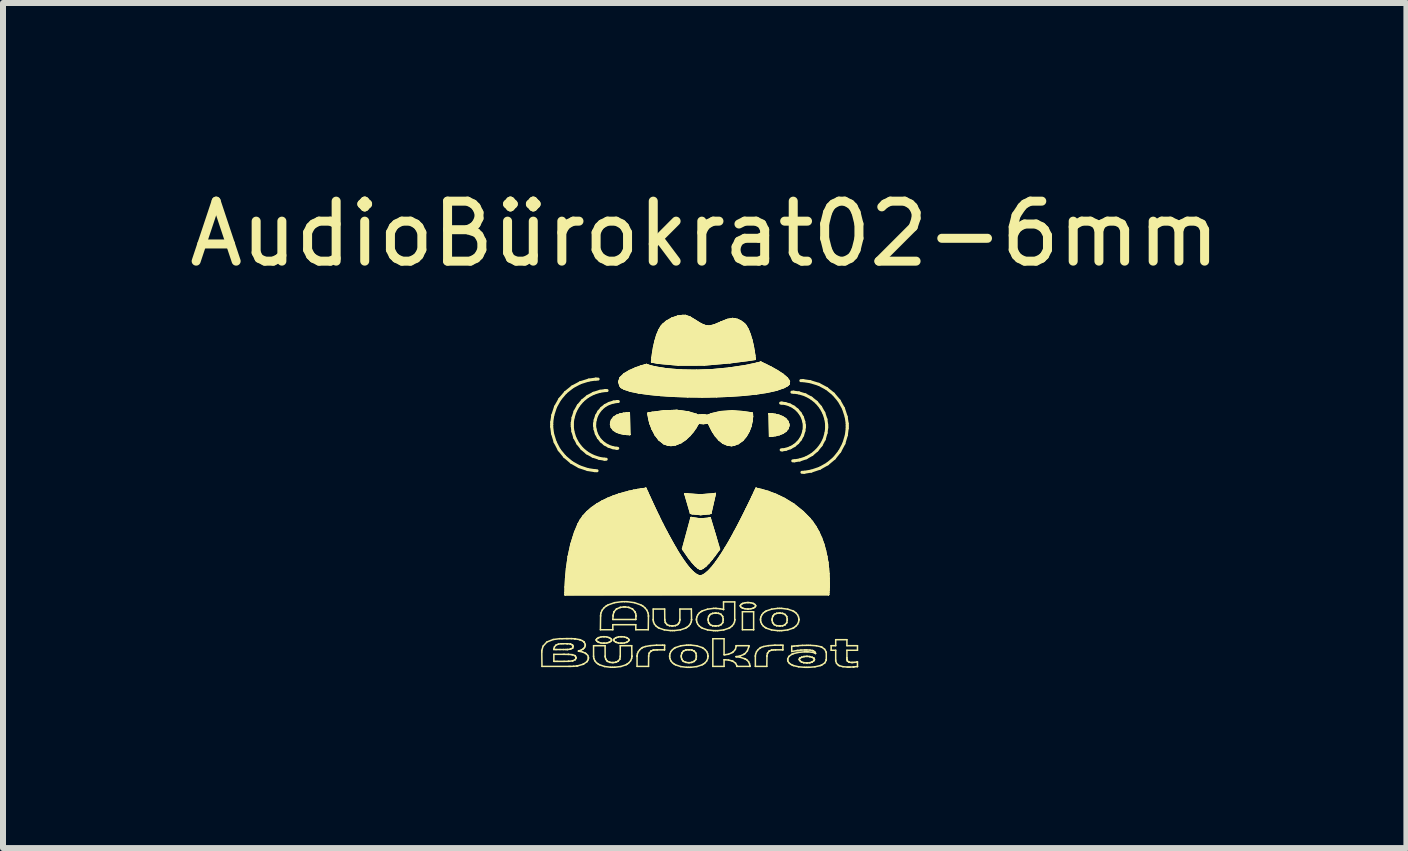
<source format=kicad_pcb>
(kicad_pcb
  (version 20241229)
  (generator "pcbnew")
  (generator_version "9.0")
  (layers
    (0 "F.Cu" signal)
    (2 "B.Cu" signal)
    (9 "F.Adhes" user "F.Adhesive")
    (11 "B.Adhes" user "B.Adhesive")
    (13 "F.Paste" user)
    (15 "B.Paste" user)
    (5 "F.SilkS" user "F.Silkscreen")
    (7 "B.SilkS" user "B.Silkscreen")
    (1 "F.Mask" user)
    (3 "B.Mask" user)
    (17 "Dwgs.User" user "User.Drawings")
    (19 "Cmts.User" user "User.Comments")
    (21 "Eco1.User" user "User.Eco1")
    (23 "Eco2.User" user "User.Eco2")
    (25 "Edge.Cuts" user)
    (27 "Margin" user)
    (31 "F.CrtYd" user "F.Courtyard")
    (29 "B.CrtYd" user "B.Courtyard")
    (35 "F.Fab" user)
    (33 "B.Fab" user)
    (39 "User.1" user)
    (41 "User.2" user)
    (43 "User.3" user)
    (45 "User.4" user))
  (footprint "AudioBürokrat02-6mm"
    (layer "F.Cu")
    (at 8.556 5.348)
    (property "Reference" "AudioBürokrat02-6mm" (at 0.14 -4.5 0) (layer "F.SilkS") (effects (font (size 1 1) (thickness 0.15))))
    (attr through_hole)
    (fp_line (start -2.575 2.469) (end -2.575 2.444) (stroke (width 0.025) (type solid)) (layer "F.SilkS"))
    (fp_line (start -2.575 2.444) (end -2.553 2.372) (stroke (width 0.025) (type solid)) (layer "F.SilkS"))
    (fp_line (start -2.572 2.71) (end -2.575 2.469) (stroke (width 0.025) (type solid)) (layer "F.SilkS"))
    (fp_line (start -2.553 2.372) (end -2.49 2.303) (stroke (width 0.025) (type solid)) (layer "F.SilkS"))
    (fp_line (start -2.49 2.303) (end -2.385 2.262) (stroke (width 0.025) (type solid)) (layer "F.SilkS"))
    (fp_line (start -2.41 -1.286) (end -2.409 -1.324) (stroke (width 0.05) (type solid)) (layer "F.SilkS"))
    (fp_line (start -2.409 -1.324) (end -2.409 -1.362) (stroke (width 0.05) (type solid)) (layer "F.SilkS"))
    (fp_line (start -2.409 -1.362) (end -2.392 -1.476) (stroke (width 0.05) (type solid)) (layer "F.SilkS"))
    (fp_line (start -2.396 -1.172) (end -2.41 -1.286) (stroke (width 0.05) (type solid)) (layer "F.SilkS"))
    (fp_line (start -2.392 -1.476) (end -2.346 -1.617) (stroke (width 0.05) (type solid)) (layer "F.SilkS"))
    (fp_line (start -2.385 2.262) (end -2.275 2.248) (stroke (width 0.025) (type solid)) (layer "F.SilkS"))
    (fp_line (start -2.374 2.419) (end -2.374 2.429) (stroke (width 0.025) (type solid)) (layer "F.SilkS"))
    (fp_line (start -2.374 2.429) (end -2.343 2.429) (stroke (width 0.025) (type solid)) (layer "F.SilkS"))
    (fp_line (start -2.374 2.509) (end -2.374 2.626) (stroke (width 0.025) (type solid)) (layer "F.SilkS"))
    (fp_line (start -2.374 2.626) (end -2.359 2.626) (stroke (width 0.025) (type solid)) (layer "F.SilkS"))
    (fp_line (start -2.365 2.387) (end -2.374 2.419) (stroke (width 0.025) (type solid)) (layer "F.SilkS"))
    (fp_line (start -2.359 2.626) (end -2.32 2.626) (stroke (width 0.025) (type solid)) (layer "F.SilkS"))
    (fp_line (start -2.353 -1.03) (end -2.396 -1.172) (stroke (width 0.05) (type solid)) (layer "F.SilkS"))
    (fp_line (start -2.346 -1.617) (end -2.274 -1.745) (stroke (width 0.05) (type solid)) (layer "F.SilkS"))
    (fp_line (start -2.343 2.429) (end -2.325 2.429) (stroke (width 0.025) (type solid)) (layer "F.SilkS"))
    (fp_line (start -2.34 2.356) (end -2.365 2.387) (stroke (width 0.025) (type solid)) (layer "F.SilkS"))
    (fp_line (start -2.325 2.429) (end -2.271 2.429) (stroke (width 0.025) (type solid)) (layer "F.SilkS"))
    (fp_line (start -2.32 2.626) (end -2.203 2.626) (stroke (width 0.025) (type solid)) (layer "F.SilkS"))
    (fp_line (start -2.298 2.338) (end -2.34 2.356) (stroke (width 0.025) (type solid)) (layer "F.SilkS"))
    (fp_line (start -2.285 -0.9) (end -2.353 -1.03) (stroke (width 0.05) (type solid)) (layer "F.SilkS"))
    (fp_line (start -2.275 2.248) (end -2.239 2.249) (stroke (width 0.025) (type solid)) (layer "F.SilkS"))
    (fp_line (start -2.274 -1.745) (end -2.18 -1.856) (stroke (width 0.05) (type solid)) (layer "F.SilkS"))
    (fp_line (start -2.271 2.429) (end -2.215 2.429) (stroke (width 0.025) (type solid)) (layer "F.SilkS"))
    (fp_line (start -2.254 2.332) (end -2.298 2.338) (stroke (width 0.025) (type solid)) (layer "F.SilkS"))
    (fp_line (start -2.239 2.249) (end -2.16 2.247) (stroke (width 0.025) (type solid)) (layer "F.SilkS"))
    (fp_line (start -2.239 2.332) (end -2.254 2.332) (stroke (width 0.025) (type solid)) (layer "F.SilkS"))
    (fp_line (start -2.218 2.332) (end -2.239 2.332) (stroke (width 0.025) (type solid)) (layer "F.SilkS"))
    (fp_line (start -2.218 2.509) (end -2.374 2.509) (stroke (width 0.025) (type solid)) (layer "F.SilkS"))
    (fp_line (start -2.215 2.429) (end -2.175 2.429) (stroke (width 0.025) (type solid)) (layer "F.SilkS"))
    (fp_line (start -2.203 2.626) (end -2.133 2.625) (stroke (width 0.025) (type solid)) (layer "F.SilkS"))
    (fp_line (start -2.198 2.509) (end -2.218 2.509) (stroke (width 0.025) (type solid)) (layer "F.SilkS"))
    (fp_line (start -2.193 -0.787) (end -2.285 -0.9) (stroke (width 0.05) (type solid)) (layer "F.SilkS"))
    (fp_line (start -2.186 1.48) (end -2.186 1.514) (stroke (width 0.025) (type solid)) (layer "F.SilkS"))
    (fp_line (start -2.186 1.48) (end -2.186 1.514) (stroke (width 0.025) (type solid)) (layer "F.SilkS"))
    (fp_line (start -2.186 1.514) (end -2.186 1.514) (stroke (width 0.025) (type solid)) (layer "F.SilkS"))
    (fp_line (start -2.186 1.514) (end -2.186 1.514) (stroke (width 0.025) (type solid)) (layer "F.SilkS"))
    (fp_line (start -2.186 1.514) (end -2.186 1.514) (stroke (width 0.025) (type solid)) (layer "F.SilkS"))
    (fp_line (start -2.186 1.514) (end -2.186 1.514) (stroke (width 0.025) (type solid)) (layer "F.SilkS"))
    (fp_line (start -2.186 1.514) (end 2.204 1.514) (stroke (width 0.025) (type solid)) (layer "F.SilkS"))
    (fp_line (start -2.186 1.514) (end 2.204 1.514) (stroke (width 0.025) (type solid)) (layer "F.SilkS"))
    (fp_line (start -2.184 1.387) (end -2.186 1.48) (stroke (width 0.025) (type solid)) (layer "F.SilkS"))
    (fp_line (start -2.184 1.387) (end -2.186 1.48) (stroke (width 0.025) (type solid)) (layer "F.SilkS"))
    (fp_line (start -2.18 -1.856) (end -2.066 -1.948) (stroke (width 0.05) (type solid)) (layer "F.SilkS"))
    (fp_line (start -2.177 1.248) (end -2.184 1.387) (stroke (width 0.025) (type solid)) (layer "F.SilkS"))
    (fp_line (start -2.177 1.248) (end -2.184 1.387) (stroke (width 0.025) (type solid)) (layer "F.SilkS"))
    (fp_line (start -2.175 2.429) (end -2.156 2.429) (stroke (width 0.025) (type solid)) (layer "F.SilkS"))
    (fp_line (start -2.161 1.075) (end -2.177 1.248) (stroke (width 0.025) (type solid)) (layer "F.SilkS"))
    (fp_line (start -2.161 1.075) (end -2.177 1.248) (stroke (width 0.025) (type solid)) (layer "F.SilkS"))
    (fp_line (start -2.16 2.247) (end -2.14 2.247) (stroke (width 0.025) (type solid)) (layer "F.SilkS"))
    (fp_line (start -2.157 2.332) (end -2.218 2.332) (stroke (width 0.025) (type solid)) (layer "F.SilkS"))
    (fp_line (start -2.156 2.429) (end -2.15 2.429) (stroke (width 0.025) (type solid)) (layer "F.SilkS"))
    (fp_line (start -2.152 2.332) (end -2.157 2.332) (stroke (width 0.025) (type solid)) (layer "F.SilkS"))
    (fp_line (start -2.15 2.429) (end -2.145 2.429) (stroke (width 0.025) (type solid)) (layer "F.SilkS"))
    (fp_line (start -2.147 2.332) (end -2.152 2.332) (stroke (width 0.025) (type solid)) (layer "F.SilkS"))
    (fp_line (start -2.145 2.429) (end -2.101 2.423) (stroke (width 0.025) (type solid)) (layer "F.SilkS"))
    (fp_line (start -2.14 2.247) (end -2.079 2.247) (stroke (width 0.025) (type solid)) (layer "F.SilkS"))
    (fp_line (start -2.139 2.51) (end -2.198 2.509) (stroke (width 0.025) (type solid)) (layer "F.SilkS"))
    (fp_line (start -2.133 0.88) (end -2.161 1.075) (stroke (width 0.025) (type solid)) (layer "F.SilkS"))
    (fp_line (start -2.133 0.88) (end -2.161 1.075) (stroke (width 0.025) (type solid)) (layer "F.SilkS"))
    (fp_line (start -2.133 2.625) (end -2.127 2.625) (stroke (width 0.025) (type solid)) (layer "F.SilkS"))
    (fp_line (start -2.132 2.51) (end -2.139 2.51) (stroke (width 0.025) (type solid)) (layer "F.SilkS"))
    (fp_line (start -2.127 2.625) (end -2.12 2.625) (stroke (width 0.025) (type solid)) (layer "F.SilkS"))
    (fp_line (start -2.125 2.51) (end -2.132 2.51) (stroke (width 0.025) (type solid)) (layer "F.SilkS"))
    (fp_line (start -2.122 2.71) (end -2.572 2.71) (stroke (width 0.025) (type solid)) (layer "F.SilkS"))
    (fp_line (start -2.12 2.625) (end -2.065 2.618) (stroke (width 0.025) (type solid)) (layer "F.SilkS"))
    (fp_line (start -2.103 2.71) (end -2.122 2.71) (stroke (width 0.025) (type solid)) (layer "F.SilkS"))
    (fp_line (start -2.101 2.337) (end -2.147 2.332) (stroke (width 0.025) (type solid)) (layer "F.SilkS"))
    (fp_line (start -2.101 2.423) (end -2.097 2.422) (stroke (width 0.025) (type solid)) (layer "F.SilkS"))
    (fp_line (start -2.097 2.338) (end -2.101 2.337) (stroke (width 0.025) (type solid)) (layer "F.SilkS"))
    (fp_line (start -2.097 2.422) (end -2.093 2.421) (stroke (width 0.025) (type solid)) (layer "F.SilkS"))
    (fp_line (start -2.093 2.339) (end -2.097 2.338) (stroke (width 0.025) (type solid)) (layer "F.SilkS"))
    (fp_line (start -2.093 2.421) (end -2.063 2.406) (stroke (width 0.025) (type solid)) (layer "F.SilkS"))
    (fp_line (start -2.089 0.675) (end -2.133 0.88) (stroke (width 0.025) (type solid)) (layer "F.SilkS"))
    (fp_line (start -2.089 0.675) (end -2.133 0.88) (stroke (width 0.025) (type solid)) (layer "F.SilkS"))
    (fp_line (start -2.081 -0.692) (end -2.193 -0.787) (stroke (width 0.05) (type solid)) (layer "F.SilkS"))
    (fp_line (start -2.079 2.247) (end -2.03 2.25) (stroke (width 0.025) (type solid)) (layer "F.SilkS"))
    (fp_line (start -2.072 2.514) (end -2.125 2.51) (stroke (width 0.025) (type solid)) (layer "F.SilkS"))
    (fp_line (start -2.068 2.515) (end -2.072 2.514) (stroke (width 0.025) (type solid)) (layer "F.SilkS"))
    (fp_line (start -2.067 -1.293) (end -2.067 -1.322) (stroke (width 0.05) (type solid)) (layer "F.SilkS"))
    (fp_line (start -2.067 -1.322) (end -2.067 -1.35) (stroke (width 0.05) (type solid)) (layer "F.SilkS"))
    (fp_line (start -2.067 -1.35) (end -2.054 -1.436) (stroke (width 0.05) (type solid)) (layer "F.SilkS"))
    (fp_line (start -2.066 -1.948) (end -1.935 -2.018) (stroke (width 0.05) (type solid)) (layer "F.SilkS"))
    (fp_line (start -2.065 2.353) (end -2.093 2.339) (stroke (width 0.025) (type solid)) (layer "F.SilkS"))
    (fp_line (start -2.065 2.618) (end -2.06 2.616) (stroke (width 0.025) (type solid)) (layer "F.SilkS"))
    (fp_line (start -2.064 2.355) (end -2.065 2.353) (stroke (width 0.025) (type solid)) (layer "F.SilkS"))
    (fp_line (start -2.063 2.406) (end -2.062 2.404) (stroke (width 0.025) (type solid)) (layer "F.SilkS"))
    (fp_line (start -2.063 2.515) (end -2.068 2.515) (stroke (width 0.025) (type solid)) (layer "F.SilkS"))
    (fp_line (start -2.062 2.356) (end -2.064 2.355) (stroke (width 0.025) (type solid)) (layer "F.SilkS"))
    (fp_line (start -2.062 2.404) (end -2.061 2.402) (stroke (width 0.025) (type solid)) (layer "F.SilkS"))
    (fp_line (start -2.061 2.402) (end -2.054 2.383) (stroke (width 0.025) (type solid)) (layer "F.SilkS"))
    (fp_line (start -2.06 2.616) (end -2.055 2.615) (stroke (width 0.025) (type solid)) (layer "F.SilkS"))
    (fp_line (start -2.057 -1.208) (end -2.067 -1.293) (stroke (width 0.05) (type solid)) (layer "F.SilkS"))
    (fp_line (start -2.055 2.615) (end -2.019 2.598) (stroke (width 0.025) (type solid)) (layer "F.SilkS"))
    (fp_line (start -2.054 -1.436) (end -2.02 -1.541) (stroke (width 0.05) (type solid)) (layer "F.SilkS"))
    (fp_line (start -2.054 2.372) (end -2.062 2.356) (stroke (width 0.025) (type solid)) (layer "F.SilkS"))
    (fp_line (start -2.054 2.377) (end -2.054 2.372) (stroke (width 0.025) (type solid)) (layer "F.SilkS"))
    (fp_line (start -2.054 2.377) (end -2.054 2.377) (stroke (width 0.025) (type solid)) (layer "F.SilkS"))
    (fp_line (start -2.054 2.383) (end -2.054 2.377) (stroke (width 0.025) (type solid)) (layer "F.SilkS"))
    (fp_line (start -2.046 2.708) (end -2.103 2.71) (stroke (width 0.025) (type solid)) (layer "F.SilkS"))
    (fp_line (start -2.03 2.25) (end -2.023 2.25) (stroke (width 0.025) (type solid)) (layer "F.SilkS"))
    (fp_line (start -2.026 0.474) (end -2.089 0.675) (stroke (width 0.025) (type solid)) (layer "F.SilkS"))
    (fp_line (start -2.026 0.474) (end -2.089 0.675) (stroke (width 0.025) (type solid)) (layer "F.SilkS"))
    (fp_line (start -2.025 -1.101) (end -2.057 -1.208) (stroke (width 0.05) (type solid)) (layer "F.SilkS"))
    (fp_line (start -2.023 2.25) (end -2.016 2.251) (stroke (width 0.025) (type solid)) (layer "F.SilkS"))
    (fp_line (start -2.022 2.53) (end -2.063 2.515) (stroke (width 0.025) (type solid)) (layer "F.SilkS"))
    (fp_line (start -2.02 2.532) (end -2.022 2.53) (stroke (width 0.025) (type solid)) (layer "F.SilkS"))
    (fp_line (start -2.02 -1.541) (end -1.966 -1.637) (stroke (width 0.05) (type solid)) (layer "F.SilkS"))
    (fp_line (start -2.019 2.598) (end -2.017 2.596) (stroke (width 0.025) (type solid)) (layer "F.SilkS"))
    (fp_line (start -2.017 2.534) (end -2.02 2.532) (stroke (width 0.025) (type solid)) (layer "F.SilkS"))
    (fp_line (start -2.017 2.596) (end -2.015 2.594) (stroke (width 0.025) (type solid)) (layer "F.SilkS"))
    (fp_line (start -2.016 2.251) (end -1.945 2.264) (stroke (width 0.025) (type solid)) (layer "F.SilkS"))
    (fp_line (start -2.015 2.594) (end -2.005 2.573) (stroke (width 0.025) (type solid)) (layer "F.SilkS"))
    (fp_line (start -2.005 2.558) (end -2.017 2.534) (stroke (width 0.025) (type solid)) (layer "F.SilkS"))
    (fp_line (start -2.005 2.566) (end -2.005 2.558) (stroke (width 0.025) (type solid)) (layer "F.SilkS"))
    (fp_line (start -2.005 2.566) (end -2.005 2.566) (stroke (width 0.025) (type solid)) (layer "F.SilkS"))
    (fp_line (start -2.005 2.573) (end -2.005 2.566) (stroke (width 0.025) (type solid)) (layer "F.SilkS"))
    (fp_line (start -1.993 2.703) (end -2.046 2.708) (stroke (width 0.025) (type solid)) (layer "F.SilkS"))
    (fp_line (start -1.984 2.702) (end -1.993 2.703) (stroke (width 0.025) (type solid)) (layer "F.SilkS"))
    (fp_line (start -1.975 2.7) (end -1.984 2.702) (stroke (width 0.025) (type solid)) (layer "F.SilkS"))
    (fp_line (start -1.973 -1.004) (end -2.025 -1.101) (stroke (width 0.05) (type solid)) (layer "F.SilkS"))
    (fp_line (start -1.966 0.332) (end -2.026 0.474) (stroke (width 0.025) (type solid)) (layer "F.SilkS"))
    (fp_line (start -1.966 0.332) (end -2.026 0.474) (stroke (width 0.025) (type solid)) (layer "F.SilkS"))
    (fp_line (start -1.966 -1.637) (end -1.895 -1.721) (stroke (width 0.05) (type solid)) (layer "F.SilkS"))
    (fp_line (start -1.963 2.453) (end -1.963 2.456) (stroke (width 0.025) (type solid)) (layer "F.SilkS"))
    (fp_line (start -1.963 2.456) (end -1.951 2.458) (stroke (width 0.025) (type solid)) (layer "F.SilkS"))
    (fp_line (start -1.954 2.451) (end -1.963 2.453) (stroke (width 0.025) (type solid)) (layer "F.SilkS"))
    (fp_line (start -1.952 -0.619) (end -2.081 -0.692) (stroke (width 0.05) (type solid)) (layer "F.SilkS"))
    (fp_line (start -1.951 2.458) (end -1.895 2.47) (stroke (width 0.025) (type solid)) (layer "F.SilkS"))
    (fp_line (start -1.945 2.264) (end -1.938 2.266) (stroke (width 0.025) (type solid)) (layer "F.SilkS"))
    (fp_line (start -1.941 0.288) (end -1.966 0.332) (stroke (width 0.025) (type solid)) (layer "F.SilkS"))
    (fp_line (start -1.941 0.288) (end -1.966 0.332) (stroke (width 0.025) (type solid)) (layer "F.SilkS"))
    (fp_line (start -1.938 2.266) (end -1.93 2.269) (stroke (width 0.025) (type solid)) (layer "F.SilkS"))
    (fp_line (start -1.935 -2.018) (end -1.791 -2.063) (stroke (width 0.05) (type solid)) (layer "F.SilkS"))
    (fp_line (start -1.93 2.269) (end -1.899 2.282) (stroke (width 0.025) (type solid)) (layer "F.SilkS"))
    (fp_line (start -1.929 0.266) (end -1.941 0.288) (stroke (width 0.025) (type solid)) (layer "F.SilkS"))
    (fp_line (start -1.929 0.266) (end -1.941 0.288) (stroke (width 0.025) (type solid)) (layer "F.SilkS"))
    (fp_line (start -1.915 2.436) (end -1.954 2.451) (stroke (width 0.025) (type solid)) (layer "F.SilkS"))
    (fp_line (start -1.905 -0.919) (end -1.973 -1.004) (stroke (width 0.05) (type solid)) (layer "F.SilkS"))
    (fp_line (start -1.899 2.282) (end -1.875 2.299) (stroke (width 0.025) (type solid)) (layer "F.SilkS"))
    (fp_line (start -1.895 2.47) (end -1.85 2.489) (stroke (width 0.025) (type solid)) (layer "F.SilkS"))
    (fp_line (start -1.895 -1.721) (end -1.81 -1.79) (stroke (width 0.05) (type solid)) (layer "F.SilkS"))
    (fp_line (start -1.891 2.676) (end -1.975 2.7) (stroke (width 0.025) (type solid)) (layer "F.SilkS"))
    (fp_line (start -1.886 0.205) (end -1.929 0.266) (stroke (width 0.025) (type solid)) (layer "F.SilkS"))
    (fp_line (start -1.886 0.205) (end -1.929 0.266) (stroke (width 0.025) (type solid)) (layer "F.SilkS"))
    (fp_line (start -1.885 2.418) (end -1.915 2.436) (stroke (width 0.025) (type solid)) (layer "F.SilkS"))
    (fp_line (start -1.883 2.673) (end -1.891 2.676) (stroke (width 0.025) (type solid)) (layer "F.SilkS"))
    (fp_line (start -1.88 2.413) (end -1.885 2.418) (stroke (width 0.025) (type solid)) (layer "F.SilkS"))
    (fp_line (start -1.877 2.67) (end -1.883 2.673) (stroke (width 0.025) (type solid)) (layer "F.SilkS"))
    (fp_line (start -1.875 2.299) (end -1.872 2.303) (stroke (width 0.025) (type solid)) (layer "F.SilkS"))
    (fp_line (start -1.875 2.409) (end -1.88 2.413) (stroke (width 0.025) (type solid)) (layer "F.SilkS"))
    (fp_line (start -1.872 2.303) (end -1.868 2.307) (stroke (width 0.025) (type solid)) (layer "F.SilkS"))
    (fp_line (start -1.868 2.307) (end -1.85 2.343) (stroke (width 0.025) (type solid)) (layer "F.SilkS"))
    (fp_line (start -1.858 2.386) (end -1.875 2.409) (stroke (width 0.025) (type solid)) (layer "F.SilkS"))
    (fp_line (start -1.85 2.489) (end -1.843 2.494) (stroke (width 0.025) (type solid)) (layer "F.SilkS"))
    (fp_line (start -1.85 2.343) (end -1.85 2.355) (stroke (width 0.025) (type solid)) (layer "F.SilkS"))
    (fp_line (start -1.85 2.355) (end -1.85 2.362) (stroke (width 0.025) (type solid)) (layer "F.SilkS"))
    (fp_line (start -1.85 2.362) (end -1.858 2.386) (stroke (width 0.025) (type solid)) (layer "F.SilkS"))
    (fp_line (start -1.843 2.494) (end -1.835 2.499) (stroke (width 0.025) (type solid)) (layer "F.SilkS"))
    (fp_line (start -1.835 2.499) (end -1.809 2.527) (stroke (width 0.025) (type solid)) (layer "F.SilkS"))
    (fp_line (start -1.825 2.633) (end -1.877 2.67) (stroke (width 0.025) (type solid)) (layer "F.SilkS"))
    (fp_line (start -1.821 2.628) (end -1.825 2.633) (stroke (width 0.025) (type solid)) (layer "F.SilkS"))
    (fp_line (start -1.821 -0.848) (end -1.905 -0.919) (stroke (width 0.05) (type solid)) (layer "F.SilkS"))
    (fp_line (start -1.819 0.131) (end -1.886 0.205) (stroke (width 0.025) (type solid)) (layer "F.SilkS"))
    (fp_line (start -1.819 0.131) (end -1.886 0.205) (stroke (width 0.025) (type solid)) (layer "F.SilkS"))
    (fp_line (start -1.817 2.624) (end -1.821 2.628) (stroke (width 0.025) (type solid)) (layer "F.SilkS"))
    (fp_line (start -1.81 -1.79) (end -1.712 -1.842) (stroke (width 0.05) (type solid)) (layer "F.SilkS"))
    (fp_line (start -1.809 2.527) (end -1.798 2.558) (stroke (width 0.025) (type solid)) (layer "F.SilkS"))
    (fp_line (start -1.809 -0.571) (end -1.952 -0.619) (stroke (width 0.05) (type solid)) (layer "F.SilkS"))
    (fp_line (start -1.804 2.6) (end -1.817 2.624) (stroke (width 0.025) (type solid)) (layer "F.SilkS"))
    (fp_line (start -1.798 2.558) (end -1.798 2.569) (stroke (width 0.025) (type solid)) (layer "F.SilkS"))
    (fp_line (start -1.798 2.569) (end -1.798 2.569) (stroke (width 0.025) (type solid)) (layer "F.SilkS"))
    (fp_line (start -1.798 2.569) (end -1.798 2.576) (stroke (width 0.025) (type solid)) (layer "F.SilkS"))
    (fp_line (start -1.798 2.576) (end -1.804 2.6) (stroke (width 0.025) (type solid)) (layer "F.SilkS"))
    (fp_line (start -1.791 -2.063) (end -1.675 -2.079) (stroke (width 0.05) (type solid)) (layer "F.SilkS"))
    (fp_line (start -1.743 0.065) (end -1.819 0.131) (stroke (width 0.025) (type solid)) (layer "F.SilkS"))
    (fp_line (start -1.743 0.065) (end -1.819 0.131) (stroke (width 0.025) (type solid)) (layer "F.SilkS"))
    (fp_line (start -1.724 -0.794) (end -1.821 -0.848) (stroke (width 0.05) (type solid)) (layer "F.SilkS"))
    (fp_line (start -1.712 2.365) (end -1.52 2.365) (stroke (width 0.025) (type solid)) (layer "F.SilkS"))
    (fp_line (start -1.712 2.538) (end -1.712 2.365) (stroke (width 0.025) (type solid)) (layer "F.SilkS"))
    (fp_line (start -1.712 2.549) (end -1.712 2.538) (stroke (width 0.025) (type solid)) (layer "F.SilkS"))
    (fp_line (start -1.712 -1.842) (end -1.604 -1.876) (stroke (width 0.05) (type solid)) (layer "F.SilkS"))
    (fp_line (start -1.706 2.58) (end -1.712 2.549) (stroke (width 0.025) (type solid)) (layer "F.SilkS"))
    (fp_line (start -1.695 -1.3) (end -1.694 -1.32) (stroke (width 0.05) (type solid)) (layer "F.SilkS"))
    (fp_line (start -1.694 -1.32) (end -1.694 -1.339) (stroke (width 0.05) (type solid)) (layer "F.SilkS"))
    (fp_line (start -1.694 -1.339) (end -1.685 -1.397) (stroke (width 0.05) (type solid)) (layer "F.SilkS"))
    (fp_line (start -1.693 -0.553) (end -1.809 -0.571) (stroke (width 0.05) (type solid)) (layer "F.SilkS"))
    (fp_line (start -1.691 2.616) (end -1.706 2.58) (stroke (width 0.025) (type solid)) (layer "F.SilkS"))
    (fp_line (start -1.687 -1.242) (end -1.695 -1.3) (stroke (width 0.05) (type solid)) (layer "F.SilkS"))
    (fp_line (start -1.685 -1.397) (end -1.662 -1.469) (stroke (width 0.05) (type solid)) (layer "F.SilkS"))
    (fp_line (start -1.675 -2.079) (end -1.636 -2.079) (stroke (width 0.05) (type solid)) (layer "F.SilkS"))
    (fp_line (start -1.666 2.264) (end -1.657 2.249) (stroke (width 0.025) (type solid)) (layer "F.SilkS"))
    (fp_line (start -1.666 2.269) (end -1.666 2.264) (stroke (width 0.025) (type solid)) (layer "F.SilkS"))
    (fp_line (start -1.666 2.269) (end -1.666 2.269) (stroke (width 0.025) (type solid)) (layer "F.SilkS"))
    (fp_line (start -1.666 2.275) (end -1.666 2.269) (stroke (width 0.025) (type solid)) (layer "F.SilkS"))
    (fp_line (start -1.666 -1.169) (end -1.687 -1.242) (stroke (width 0.05) (type solid)) (layer "F.SilkS"))
    (fp_line (start -1.664 2.648) (end -1.691 2.616) (stroke (width 0.025) (type solid)) (layer "F.SilkS"))
    (fp_line (start -1.662 -1.469) (end -1.625 -1.535) (stroke (width 0.05) (type solid)) (layer "F.SilkS"))
    (fp_line (start -1.659 0.007) (end -1.743 0.065) (stroke (width 0.025) (type solid)) (layer "F.SilkS"))
    (fp_line (start -1.659 0.007) (end -1.743 0.065) (stroke (width 0.025) (type solid)) (layer "F.SilkS"))
    (fp_line (start -1.657 2.249) (end -1.635 2.234) (stroke (width 0.025) (type solid)) (layer "F.SilkS"))
    (fp_line (start -1.657 2.29) (end -1.666 2.275) (stroke (width 0.025) (type solid)) (layer "F.SilkS"))
    (fp_line (start -1.654 -0.551) (end -1.693 -0.553) (stroke (width 0.05) (type solid)) (layer "F.SilkS"))
    (fp_line (start -1.637 2.669) (end -1.664 2.648) (stroke (width 0.025) (type solid)) (layer "F.SilkS"))
    (fp_line (start -1.635 2.234) (end -1.629 2.232) (stroke (width 0.025) (type solid)) (layer "F.SilkS"))
    (fp_line (start -1.635 2.305) (end -1.657 2.29) (stroke (width 0.025) (type solid)) (layer "F.SilkS"))
    (fp_line (start -1.631 -1.103) (end -1.666 -1.169) (stroke (width 0.05) (type solid)) (layer "F.SilkS"))
    (fp_line (start -1.629 2.232) (end -1.623 2.229) (stroke (width 0.025) (type solid)) (layer "F.SilkS"))
    (fp_line (start -1.629 2.308) (end -1.635 2.305) (stroke (width 0.025) (type solid)) (layer "F.SilkS"))
    (fp_line (start -1.627 2.675) (end -1.637 2.669) (stroke (width 0.025) (type solid)) (layer "F.SilkS"))
    (fp_line (start -1.625 -1.535) (end -1.577 -1.592) (stroke (width 0.05) (type solid)) (layer "F.SilkS"))
    (fp_line (start -1.623 2.229) (end -1.588 2.219) (stroke (width 0.025) (type solid)) (layer "F.SilkS"))
    (fp_line (start -1.623 2.31) (end -1.629 2.308) (stroke (width 0.025) (type solid)) (layer "F.SilkS"))
    (fp_line (start -1.617 -0.758) (end -1.724 -0.794) (stroke (width 0.05) (type solid)) (layer "F.SilkS"))
    (fp_line (start -1.613 2.683) (end -1.627 2.675) (stroke (width 0.025) (type solid)) (layer "F.SilkS"))
    (fp_line (start -1.604 -1.876) (end -1.516 -1.888) (stroke (width 0.05) (type solid)) (layer "F.SilkS"))
    (fp_line (start -1.598 2.099) (end -1.595 1.873) (stroke (width 0.025) (type solid)) (layer "F.SilkS"))
    (fp_line (start -1.595 1.86) (end -1.589 1.82) (stroke (width 0.025) (type solid)) (layer "F.SilkS"))
    (fp_line (start -1.595 1.873) (end -1.595 1.86) (stroke (width 0.025) (type solid)) (layer "F.SilkS"))
    (fp_line (start -1.589 1.82) (end -1.569 1.773) (stroke (width 0.025) (type solid)) (layer "F.SilkS"))
    (fp_line (start -1.588 2.219) (end -1.551 2.215) (stroke (width 0.025) (type solid)) (layer "F.SilkS"))
    (fp_line (start -1.588 2.32) (end -1.623 2.31) (stroke (width 0.025) (type solid)) (layer "F.SilkS"))
    (fp_line (start -1.584 -1.045) (end -1.631 -1.103) (stroke (width 0.05) (type solid)) (layer "F.SilkS"))
    (fp_line (start -1.577 -1.592) (end -1.519 -1.639) (stroke (width 0.05) (type solid)) (layer "F.SilkS"))
    (fp_line (start -1.57 -0.044) (end -1.659 0.007) (stroke (width 0.025) (type solid)) (layer "F.SilkS"))
    (fp_line (start -1.57 -0.044) (end -1.659 0.007) (stroke (width 0.025) (type solid)) (layer "F.SilkS"))
    (fp_line (start -1.569 1.773) (end -1.536 1.732) (stroke (width 0.025) (type solid)) (layer "F.SilkS"))
    (fp_line (start -1.551 2.215) (end -1.539 2.215) (stroke (width 0.025) (type solid)) (layer "F.SilkS"))
    (fp_line (start -1.551 2.323) (end -1.588 2.32) (stroke (width 0.025) (type solid)) (layer "F.SilkS"))
    (fp_line (start -1.539 2.215) (end -1.527 2.215) (stroke (width 0.025) (type solid)) (layer "F.SilkS"))
    (fp_line (start -1.539 2.323) (end -1.551 2.323) (stroke (width 0.025) (type solid)) (layer "F.SilkS"))
    (fp_line (start -1.536 1.732) (end -1.502 1.704) (stroke (width 0.025) (type solid)) (layer "F.SilkS"))
    (fp_line (start -1.53 -0.744) (end -1.617 -0.758) (stroke (width 0.05) (type solid)) (layer "F.SilkS"))
    (fp_line (start -1.527 2.215) (end -1.491 2.219) (stroke (width 0.025) (type solid)) (layer "F.SilkS"))
    (fp_line (start -1.527 2.323) (end -1.539 2.323) (stroke (width 0.025) (type solid)) (layer "F.SilkS"))
    (fp_line (start -1.527 2.712) (end -1.613 2.683) (stroke (width 0.025) (type solid)) (layer "F.SilkS"))
    (fp_line (start -1.527 -0.997) (end -1.584 -1.045) (stroke (width 0.05) (type solid)) (layer "F.SilkS"))
    (fp_line (start -1.52 2.365) (end -1.519 2.537) (stroke (width 0.025) (type solid)) (layer "F.SilkS"))
    (fp_line (start -1.519 -1.639) (end -1.452 -1.674) (stroke (width 0.05) (type solid)) (layer "F.SilkS"))
    (fp_line (start -1.519 2.537) (end -1.519 2.551) (stroke (width 0.025) (type solid)) (layer "F.SilkS"))
    (fp_line (start -1.519 2.551) (end -1.51 2.587) (stroke (width 0.025) (type solid)) (layer "F.SilkS"))
    (fp_line (start -1.516 -1.888) (end -1.487 -1.888) (stroke (width 0.05) (type solid)) (layer "F.SilkS"))
    (fp_line (start -1.51 2.587) (end -1.508 2.591) (stroke (width 0.025) (type solid)) (layer "F.SilkS"))
    (fp_line (start -1.508 2.591) (end -1.506 2.594) (stroke (width 0.025) (type solid)) (layer "F.SilkS"))
    (fp_line (start -1.506 2.594) (end -1.484 2.623) (stroke (width 0.025) (type solid)) (layer "F.SilkS"))
    (fp_line (start -1.502 1.704) (end -1.489 1.697) (stroke (width 0.025) (type solid)) (layer "F.SilkS"))
    (fp_line (start -1.501 -0.743) (end -1.53 -0.744) (stroke (width 0.05) (type solid)) (layer "F.SilkS"))
    (fp_line (start -1.491 2.219) (end -1.456 2.229) (stroke (width 0.025) (type solid)) (layer "F.SilkS"))
    (fp_line (start -1.491 2.32) (end -1.527 2.323) (stroke (width 0.025) (type solid)) (layer "F.SilkS"))
    (fp_line (start -1.489 1.697) (end -1.472 1.686) (stroke (width 0.025) (type solid)) (layer "F.SilkS"))
    (fp_line (start -1.484 2.623) (end -1.481 2.625) (stroke (width 0.025) (type solid)) (layer "F.SilkS"))
    (fp_line (start -1.481 2.625) (end -1.478 2.627) (stroke (width 0.025) (type solid)) (layer "F.SilkS"))
    (fp_line (start -1.478 -0.089) (end -1.57 -0.044) (stroke (width 0.025) (type solid)) (layer "F.SilkS"))
    (fp_line (start -1.478 -0.089) (end -1.57 -0.044) (stroke (width 0.025) (type solid)) (layer "F.SilkS"))
    (fp_line (start -1.478 2.627) (end -1.444 2.641) (stroke (width 0.025) (type solid)) (layer "F.SilkS"))
    (fp_line (start -1.472 1.686) (end -1.363 1.648) (stroke (width 0.025) (type solid)) (layer "F.SilkS"))
    (fp_line (start -1.461 -0.96) (end -1.527 -0.997) (stroke (width 0.05) (type solid)) (layer "F.SilkS"))
    (fp_line (start -1.456 2.229) (end -1.45 2.232) (stroke (width 0.025) (type solid)) (layer "F.SilkS"))
    (fp_line (start -1.456 2.31) (end -1.491 2.32) (stroke (width 0.025) (type solid)) (layer "F.SilkS"))
    (fp_line (start -1.452 -1.674) (end -1.378 -1.697) (stroke (width 0.05) (type solid)) (layer "F.SilkS"))
    (fp_line (start -1.45 2.232) (end -1.444 2.234) (stroke (width 0.025) (type solid)) (layer "F.SilkS"))
    (fp_line (start -1.45 2.308) (end -1.456 2.31) (stroke (width 0.025) (type solid)) (layer "F.SilkS"))
    (fp_line (start -1.444 2.641) (end -1.441 2.642) (stroke (width 0.025) (type solid)) (layer "F.SilkS"))
    (fp_line (start -1.444 2.234) (end -1.422 2.249) (stroke (width 0.025) (type solid)) (layer "F.SilkS"))
    (fp_line (start -1.444 2.305) (end -1.45 2.308) (stroke (width 0.025) (type solid)) (layer "F.SilkS"))
    (fp_line (start -1.441 2.642) (end -1.437 2.643) (stroke (width 0.025) (type solid)) (layer "F.SilkS"))
    (fp_line (start -1.437 2.643) (end -1.404 2.646) (stroke (width 0.025) (type solid)) (layer "F.SilkS"))
    (fp_line (start -1.427 -1.32) (end -1.426 -1.335) (stroke (width 0.025) (type solid)) (layer "F.SilkS"))
    (fp_line (start -1.427 -1.32) (end -1.426 -1.335) (stroke (width 0.025) (type solid)) (layer "F.SilkS"))
    (fp_line (start -1.426 2.724) (end -1.527 2.712) (stroke (width 0.025) (type solid)) (layer "F.SilkS"))
    (fp_line (start -1.426 -1.335) (end -1.426 -1.351) (stroke (width 0.025) (type solid)) (layer "F.SilkS"))
    (fp_line (start -1.426 -1.335) (end -1.426 -1.351) (stroke (width 0.025) (type solid)) (layer "F.SilkS"))
    (fp_line (start -1.426 -1.351) (end -1.411 -1.397) (stroke (width 0.025) (type solid)) (layer "F.SilkS"))
    (fp_line (start -1.426 -1.351) (end -1.411 -1.397) (stroke (width 0.025) (type solid)) (layer "F.SilkS"))
    (fp_line (start -1.422 2.249) (end -1.412 2.264) (stroke (width 0.025) (type solid)) (layer "F.SilkS"))
    (fp_line (start -1.422 2.29) (end -1.444 2.305) (stroke (width 0.025) (type solid)) (layer "F.SilkS"))
    (fp_line (start -1.414 -1.274) (end -1.427 -1.32) (stroke (width 0.025) (type solid)) (layer "F.SilkS"))
    (fp_line (start -1.414 -1.274) (end -1.427 -1.32) (stroke (width 0.025) (type solid)) (layer "F.SilkS"))
    (fp_line (start -1.412 2.264) (end -1.412 2.269) (stroke (width 0.025) (type solid)) (layer "F.SilkS"))
    (fp_line (start -1.412 2.269) (end -1.412 2.275) (stroke (width 0.025) (type solid)) (layer "F.SilkS"))
    (fp_line (start -1.412 2.275) (end -1.422 2.29) (stroke (width 0.025) (type solid)) (layer "F.SilkS"))
    (fp_line (start -1.411 -1.397) (end -1.375 -1.442) (stroke (width 0.025) (type solid)) (layer "F.SilkS"))
    (fp_line (start -1.411 -1.397) (end -1.375 -1.442) (stroke (width 0.025) (type solid)) (layer "F.SilkS"))
    (fp_line (start -1.404 2.646) (end -1.393 2.646) (stroke (width 0.025) (type solid)) (layer "F.SilkS"))
    (fp_line (start -1.393 2.646) (end -1.38 2.646) (stroke (width 0.025) (type solid)) (layer "F.SilkS"))
    (fp_line (start -1.393 2.724) (end -1.426 2.724) (stroke (width 0.025) (type solid)) (layer "F.SilkS"))
    (fp_line (start -1.391 1.928) (end -1.008 1.928) (stroke (width 0.025) (type solid)) (layer "F.SilkS"))
    (fp_line (start -1.391 2.015) (end -1.391 2.099) (stroke (width 0.025) (type solid)) (layer "F.SilkS"))
    (fp_line (start -1.391 2.099) (end -1.598 2.099) (stroke (width 0.025) (type solid)) (layer "F.SilkS"))
    (fp_line (start -1.388 -0.935) (end -1.461 -0.96) (stroke (width 0.05) (type solid)) (layer "F.SilkS"))
    (fp_line (start -1.387 1.857) (end -1.387 1.873) (stroke (width 0.025) (type solid)) (layer "F.SilkS"))
    (fp_line (start -1.387 1.873) (end -1.391 1.928) (stroke (width 0.025) (type solid)) (layer "F.SilkS"))
    (fp_line (start -1.385 -0.127) (end -1.478 -0.089) (stroke (width 0.025) (type solid)) (layer "F.SilkS"))
    (fp_line (start -1.385 -0.127) (end -1.478 -0.089) (stroke (width 0.025) (type solid)) (layer "F.SilkS"))
    (fp_line (start -1.38 2.646) (end -1.346 2.642) (stroke (width 0.025) (type solid)) (layer "F.SilkS"))
    (fp_line (start -1.379 -1.229) (end -1.414 -1.274) (stroke (width 0.025) (type solid)) (layer "F.SilkS"))
    (fp_line (start -1.379 -1.229) (end -1.414 -1.274) (stroke (width 0.025) (type solid)) (layer "F.SilkS"))
    (fp_line (start -1.378 -1.697) (end -1.319 -1.705) (stroke (width 0.05) (type solid)) (layer "F.SilkS"))
    (fp_line (start -1.375 -1.442) (end -1.326 -1.474) (stroke (width 0.025) (type solid)) (layer "F.SilkS"))
    (fp_line (start -1.375 -1.442) (end -1.326 -1.474) (stroke (width 0.025) (type solid)) (layer "F.SilkS"))
    (fp_line (start -1.375 2.264) (end -1.366 2.249) (stroke (width 0.025) (type solid)) (layer "F.SilkS"))
    (fp_line (start -1.375 2.269) (end -1.375 2.264) (stroke (width 0.025) (type solid)) (layer "F.SilkS"))
    (fp_line (start -1.375 2.269) (end -1.375 2.269) (stroke (width 0.025) (type solid)) (layer "F.SilkS"))
    (fp_line (start -1.375 2.275) (end -1.375 2.269) (stroke (width 0.025) (type solid)) (layer "F.SilkS"))
    (fp_line (start -1.374 1.807) (end -1.387 1.857) (stroke (width 0.025) (type solid)) (layer "F.SilkS"))
    (fp_line (start -1.371 1.802) (end -1.374 1.807) (stroke (width 0.025) (type solid)) (layer "F.SilkS"))
    (fp_line (start -1.369 1.797) (end -1.371 1.802) (stroke (width 0.025) (type solid)) (layer "F.SilkS"))
    (fp_line (start -1.366 2.249) (end -1.344 2.234) (stroke (width 0.025) (type solid)) (layer "F.SilkS"))
    (fp_line (start -1.366 2.29) (end -1.375 2.275) (stroke (width 0.025) (type solid)) (layer "F.SilkS"))
    (fp_line (start -1.363 1.648) (end -1.238 1.631) (stroke (width 0.025) (type solid)) (layer "F.SilkS"))
    (fp_line (start -1.359 2.724) (end -1.393 2.724) (stroke (width 0.025) (type solid)) (layer "F.SilkS"))
    (fp_line (start -1.346 2.642) (end -1.342 2.641) (stroke (width 0.025) (type solid)) (layer "F.SilkS"))
    (fp_line (start -1.344 2.234) (end -1.338 2.232) (stroke (width 0.025) (type solid)) (layer "F.SilkS"))
    (fp_line (start -1.344 2.305) (end -1.366 2.29) (stroke (width 0.025) (type solid)) (layer "F.SilkS"))
    (fp_line (start -1.342 2.641) (end -1.338 2.64) (stroke (width 0.025) (type solid)) (layer "F.SilkS"))
    (fp_line (start -1.338 2.64) (end -1.305 2.625) (stroke (width 0.025) (type solid)) (layer "F.SilkS"))
    (fp_line (start -1.338 2.232) (end -1.332 2.229) (stroke (width 0.025) (type solid)) (layer "F.SilkS"))
    (fp_line (start -1.338 2.308) (end -1.344 2.305) (stroke (width 0.025) (type solid)) (layer "F.SilkS"))
    (fp_line (start -1.334 1.757) (end -1.369 1.797) (stroke (width 0.025) (type solid)) (layer "F.SilkS"))
    (fp_line (start -1.332 2.229) (end -1.297 2.219) (stroke (width 0.025) (type solid)) (layer "F.SilkS"))
    (fp_line (start -1.332 2.31) (end -1.338 2.308) (stroke (width 0.025) (type solid)) (layer "F.SilkS"))
    (fp_line (start -1.329 1.755) (end -1.334 1.757) (stroke (width 0.025) (type solid)) (layer "F.SilkS"))
    (fp_line (start -1.328 -0.926) (end -1.388 -0.935) (stroke (width 0.05) (type solid)) (layer "F.SilkS"))
    (fp_line (start -1.328 -1.197) (end -1.379 -1.229) (stroke (width 0.025) (type solid)) (layer "F.SilkS"))
    (fp_line (start -1.328 -1.197) (end -1.379 -1.229) (stroke (width 0.025) (type solid)) (layer "F.SilkS"))
    (fp_line (start -1.326 -1.474) (end -1.269 -1.495) (stroke (width 0.025) (type solid)) (layer "F.SilkS"))
    (fp_line (start -1.326 -1.474) (end -1.269 -1.495) (stroke (width 0.025) (type solid)) (layer "F.SilkS"))
    (fp_line (start -1.325 1.751) (end -1.329 1.755) (stroke (width 0.025) (type solid)) (layer "F.SilkS"))
    (fp_line (start -1.319 -1.705) (end -1.299 -1.705) (stroke (width 0.05) (type solid)) (layer "F.SilkS"))
    (fp_line (start -1.309 -0.925) (end -1.328 -0.926) (stroke (width 0.05) (type solid)) (layer "F.SilkS"))
    (fp_line (start -1.305 2.625) (end -1.302 2.623) (stroke (width 0.025) (type solid)) (layer "F.SilkS"))
    (fp_line (start -1.302 2.623) (end -1.3 2.62) (stroke (width 0.025) (type solid)) (layer "F.SilkS"))
    (fp_line (start -1.3 2.62) (end -1.278 2.593) (stroke (width 0.025) (type solid)) (layer "F.SilkS"))
    (fp_line (start -1.297 2.219) (end -1.261 2.215) (stroke (width 0.025) (type solid)) (layer "F.SilkS"))
    (fp_line (start -1.297 2.32) (end -1.332 2.31) (stroke (width 0.025) (type solid)) (layer "F.SilkS"))
    (fp_line (start -1.293 -0.159) (end -1.385 -0.127) (stroke (width 0.025) (type solid)) (layer "F.SilkS"))
    (fp_line (start -1.293 -0.159) (end -1.385 -0.127) (stroke (width 0.025) (type solid)) (layer "F.SilkS"))
    (fp_line (start -1.291 -2.031) (end -1.271 -1.968) (stroke (width 0.025) (type solid)) (layer "F.SilkS"))
    (fp_line (start -1.291 -2.031) (end -1.271 -1.968) (stroke (width 0.025) (type solid)) (layer "F.SilkS"))
    (fp_line (start -1.278 2.593) (end -1.276 2.589) (stroke (width 0.025) (type solid)) (layer "F.SilkS"))
    (fp_line (start -1.276 2.589) (end -1.275 2.586) (stroke (width 0.025) (type solid)) (layer "F.SilkS"))
    (fp_line (start -1.275 2.586) (end -1.267 2.549) (stroke (width 0.025) (type solid)) (layer "F.SilkS"))
    (fp_line (start -1.273 1.729) (end -1.325 1.751) (stroke (width 0.025) (type solid)) (layer "F.SilkS"))
    (fp_line (start -1.271 -1.968) (end -1.258 -1.952) (stroke (width 0.025) (type solid)) (layer "F.SilkS"))
    (fp_line (start -1.271 -1.968) (end -1.258 -1.952) (stroke (width 0.025) (type solid)) (layer "F.SilkS"))
    (fp_line (start -1.27 -1.176) (end -1.328 -1.197) (stroke (width 0.025) (type solid)) (layer "F.SilkS"))
    (fp_line (start -1.27 -1.176) (end -1.328 -1.197) (stroke (width 0.025) (type solid)) (layer "F.SilkS"))
    (fp_line (start -1.269 -1.495) (end -1.213 -1.507) (stroke (width 0.025) (type solid)) (layer "F.SilkS"))
    (fp_line (start -1.269 -1.495) (end -1.213 -1.507) (stroke (width 0.025) (type solid)) (layer "F.SilkS"))
    (fp_line (start -1.268 1.728) (end -1.273 1.729) (stroke (width 0.025) (type solid)) (layer "F.SilkS"))
    (fp_line (start -1.267 -2.103) (end -1.291 -2.031) (stroke (width 0.025) (type solid)) (layer "F.SilkS"))
    (fp_line (start -1.267 -2.103) (end -1.291 -2.031) (stroke (width 0.025) (type solid)) (layer "F.SilkS"))
    (fp_line (start -1.267 2.365) (end -1.076 2.365) (stroke (width 0.025) (type solid)) (layer "F.SilkS"))
    (fp_line (start -1.267 2.537) (end -1.267 2.365) (stroke (width 0.025) (type solid)) (layer "F.SilkS"))
    (fp_line (start -1.267 2.549) (end -1.267 2.537) (stroke (width 0.025) (type solid)) (layer "F.SilkS"))
    (fp_line (start -1.262 1.726) (end -1.268 1.728) (stroke (width 0.025) (type solid)) (layer "F.SilkS"))
    (fp_line (start -1.261 2.215) (end -1.248 2.215) (stroke (width 0.025) (type solid)) (layer "F.SilkS"))
    (fp_line (start -1.261 2.323) (end -1.297 2.32) (stroke (width 0.025) (type solid)) (layer "F.SilkS"))
    (fp_line (start -1.258 -1.952) (end -1.258 -1.952) (stroke (width 0.025) (type solid)) (layer "F.SilkS"))
    (fp_line (start -1.258 -1.952) (end -1.258 -1.952) (stroke (width 0.025) (type solid)) (layer "F.SilkS"))
    (fp_line (start -1.258 -1.952) (end -1.248 -1.939) (stroke (width 0.025) (type solid)) (layer "F.SilkS"))
    (fp_line (start -1.258 -1.952) (end -1.248 -1.939) (stroke (width 0.025) (type solid)) (layer "F.SilkS"))
    (fp_line (start -1.257 2.712) (end -1.359 2.724) (stroke (width 0.025) (type solid)) (layer "F.SilkS"))
    (fp_line (start -1.248 2.215) (end -1.236 2.215) (stroke (width 0.025) (type solid)) (layer "F.SilkS"))
    (fp_line (start -1.248 2.323) (end -1.261 2.323) (stroke (width 0.025) (type solid)) (layer "F.SilkS"))
    (fp_line (start -1.248 -1.939) (end -1.201 -1.913) (stroke (width 0.025) (type solid)) (layer "F.SilkS"))
    (fp_line (start -1.248 -1.939) (end -1.201 -1.913) (stroke (width 0.025) (type solid)) (layer "F.SilkS"))
    (fp_line (start -1.238 1.631) (end -1.196 1.631) (stroke (width 0.025) (type solid)) (layer "F.SilkS"))
    (fp_line (start -1.236 2.215) (end -1.2 2.219) (stroke (width 0.025) (type solid)) (layer "F.SilkS"))
    (fp_line (start -1.236 2.323) (end -1.248 2.323) (stroke (width 0.025) (type solid)) (layer "F.SilkS"))
    (fp_line (start -1.214 1.719) (end -1.262 1.726) (stroke (width 0.025) (type solid)) (layer "F.SilkS"))
    (fp_line (start -1.213 -1.507) (end -1.165 -1.513) (stroke (width 0.025) (type solid)) (layer "F.SilkS"))
    (fp_line (start -1.213 -1.507) (end -1.165 -1.513) (stroke (width 0.025) (type solid)) (layer "F.SilkS"))
    (fp_line (start -1.211 -1.164) (end -1.27 -1.176) (stroke (width 0.025) (type solid)) (layer "F.SilkS"))
    (fp_line (start -1.211 -1.164) (end -1.27 -1.176) (stroke (width 0.025) (type solid)) (layer "F.SilkS"))
    (fp_line (start -1.204 -0.185) (end -1.293 -0.159) (stroke (width 0.025) (type solid)) (layer "F.SilkS"))
    (fp_line (start -1.204 -0.185) (end -1.293 -0.159) (stroke (width 0.025) (type solid)) (layer "F.SilkS"))
    (fp_line (start -1.202 -2.166) (end -1.267 -2.103) (stroke (width 0.025) (type solid)) (layer "F.SilkS"))
    (fp_line (start -1.202 -2.166) (end -1.267 -2.103) (stroke (width 0.025) (type solid)) (layer "F.SilkS"))
    (fp_line (start -1.201 -1.913) (end -1.099 -1.879) (stroke (width 0.025) (type solid)) (layer "F.SilkS"))
    (fp_line (start -1.201 -1.913) (end -1.099 -1.879) (stroke (width 0.025) (type solid)) (layer "F.SilkS"))
    (fp_line (start -1.2 2.219) (end -1.165 2.229) (stroke (width 0.025) (type solid)) (layer "F.SilkS"))
    (fp_line (start -1.2 2.32) (end -1.236 2.323) (stroke (width 0.025) (type solid)) (layer "F.SilkS"))
    (fp_line (start -1.196 1.631) (end -1.155 1.631) (stroke (width 0.025) (type solid)) (layer "F.SilkS"))
    (fp_line (start -1.196 1.719) (end -1.214 1.719) (stroke (width 0.025) (type solid)) (layer "F.SilkS"))
    (fp_line (start -1.18 1.719) (end -1.196 1.719) (stroke (width 0.025) (type solid)) (layer "F.SilkS"))
    (fp_line (start -1.17 2.683) (end -1.257 2.712) (stroke (width 0.025) (type solid)) (layer "F.SilkS"))
    (fp_line (start -1.165 2.229) (end -1.159 2.232) (stroke (width 0.025) (type solid)) (layer "F.SilkS"))
    (fp_line (start -1.165 2.31) (end -1.2 2.32) (stroke (width 0.025) (type solid)) (layer "F.SilkS"))
    (fp_line (start -1.165 -1.513) (end -1.13 -1.514) (stroke (width 0.025) (type solid)) (layer "F.SilkS"))
    (fp_line (start -1.165 -1.513) (end -1.13 -1.514) (stroke (width 0.025) (type solid)) (layer "F.SilkS"))
    (fp_line (start -1.159 -1.158) (end -1.211 -1.164) (stroke (width 0.025) (type solid)) (layer "F.SilkS"))
    (fp_line (start -1.159 -1.158) (end -1.211 -1.164) (stroke (width 0.025) (type solid)) (layer "F.SilkS"))
    (fp_line (start -1.159 2.232) (end -1.153 2.234) (stroke (width 0.025) (type solid)) (layer "F.SilkS"))
    (fp_line (start -1.159 2.308) (end -1.165 2.31) (stroke (width 0.025) (type solid)) (layer "F.SilkS"))
    (fp_line (start -1.157 2.674) (end -1.17 2.683) (stroke (width 0.025) (type solid)) (layer "F.SilkS"))
    (fp_line (start -1.155 1.631) (end -1.03 1.648) (stroke (width 0.025) (type solid)) (layer "F.SilkS"))
    (fp_line (start -1.153 2.234) (end -1.131 2.249) (stroke (width 0.025) (type solid)) (layer "F.SilkS"))
    (fp_line (start -1.153 2.305) (end -1.159 2.308) (stroke (width 0.025) (type solid)) (layer "F.SilkS"))
    (fp_line (start -1.147 2.669) (end -1.157 2.674) (stroke (width 0.025) (type solid)) (layer "F.SilkS"))
    (fp_line (start -1.131 2.249) (end -1.122 2.264) (stroke (width 0.025) (type solid)) (layer "F.SilkS"))
    (fp_line (start -1.131 2.29) (end -1.153 2.305) (stroke (width 0.025) (type solid)) (layer "F.SilkS"))
    (fp_line (start -1.13 -1.514) (end -1.117 -1.514) (stroke (width 0.025) (type solid)) (layer "F.SilkS"))
    (fp_line (start -1.13 -1.514) (end -1.117 -1.514) (stroke (width 0.025) (type solid)) (layer "F.SilkS"))
    (fp_line (start -1.13 1.726) (end -1.18 1.719) (stroke (width 0.025) (type solid)) (layer "F.SilkS"))
    (fp_line (start -1.124 1.728) (end -1.13 1.726) (stroke (width 0.025) (type solid)) (layer "F.SilkS"))
    (fp_line (start -1.123 -1.157) (end -1.159 -1.158) (stroke (width 0.025) (type solid)) (layer "F.SilkS"))
    (fp_line (start -1.123 -1.157) (end -1.159 -1.158) (stroke (width 0.025) (type solid)) (layer "F.SilkS"))
    (fp_line (start -1.122 2.264) (end -1.122 2.269) (stroke (width 0.025) (type solid)) (layer "F.SilkS"))
    (fp_line (start -1.122 2.269) (end -1.122 2.275) (stroke (width 0.025) (type solid)) (layer "F.SilkS"))
    (fp_line (start -1.122 2.275) (end -1.131 2.29) (stroke (width 0.025) (type solid)) (layer "F.SilkS"))
    (fp_line (start -1.12 -0.207) (end -1.204 -0.185) (stroke (width 0.025) (type solid)) (layer "F.SilkS"))
    (fp_line (start -1.12 -0.207) (end -1.204 -0.185) (stroke (width 0.025) (type solid)) (layer "F.SilkS"))
    (fp_line (start -1.12 2.647) (end -1.147 2.669) (stroke (width 0.025) (type solid)) (layer "F.SilkS"))
    (fp_line (start -1.118 1.729) (end -1.124 1.728) (stroke (width 0.025) (type solid)) (layer "F.SilkS"))
    (fp_line (start -1.117 -1.514) (end -1.117 -1.514) (stroke (width 0.025) (type solid)) (layer "F.SilkS"))
    (fp_line (start -1.117 -1.514) (end -1.117 -1.514) (stroke (width 0.025) (type solid)) (layer "F.SilkS"))
    (fp_line (start -1.117 -1.514) (end -1.117 -1.514) (stroke (width 0.025) (type solid)) (layer "F.SilkS"))
    (fp_line (start -1.117 -1.514) (end -1.117 -1.514) (stroke (width 0.025) (type solid)) (layer "F.SilkS"))
    (fp_line (start -1.117 -1.514) (end -1.109 -1.156) (stroke (width 0.025) (type solid)) (layer "F.SilkS"))
    (fp_line (start -1.117 -1.514) (end -1.109 -1.156) (stroke (width 0.025) (type solid)) (layer "F.SilkS"))
    (fp_line (start -1.112 -2.219) (end -1.202 -2.166) (stroke (width 0.025) (type solid)) (layer "F.SilkS"))
    (fp_line (start -1.112 -2.219) (end -1.202 -2.166) (stroke (width 0.025) (type solid)) (layer "F.SilkS"))
    (fp_line (start -1.109 -1.156) (end -1.123 -1.157) (stroke (width 0.025) (type solid)) (layer "F.SilkS"))
    (fp_line (start -1.109 -1.156) (end -1.123 -1.157) (stroke (width 0.025) (type solid)) (layer "F.SilkS"))
    (fp_line (start -1.109 -1.156) (end -1.109 -1.156) (stroke (width 0.025) (type solid)) (layer "F.SilkS"))
    (fp_line (start -1.109 -1.156) (end -1.109 -1.156) (stroke (width 0.025) (type solid)) (layer "F.SilkS"))
    (fp_line (start -1.099 -1.879) (end -0.959 -1.85) (stroke (width 0.025) (type solid)) (layer "F.SilkS"))
    (fp_line (start -1.099 -1.879) (end -0.959 -1.85) (stroke (width 0.025) (type solid)) (layer "F.SilkS"))
    (fp_line (start -1.094 2.616) (end -1.12 2.647) (stroke (width 0.025) (type solid)) (layer "F.SilkS"))
    (fp_line (start -1.078 2.579) (end -1.094 2.616) (stroke (width 0.025) (type solid)) (layer "F.SilkS"))
    (fp_line (start -1.076 2.365) (end -1.073 2.538) (stroke (width 0.025) (type solid)) (layer "F.SilkS"))
    (fp_line (start -1.073 2.538) (end -1.073 2.538) (stroke (width 0.025) (type solid)) (layer "F.SilkS"))
    (fp_line (start -1.073 2.538) (end -1.073 2.549) (stroke (width 0.025) (type solid)) (layer "F.SilkS"))
    (fp_line (start -1.073 2.549) (end -1.078 2.579) (stroke (width 0.025) (type solid)) (layer "F.SilkS"))
    (fp_line (start -1.068 1.751) (end -1.118 1.729) (stroke (width 0.025) (type solid)) (layer "F.SilkS"))
    (fp_line (start -1.063 1.755) (end -1.068 1.751) (stroke (width 0.025) (type solid)) (layer "F.SilkS"))
    (fp_line (start -1.059 1.758) (end -1.063 1.755) (stroke (width 0.025) (type solid)) (layer "F.SilkS"))
    (fp_line (start -1.044 -0.224) (end -1.12 -0.207) (stroke (width 0.025) (type solid)) (layer "F.SilkS"))
    (fp_line (start -1.044 -0.224) (end -1.12 -0.207) (stroke (width 0.025) (type solid)) (layer "F.SilkS"))
    (fp_line (start -1.03 1.648) (end -0.922 1.686) (stroke (width 0.025) (type solid)) (layer "F.SilkS"))
    (fp_line (start -1.024 1.798) (end -1.059 1.758) (stroke (width 0.025) (type solid)) (layer "F.SilkS"))
    (fp_line (start -1.021 1.803) (end -1.024 1.798) (stroke (width 0.025) (type solid)) (layer "F.SilkS"))
    (fp_line (start -1.019 1.807) (end -1.021 1.803) (stroke (width 0.025) (type solid)) (layer "F.SilkS"))
    (fp_line (start -1.013 -2.263) (end -1.112 -2.219) (stroke (width 0.025) (type solid)) (layer "F.SilkS"))
    (fp_line (start -1.013 -2.263) (end -1.112 -2.219) (stroke (width 0.025) (type solid)) (layer "F.SilkS"))
    (fp_line (start -1.009 1.835) (end -1.019 1.807) (stroke (width 0.025) (type solid)) (layer "F.SilkS"))
    (fp_line (start -1.008 1.928) (end -1.008 1.928) (stroke (width 0.025) (type solid)) (layer "F.SilkS"))
    (fp_line (start -1.008 1.928) (end -1.005 1.873) (stroke (width 0.025) (type solid)) (layer "F.SilkS"))
    (fp_line (start -1.008 2.015) (end -1.391 2.015) (stroke (width 0.025) (type solid)) (layer "F.SilkS"))
    (fp_line (start -1.008 2.099) (end -1.008 2.015) (stroke (width 0.025) (type solid)) (layer "F.SilkS"))
    (fp_line (start -1.005 1.864) (end -1.009 1.835) (stroke (width 0.025) (type solid)) (layer "F.SilkS"))
    (fp_line (start -1.005 1.873) (end -1.005 1.864) (stroke (width 0.025) (type solid)) (layer "F.SilkS"))
    (fp_line (start -0.987 2.532) (end -0.982 2.501) (stroke (width 0.025) (type solid)) (layer "F.SilkS"))
    (fp_line (start -0.987 2.543) (end -0.987 2.532) (stroke (width 0.025) (type solid)) (layer "F.SilkS"))
    (fp_line (start -0.987 2.71) (end -0.987 2.543) (stroke (width 0.025) (type solid)) (layer "F.SilkS"))
    (fp_line (start -0.982 2.501) (end -0.966 2.464) (stroke (width 0.025) (type solid)) (layer "F.SilkS"))
    (fp_line (start -0.976 -0.237) (end -1.044 -0.224) (stroke (width 0.025) (type solid)) (layer "F.SilkS"))
    (fp_line (start -0.976 -0.237) (end -1.044 -0.224) (stroke (width 0.025) (type solid)) (layer "F.SilkS"))
    (fp_line (start -0.966 2.464) (end -0.941 2.431) (stroke (width 0.025) (type solid)) (layer "F.SilkS"))
    (fp_line (start -0.959 -1.85) (end -0.787 -1.826) (stroke (width 0.025) (type solid)) (layer "F.SilkS"))
    (fp_line (start -0.959 -1.85) (end -0.787 -1.826) (stroke (width 0.025) (type solid)) (layer "F.SilkS"))
    (fp_line (start -0.941 2.431) (end -0.914 2.408) (stroke (width 0.025) (type solid)) (layer "F.SilkS"))
    (fp_line (start -0.923 -2.295) (end -1.013 -2.263) (stroke (width 0.025) (type solid)) (layer "F.SilkS"))
    (fp_line (start -0.923 -2.295) (end -1.013 -2.263) (stroke (width 0.025) (type solid)) (layer "F.SilkS"))
    (fp_line (start -0.922 1.686) (end -0.904 1.697) (stroke (width 0.025) (type solid)) (layer "F.SilkS"))
    (fp_line (start -0.92 -0.246) (end -0.976 -0.237) (stroke (width 0.025) (type solid)) (layer "F.SilkS"))
    (fp_line (start -0.92 -0.246) (end -0.976 -0.237) (stroke (width 0.025) (type solid)) (layer "F.SilkS"))
    (fp_line (start -0.914 2.408) (end -0.904 2.402) (stroke (width 0.025) (type solid)) (layer "F.SilkS"))
    (fp_line (start -0.904 2.402) (end -0.892 2.394) (stroke (width 0.025) (type solid)) (layer "F.SilkS"))
    (fp_line (start -0.904 1.697) (end -0.891 1.704) (stroke (width 0.025) (type solid)) (layer "F.SilkS"))
    (fp_line (start -0.892 2.394) (end -0.849 2.379) (stroke (width 0.025) (type solid)) (layer "F.SilkS"))
    (fp_line (start -0.891 1.704) (end -0.857 1.732) (stroke (width 0.025) (type solid)) (layer "F.SilkS"))
    (fp_line (start -0.877 -0.252) (end -0.92 -0.246) (stroke (width 0.025) (type solid)) (layer "F.SilkS"))
    (fp_line (start -0.877 -0.252) (end -0.92 -0.246) (stroke (width 0.025) (type solid)) (layer "F.SilkS"))
    (fp_line (start -0.857 1.732) (end -0.824 1.773) (stroke (width 0.025) (type solid)) (layer "F.SilkS"))
    (fp_line (start -0.856 -2.314) (end -0.923 -2.295) (stroke (width 0.025) (type solid)) (layer "F.SilkS"))
    (fp_line (start -0.856 -2.314) (end -0.923 -2.295) (stroke (width 0.025) (type solid)) (layer "F.SilkS"))
    (fp_line (start -0.85 -0.255) (end -0.877 -0.252) (stroke (width 0.025) (type solid)) (layer "F.SilkS"))
    (fp_line (start -0.85 -0.255) (end -0.877 -0.252) (stroke (width 0.025) (type solid)) (layer "F.SilkS"))
    (fp_line (start -0.849 2.379) (end -0.768 2.364) (stroke (width 0.025) (type solid)) (layer "F.SilkS"))
    (fp_line (start -0.841 -0.256) (end -0.85 -0.255) (stroke (width 0.025) (type solid)) (layer "F.SilkS"))
    (fp_line (start -0.841 -0.256) (end -0.85 -0.255) (stroke (width 0.025) (type solid)) (layer "F.SilkS"))
    (fp_line (start -0.841 -0.256) (end -0.841 -0.256) (stroke (width 0.025) (type solid)) (layer "F.SilkS"))
    (fp_line (start -0.841 -0.256) (end -0.841 -0.256) (stroke (width 0.025) (type solid)) (layer "F.SilkS"))
    (fp_line (start -0.841 -0.256) (end -0.841 -0.256) (stroke (width 0.025) (type solid)) (layer "F.SilkS"))
    (fp_line (start -0.841 -0.256) (end -0.841 -0.256) (stroke (width 0.025) (type solid)) (layer "F.SilkS"))
    (fp_line (start -0.834 -0.24) (end -0.841 -0.256) (stroke (width 0.025) (type solid)) (layer "F.SilkS"))
    (fp_line (start -0.834 -0.24) (end -0.841 -0.256) (stroke (width 0.025) (type solid)) (layer "F.SilkS"))
    (fp_line (start -0.831 -2.321) (end -0.856 -2.314) (stroke (width 0.025) (type solid)) (layer "F.SilkS"))
    (fp_line (start -0.831 -2.321) (end -0.856 -2.314) (stroke (width 0.025) (type solid)) (layer "F.SilkS"))
    (fp_line (start -0.831 -2.321) (end -0.831 -2.321) (stroke (width 0.025) (type solid)) (layer "F.SilkS"))
    (fp_line (start -0.831 -2.321) (end -0.831 -2.321) (stroke (width 0.025) (type solid)) (layer "F.SilkS"))
    (fp_line (start -0.824 1.773) (end -0.804 1.82) (stroke (width 0.025) (type solid)) (layer "F.SilkS"))
    (fp_line (start -0.813 -0.194) (end -0.834 -0.24) (stroke (width 0.025) (type solid)) (layer "F.SilkS"))
    (fp_line (start -0.813 -0.194) (end -0.834 -0.24) (stroke (width 0.025) (type solid)) (layer "F.SilkS"))
    (fp_line (start -0.804 1.82) (end -0.797 1.86) (stroke (width 0.025) (type solid)) (layer "F.SilkS"))
    (fp_line (start -0.802 -1.509) (end -0.798 -1.512) (stroke (width 0.025) (type solid)) (layer "F.SilkS"))
    (fp_line (start -0.802 -1.509) (end -0.798 -1.512) (stroke (width 0.025) (type solid)) (layer "F.SilkS"))
    (fp_line (start -0.801 -1.484) (end -0.802 -1.509) (stroke (width 0.025) (type solid)) (layer "F.SilkS"))
    (fp_line (start -0.801 -1.484) (end -0.802 -1.509) (stroke (width 0.025) (type solid)) (layer "F.SilkS"))
    (fp_line (start -0.8 2.099) (end -1.008 2.099) (stroke (width 0.025) (type solid)) (layer "F.SilkS"))
    (fp_line (start -0.798 -1.512) (end -0.798 -1.512) (stroke (width 0.025) (type solid)) (layer "F.SilkS"))
    (fp_line (start -0.798 -1.512) (end -0.798 -1.512) (stroke (width 0.025) (type solid)) (layer "F.SilkS"))
    (fp_line (start -0.798 -1.512) (end -0.734 -1.523) (stroke (width 0.025) (type solid)) (layer "F.SilkS"))
    (fp_line (start -0.798 -1.512) (end -0.734 -1.523) (stroke (width 0.025) (type solid)) (layer "F.SilkS"))
    (fp_line (start -0.797 1.86) (end -0.797 1.873) (stroke (width 0.025) (type solid)) (layer "F.SilkS"))
    (fp_line (start -0.797 1.873) (end -0.8 2.099) (stroke (width 0.025) (type solid)) (layer "F.SilkS"))
    (fp_line (start -0.797 1.873) (end -0.797 1.873) (stroke (width 0.025) (type solid)) (layer "F.SilkS"))
    (fp_line (start -0.796 2.71) (end -0.987 2.71) (stroke (width 0.025) (type solid)) (layer "F.SilkS"))
    (fp_line (start -0.794 -2.307) (end -0.831 -2.321) (stroke (width 0.025) (type solid)) (layer "F.SilkS"))
    (fp_line (start -0.794 -2.307) (end -0.831 -2.321) (stroke (width 0.025) (type solid)) (layer "F.SilkS"))
    (fp_line (start -0.794 2.531) (end -0.794 2.544) (stroke (width 0.025) (type solid)) (layer "F.SilkS"))
    (fp_line (start -0.794 2.544) (end -0.796 2.71) (stroke (width 0.025) (type solid)) (layer "F.SilkS"))
    (fp_line (start -0.791 -1.422) (end -0.801 -1.484) (stroke (width 0.025) (type solid)) (layer "F.SilkS"))
    (fp_line (start -0.791 -1.422) (end -0.801 -1.484) (stroke (width 0.025) (type solid)) (layer "F.SilkS"))
    (fp_line (start -0.787 -1.826) (end -0.59 -1.807) (stroke (width 0.025) (type solid)) (layer "F.SilkS"))
    (fp_line (start -0.787 -1.826) (end -0.59 -1.807) (stroke (width 0.025) (type solid)) (layer "F.SilkS"))
    (fp_line (start -0.785 2.494) (end -0.794 2.531) (stroke (width 0.025) (type solid)) (layer "F.SilkS"))
    (fp_line (start -0.784 2.49) (end -0.785 2.494) (stroke (width 0.025) (type solid)) (layer "F.SilkS"))
    (fp_line (start -0.782 2.487) (end -0.784 2.49) (stroke (width 0.025) (type solid)) (layer "F.SilkS"))
    (fp_line (start -0.781 -0.122) (end -0.813 -0.194) (stroke (width 0.025) (type solid)) (layer "F.SilkS"))
    (fp_line (start -0.781 -0.122) (end -0.813 -0.194) (stroke (width 0.025) (type solid)) (layer "F.SilkS"))
    (fp_line (start -0.769 -1.338) (end -0.791 -1.422) (stroke (width 0.025) (type solid)) (layer "F.SilkS"))
    (fp_line (start -0.769 -1.338) (end -0.791 -1.422) (stroke (width 0.025) (type solid)) (layer "F.SilkS"))
    (fp_line (start -0.768 2.364) (end -0.661 2.356) (stroke (width 0.025) (type solid)) (layer "F.SilkS"))
    (fp_line (start -0.759 2.458) (end -0.782 2.487) (stroke (width 0.025) (type solid)) (layer "F.SilkS"))
    (fp_line (start -0.757 2.456) (end -0.759 2.458) (stroke (width 0.025) (type solid)) (layer "F.SilkS"))
    (fp_line (start -0.753 2.454) (end -0.757 2.456) (stroke (width 0.025) (type solid)) (layer "F.SilkS"))
    (fp_line (start -0.743 -2.365) (end -0.743 -2.365) (stroke (width 0.025) (type solid)) (layer "F.SilkS"))
    (fp_line (start -0.743 -2.365) (end -0.743 -2.365) (stroke (width 0.025) (type solid)) (layer "F.SilkS"))
    (fp_line (start -0.743 -2.365) (end -0.743 -2.365) (stroke (width 0.025) (type solid)) (layer "F.SilkS"))
    (fp_line (start -0.743 -2.365) (end -0.743 -2.365) (stroke (width 0.025) (type solid)) (layer "F.SilkS"))
    (fp_line (start -0.743 -2.365) (end -0.634 -2.345) (stroke (width 0.025) (type solid)) (layer "F.SilkS"))
    (fp_line (start -0.743 -2.365) (end -0.634 -2.345) (stroke (width 0.025) (type solid)) (layer "F.SilkS"))
    (fp_line (start -0.742 -2.385) (end -0.743 -2.365) (stroke (width 0.025) (type solid)) (layer "F.SilkS"))
    (fp_line (start -0.742 -2.385) (end -0.743 -2.365) (stroke (width 0.025) (type solid)) (layer "F.SilkS"))
    (fp_line (start -0.738 -0.029) (end -0.781 -0.122) (stroke (width 0.025) (type solid)) (layer "F.SilkS"))
    (fp_line (start -0.738 -0.029) (end -0.781 -0.122) (stroke (width 0.025) (type solid)) (layer "F.SilkS"))
    (fp_line (start -0.736 -2.438) (end -0.742 -2.385) (stroke (width 0.025) (type solid)) (layer "F.SilkS"))
    (fp_line (start -0.736 -2.438) (end -0.742 -2.385) (stroke (width 0.025) (type solid)) (layer "F.SilkS"))
    (fp_line (start -0.734 -1.523) (end -0.54 -1.548) (stroke (width 0.025) (type solid)) (layer "F.SilkS"))
    (fp_line (start -0.734 -1.523) (end -0.54 -1.548) (stroke (width 0.025) (type solid)) (layer "F.SilkS"))
    (fp_line (start -0.733 -1.243) (end -0.769 -1.338) (stroke (width 0.025) (type solid)) (layer "F.SilkS"))
    (fp_line (start -0.733 -1.243) (end -0.769 -1.338) (stroke (width 0.025) (type solid)) (layer "F.SilkS"))
    (fp_line (start -0.726 -2.515) (end -0.736 -2.438) (stroke (width 0.025) (type solid)) (layer "F.SilkS"))
    (fp_line (start -0.726 -2.515) (end -0.736 -2.438) (stroke (width 0.025) (type solid)) (layer "F.SilkS"))
    (fp_line (start -0.72 2.44) (end -0.753 2.454) (stroke (width 0.025) (type solid)) (layer "F.SilkS"))
    (fp_line (start -0.718 1.754) (end -0.527 1.754) (stroke (width 0.025) (type solid)) (layer "F.SilkS"))
    (fp_line (start -0.718 1.927) (end -0.718 1.754) (stroke (width 0.025) (type solid)) (layer "F.SilkS"))
    (fp_line (start -0.718 1.937) (end -0.718 1.927) (stroke (width 0.025) (type solid)) (layer "F.SilkS"))
    (fp_line (start -0.716 2.439) (end -0.72 2.44) (stroke (width 0.025) (type solid)) (layer "F.SilkS"))
    (fp_line (start -0.713 1.968) (end -0.718 1.937) (stroke (width 0.025) (type solid)) (layer "F.SilkS"))
    (fp_line (start -0.713 2.438) (end -0.716 2.439) (stroke (width 0.025) (type solid)) (layer "F.SilkS"))
    (fp_line (start -0.71 -2.609) (end -0.726 -2.515) (stroke (width 0.025) (type solid)) (layer "F.SilkS"))
    (fp_line (start -0.71 -2.609) (end -0.726 -2.515) (stroke (width 0.025) (type solid)) (layer "F.SilkS"))
    (fp_line (start -0.697 2.005) (end -0.713 1.968) (stroke (width 0.025) (type solid)) (layer "F.SilkS"))
    (fp_line (start -0.689 2.436) (end -0.713 2.438) (stroke (width 0.025) (type solid)) (layer "F.SilkS"))
    (fp_line (start -0.687 -2.71) (end -0.71 -2.609) (stroke (width 0.025) (type solid)) (layer "F.SilkS"))
    (fp_line (start -0.687 -2.71) (end -0.71 -2.609) (stroke (width 0.025) (type solid)) (layer "F.SilkS"))
    (fp_line (start -0.686 0.082) (end -0.738 -0.029) (stroke (width 0.025) (type solid)) (layer "F.SilkS"))
    (fp_line (start -0.686 0.082) (end -0.738 -0.029) (stroke (width 0.025) (type solid)) (layer "F.SilkS"))
    (fp_line (start -0.683 -1.148) (end -0.733 -1.243) (stroke (width 0.025) (type solid)) (layer "F.SilkS"))
    (fp_line (start -0.683 -1.148) (end -0.733 -1.243) (stroke (width 0.025) (type solid)) (layer "F.SilkS"))
    (fp_line (start -0.68 -2.278) (end -0.794 -2.307) (stroke (width 0.025) (type solid)) (layer "F.SilkS"))
    (fp_line (start -0.68 -2.278) (end -0.794 -2.307) (stroke (width 0.025) (type solid)) (layer "F.SilkS"))
    (fp_line (start -0.671 2.037) (end -0.697 2.005) (stroke (width 0.025) (type solid)) (layer "F.SilkS"))
    (fp_line (start -0.661 2.356) (end -0.56 2.356) (stroke (width 0.025) (type solid)) (layer "F.SilkS"))
    (fp_line (start -0.658 2.434) (end -0.689 2.436) (stroke (width 0.025) (type solid)) (layer "F.SilkS"))
    (fp_line (start -0.658 -2.81) (end -0.687 -2.71) (stroke (width 0.025) (type solid)) (layer "F.SilkS"))
    (fp_line (start -0.658 -2.81) (end -0.687 -2.71) (stroke (width 0.025) (type solid)) (layer "F.SilkS"))
    (fp_line (start -0.648 2.434) (end -0.658 2.434) (stroke (width 0.025) (type solid)) (layer "F.SilkS"))
    (fp_line (start -0.644 2.058) (end -0.671 2.037) (stroke (width 0.025) (type solid)) (layer "F.SilkS"))
    (fp_line (start -0.634 2.064) (end -0.644 2.058) (stroke (width 0.025) (type solid)) (layer "F.SilkS"))
    (fp_line (start -0.634 -2.345) (end -0.3 -2.314) (stroke (width 0.025) (type solid)) (layer "F.SilkS"))
    (fp_line (start -0.634 -2.345) (end -0.3 -2.314) (stroke (width 0.025) (type solid)) (layer "F.SilkS"))
    (fp_line (start -0.627 0.205) (end -0.686 0.082) (stroke (width 0.025) (type solid)) (layer "F.SilkS"))
    (fp_line (start -0.627 0.205) (end -0.686 0.082) (stroke (width 0.025) (type solid)) (layer "F.SilkS"))
    (fp_line (start -0.62 -2.9) (end -0.658 -2.81) (stroke (width 0.025) (type solid)) (layer "F.SilkS"))
    (fp_line (start -0.62 -2.9) (end -0.658 -2.81) (stroke (width 0.025) (type solid)) (layer "F.SilkS"))
    (fp_line (start -0.62 2.072) (end -0.634 2.064) (stroke (width 0.025) (type solid)) (layer "F.SilkS"))
    (fp_line (start -0.618 -1.065) (end -0.683 -1.148) (stroke (width 0.025) (type solid)) (layer "F.SilkS"))
    (fp_line (start -0.618 -1.065) (end -0.683 -1.148) (stroke (width 0.025) (type solid)) (layer "F.SilkS"))
    (fp_line (start -0.59 -1.807) (end -0.373 -1.793) (stroke (width 0.025) (type solid)) (layer "F.SilkS"))
    (fp_line (start -0.59 -1.807) (end -0.373 -1.793) (stroke (width 0.025) (type solid)) (layer "F.SilkS"))
    (fp_line (start -0.587 -2.956) (end -0.62 -2.9) (stroke (width 0.025) (type solid)) (layer "F.SilkS"))
    (fp_line (start -0.587 -2.956) (end -0.62 -2.9) (stroke (width 0.025) (type solid)) (layer "F.SilkS"))
    (fp_line (start -0.573 -2.972) (end -0.587 -2.956) (stroke (width 0.025) (type solid)) (layer "F.SilkS"))
    (fp_line (start -0.573 -2.972) (end -0.587 -2.956) (stroke (width 0.025) (type solid)) (layer "F.SilkS"))
    (fp_line (start -0.562 0.337) (end -0.627 0.205) (stroke (width 0.025) (type solid)) (layer "F.SilkS"))
    (fp_line (start -0.562 0.337) (end -0.627 0.205) (stroke (width 0.025) (type solid)) (layer "F.SilkS"))
    (fp_line (start -0.56 2.356) (end -0.527 2.357) (stroke (width 0.025) (type solid)) (layer "F.SilkS"))
    (fp_line (start -0.557 -2.991) (end -0.573 -2.972) (stroke (width 0.025) (type solid)) (layer "F.SilkS"))
    (fp_line (start -0.557 -2.991) (end -0.573 -2.972) (stroke (width 0.025) (type solid)) (layer "F.SilkS"))
    (fp_line (start -0.54 -1.548) (end -0.324 -1.555) (stroke (width 0.025) (type solid)) (layer "F.SilkS"))
    (fp_line (start -0.54 -1.548) (end -0.324 -1.555) (stroke (width 0.025) (type solid)) (layer "F.SilkS"))
    (fp_line (start -0.539 -1.003) (end -0.618 -1.065) (stroke (width 0.025) (type solid)) (layer "F.SilkS"))
    (fp_line (start -0.539 -1.003) (end -0.618 -1.065) (stroke (width 0.025) (type solid)) (layer "F.SilkS"))
    (fp_line (start -0.533 2.101) (end -0.62 2.072) (stroke (width 0.025) (type solid)) (layer "F.SilkS"))
    (fp_line (start -0.529 2.434) (end -0.648 2.434) (stroke (width 0.025) (type solid)) (layer "F.SilkS"))
    (fp_line (start -0.529 2.434) (end -0.529 2.434) (stroke (width 0.025) (type solid)) (layer "F.SilkS"))
    (fp_line (start -0.527 2.357) (end -0.529 2.434) (stroke (width 0.025) (type solid)) (layer "F.SilkS"))
    (fp_line (start -0.527 1.754) (end -0.525 1.926) (stroke (width 0.025) (type solid)) (layer "F.SilkS"))
    (fp_line (start -0.525 1.926) (end -0.525 1.939) (stroke (width 0.025) (type solid)) (layer "F.SilkS"))
    (fp_line (start -0.525 1.939) (end -0.516 1.976) (stroke (width 0.025) (type solid)) (layer "F.SilkS"))
    (fp_line (start -0.516 1.976) (end -0.514 1.98) (stroke (width 0.025) (type solid)) (layer "F.SilkS"))
    (fp_line (start -0.514 1.98) (end -0.513 1.983) (stroke (width 0.025) (type solid)) (layer "F.SilkS"))
    (fp_line (start -0.513 1.983) (end -0.49 2.011) (stroke (width 0.025) (type solid)) (layer "F.SilkS"))
    (fp_line (start -0.498 -3.041) (end -0.557 -2.991) (stroke (width 0.025) (type solid)) (layer "F.SilkS"))
    (fp_line (start -0.498 -3.041) (end -0.557 -2.991) (stroke (width 0.025) (type solid)) (layer "F.SilkS"))
    (fp_line (start -0.492 0.473) (end -0.562 0.337) (stroke (width 0.025) (type solid)) (layer "F.SilkS"))
    (fp_line (start -0.492 0.473) (end -0.562 0.337) (stroke (width 0.025) (type solid)) (layer "F.SilkS"))
    (fp_line (start -0.49 2.011) (end -0.487 2.013) (stroke (width 0.025) (type solid)) (layer "F.SilkS"))
    (fp_line (start -0.487 2.013) (end -0.484 2.015) (stroke (width 0.025) (type solid)) (layer "F.SilkS"))
    (fp_line (start -0.485 -2.247) (end -0.68 -2.278) (stroke (width 0.025) (type solid)) (layer "F.SilkS"))
    (fp_line (start -0.485 -2.247) (end -0.68 -2.278) (stroke (width 0.025) (type solid)) (layer "F.SilkS"))
    (fp_line (start -0.484 2.015) (end -0.45 2.03) (stroke (width 0.025) (type solid)) (layer "F.SilkS"))
    (fp_line (start -0.469 -0.977) (end -0.539 -1.003) (stroke (width 0.025) (type solid)) (layer "F.SilkS"))
    (fp_line (start -0.469 -0.977) (end -0.539 -1.003) (stroke (width 0.025) (type solid)) (layer "F.SilkS"))
    (fp_line (start -0.45 2.03) (end -0.447 2.031) (stroke (width 0.025) (type solid)) (layer "F.SilkS"))
    (fp_line (start -0.447 2.031) (end -0.443 2.031) (stroke (width 0.025) (type solid)) (layer "F.SilkS"))
    (fp_line (start -0.445 -0.976) (end -0.469 -0.977) (stroke (width 0.025) (type solid)) (layer "F.SilkS"))
    (fp_line (start -0.445 -0.976) (end -0.469 -0.977) (stroke (width 0.025) (type solid)) (layer "F.SilkS"))
    (fp_line (start -0.444 2.53) (end -0.438 2.499) (stroke (width 0.025) (type solid)) (layer "F.SilkS"))
    (fp_line (start -0.444 2.541) (end -0.444 2.53) (stroke (width 0.025) (type solid)) (layer "F.SilkS"))
    (fp_line (start -0.444 2.551) (end -0.444 2.541) (stroke (width 0.025) (type solid)) (layer "F.SilkS"))
    (fp_line (start -0.443 2.031) (end -0.41 2.035) (stroke (width 0.025) (type solid)) (layer "F.SilkS"))
    (fp_line (start -0.438 2.499) (end -0.423 2.463) (stroke (width 0.025) (type solid)) (layer "F.SilkS"))
    (fp_line (start -0.438 2.581) (end -0.444 2.551) (stroke (width 0.025) (type solid)) (layer "F.SilkS"))
    (fp_line (start -0.432 2.113) (end -0.533 2.101) (stroke (width 0.025) (type solid)) (layer "F.SilkS"))
    (fp_line (start -0.423 2.618) (end -0.438 2.581) (stroke (width 0.025) (type solid)) (layer "F.SilkS"))
    (fp_line (start -0.423 2.463) (end -0.396 2.431) (stroke (width 0.025) (type solid)) (layer "F.SilkS"))
    (fp_line (start -0.421 -0.974) (end -0.445 -0.976) (stroke (width 0.025) (type solid)) (layer "F.SilkS"))
    (fp_line (start -0.421 -0.974) (end -0.445 -0.976) (stroke (width 0.025) (type solid)) (layer "F.SilkS"))
    (fp_line (start -0.418 0.609) (end -0.492 0.473) (stroke (width 0.025) (type solid)) (layer "F.SilkS"))
    (fp_line (start -0.418 0.609) (end -0.492 0.473) (stroke (width 0.025) (type solid)) (layer "F.SilkS"))
    (fp_line (start -0.41 2.035) (end -0.399 2.035) (stroke (width 0.025) (type solid)) (layer "F.SilkS"))
    (fp_line (start -0.408 -3.093) (end -0.498 -3.041) (stroke (width 0.025) (type solid)) (layer "F.SilkS"))
    (fp_line (start -0.408 -3.093) (end -0.498 -3.041) (stroke (width 0.025) (type solid)) (layer "F.SilkS"))
    (fp_line (start -0.399 2.035) (end -0.386 2.035) (stroke (width 0.025) (type solid)) (layer "F.SilkS"))
    (fp_line (start -0.399 2.113) (end -0.432 2.113) (stroke (width 0.025) (type solid)) (layer "F.SilkS"))
    (fp_line (start -0.397 2.649) (end -0.423 2.618) (stroke (width 0.025) (type solid)) (layer "F.SilkS"))
    (fp_line (start -0.396 2.431) (end -0.369 2.41) (stroke (width 0.025) (type solid)) (layer "F.SilkS"))
    (fp_line (start -0.386 2.035) (end -0.352 2.03) (stroke (width 0.025) (type solid)) (layer "F.SilkS"))
    (fp_line (start -0.373 -1.793) (end -0.142 -1.785) (stroke (width 0.025) (type solid)) (layer "F.SilkS"))
    (fp_line (start -0.373 -1.793) (end -0.142 -1.785) (stroke (width 0.025) (type solid)) (layer "F.SilkS"))
    (fp_line (start -0.37 2.67) (end -0.397 2.649) (stroke (width 0.025) (type solid)) (layer "F.SilkS"))
    (fp_line (start -0.369 2.41) (end -0.359 2.404) (stroke (width 0.025) (type solid)) (layer "F.SilkS"))
    (fp_line (start -0.365 2.113) (end -0.399 2.113) (stroke (width 0.025) (type solid)) (layer "F.SilkS"))
    (fp_line (start -0.36 2.676) (end -0.37 2.67) (stroke (width 0.025) (type solid)) (layer "F.SilkS"))
    (fp_line (start -0.359 2.404) (end -0.345 2.396) (stroke (width 0.025) (type solid)) (layer "F.SilkS"))
    (fp_line (start -0.352 2.03) (end -0.349 2.03) (stroke (width 0.025) (type solid)) (layer "F.SilkS"))
    (fp_line (start -0.349 2.03) (end -0.345 2.029) (stroke (width 0.025) (type solid)) (layer "F.SilkS"))
    (fp_line (start -0.347 -0.985) (end -0.421 -0.974) (stroke (width 0.025) (type solid)) (layer "F.SilkS"))
    (fp_line (start -0.347 -0.985) (end -0.421 -0.974) (stroke (width 0.025) (type solid)) (layer "F.SilkS"))
    (fp_line (start -0.346 2.684) (end -0.36 2.676) (stroke (width 0.025) (type solid)) (layer "F.SilkS"))
    (fp_line (start -0.345 2.396) (end -0.259 2.367) (stroke (width 0.025) (type solid)) (layer "F.SilkS"))
    (fp_line (start -0.345 2.029) (end -0.311 2.013) (stroke (width 0.025) (type solid)) (layer "F.SilkS"))
    (fp_line (start -0.343 0.74) (end -0.418 0.609) (stroke (width 0.025) (type solid)) (layer "F.SilkS"))
    (fp_line (start -0.343 0.74) (end -0.418 0.609) (stroke (width 0.025) (type solid)) (layer "F.SilkS"))
    (fp_line (start -0.324 -1.555) (end -0.136 -1.531) (stroke (width 0.025) (type solid)) (layer "F.SilkS"))
    (fp_line (start -0.324 -1.555) (end -0.136 -1.531) (stroke (width 0.025) (type solid)) (layer "F.SilkS"))
    (fp_line (start -0.311 2.013) (end -0.309 2.011) (stroke (width 0.025) (type solid)) (layer "F.SilkS"))
    (fp_line (start -0.31 -3.126) (end -0.408 -3.093) (stroke (width 0.025) (type solid)) (layer "F.SilkS"))
    (fp_line (start -0.31 -3.126) (end -0.408 -3.093) (stroke (width 0.025) (type solid)) (layer "F.SilkS"))
    (fp_line (start -0.309 2.011) (end -0.306 2.009) (stroke (width 0.025) (type solid)) (layer "F.SilkS"))
    (fp_line (start -0.306 2.009) (end -0.284 1.982) (stroke (width 0.025) (type solid)) (layer "F.SilkS"))
    (fp_line (start -0.3 -2.314) (end 0.133 -2.315) (stroke (width 0.025) (type solid)) (layer "F.SilkS"))
    (fp_line (start -0.3 -2.314) (end 0.133 -2.315) (stroke (width 0.025) (type solid)) (layer "F.SilkS"))
    (fp_line (start -0.284 1.982) (end -0.283 1.978) (stroke (width 0.025) (type solid)) (layer "F.SilkS"))
    (fp_line (start -0.283 1.978) (end -0.281 1.975) (stroke (width 0.025) (type solid)) (layer "F.SilkS"))
    (fp_line (start -0.281 1.975) (end -0.273 1.938) (stroke (width 0.025) (type solid)) (layer "F.SilkS"))
    (fp_line (start -0.273 1.754) (end -0.082 1.754) (stroke (width 0.025) (type solid)) (layer "F.SilkS"))
    (fp_line (start -0.273 1.926) (end -0.273 1.754) (stroke (width 0.025) (type solid)) (layer "F.SilkS"))
    (fp_line (start -0.273 1.938) (end -0.273 1.926) (stroke (width 0.025) (type solid)) (layer "F.SilkS"))
    (fp_line (start -0.268 0.863) (end -0.343 0.74) (stroke (width 0.025) (type solid)) (layer "F.SilkS"))
    (fp_line (start -0.268 0.863) (end -0.343 0.74) (stroke (width 0.025) (type solid)) (layer "F.SilkS"))
    (fp_line (start -0.264 2.101) (end -0.365 2.113) (stroke (width 0.025) (type solid)) (layer "F.SilkS"))
    (fp_line (start -0.259 2.713) (end -0.346 2.684) (stroke (width 0.025) (type solid)) (layer "F.SilkS"))
    (fp_line (start -0.259 2.367) (end -0.158 2.355) (stroke (width 0.025) (type solid)) (layer "F.SilkS"))
    (fp_line (start -0.257 -1.02) (end -0.347 -0.985) (stroke (width 0.025) (type solid)) (layer "F.SilkS"))
    (fp_line (start -0.257 -1.02) (end -0.347 -0.985) (stroke (width 0.025) (type solid)) (layer "F.SilkS"))
    (fp_line (start -0.254 -2.229) (end -0.485 -2.247) (stroke (width 0.025) (type solid)) (layer "F.SilkS"))
    (fp_line (start -0.254 -2.229) (end -0.485 -2.247) (stroke (width 0.025) (type solid)) (layer "F.SilkS"))
    (fp_line (start -0.25 2.529) (end -0.25 2.541) (stroke (width 0.025) (type solid)) (layer "F.SilkS"))
    (fp_line (start -0.25 2.541) (end -0.25 2.554) (stroke (width 0.025) (type solid)) (layer "F.SilkS"))
    (fp_line (start -0.25 2.554) (end -0.243 2.587) (stroke (width 0.025) (type solid)) (layer "F.SilkS"))
    (fp_line (start -0.243 2.587) (end -0.241 2.591) (stroke (width 0.025) (type solid)) (layer "F.SilkS"))
    (fp_line (start -0.242 2.492) (end -0.25 2.529) (stroke (width 0.025) (type solid)) (layer "F.SilkS"))
    (fp_line (start -0.241 2.591) (end -0.24 2.594) (stroke (width 0.025) (type solid)) (layer "F.SilkS"))
    (fp_line (start -0.24 2.594) (end -0.218 2.623) (stroke (width 0.025) (type solid)) (layer "F.SilkS"))
    (fp_line (start -0.24 2.488) (end -0.242 2.492) (stroke (width 0.025) (type solid)) (layer "F.SilkS"))
    (fp_line (start -0.238 2.484) (end -0.24 2.488) (stroke (width 0.025) (type solid)) (layer "F.SilkS"))
    (fp_line (start -0.234 -3.137) (end -0.31 -3.126) (stroke (width 0.025) (type solid)) (layer "F.SilkS"))
    (fp_line (start -0.234 -3.137) (end -0.31 -3.126) (stroke (width 0.025) (type solid)) (layer "F.SilkS"))
    (fp_line (start -0.227 0.75) (end -0.227 0.75) (stroke (width 0.025) (type solid)) (layer "F.SilkS"))
    (fp_line (start -0.227 0.75) (end -0.227 0.75) (stroke (width 0.025) (type solid)) (layer "F.SilkS"))
    (fp_line (start -0.227 0.75) (end -0.086 0.23) (stroke (width 0.025) (type solid)) (layer "F.SilkS"))
    (fp_line (start -0.227 0.75) (end -0.086 0.23) (stroke (width 0.025) (type solid)) (layer "F.SilkS"))
    (fp_line (start -0.218 2.623) (end -0.215 2.625) (stroke (width 0.025) (type solid)) (layer "F.SilkS"))
    (fp_line (start -0.218 0.764) (end -0.227 0.75) (stroke (width 0.025) (type solid)) (layer "F.SilkS"))
    (fp_line (start -0.218 0.764) (end -0.227 0.75) (stroke (width 0.025) (type solid)) (layer "F.SilkS"))
    (fp_line (start -0.216 2.456) (end -0.238 2.484) (stroke (width 0.025) (type solid)) (layer "F.SilkS"))
    (fp_line (start -0.215 2.625) (end -0.212 2.627) (stroke (width 0.025) (type solid)) (layer "F.SilkS"))
    (fp_line (start -0.213 2.454) (end -0.216 2.456) (stroke (width 0.025) (type solid)) (layer "F.SilkS"))
    (fp_line (start -0.212 2.627) (end -0.179 2.641) (stroke (width 0.025) (type solid)) (layer "F.SilkS"))
    (fp_line (start -0.21 2.452) (end -0.213 2.454) (stroke (width 0.025) (type solid)) (layer "F.SilkS"))
    (fp_line (start -0.209 -3.137) (end -0.234 -3.137) (stroke (width 0.025) (type solid)) (layer "F.SilkS"))
    (fp_line (start -0.209 -3.137) (end -0.234 -3.137) (stroke (width 0.025) (type solid)) (layer "F.SilkS"))
    (fp_line (start -0.193 0.974) (end -0.268 0.863) (stroke (width 0.025) (type solid)) (layer "F.SilkS"))
    (fp_line (start -0.193 0.974) (end -0.268 0.863) (stroke (width 0.025) (type solid)) (layer "F.SilkS"))
    (fp_line (start -0.193 0.802) (end -0.218 0.764) (stroke (width 0.025) (type solid)) (layer "F.SilkS"))
    (fp_line (start -0.193 0.802) (end -0.218 0.764) (stroke (width 0.025) (type solid)) (layer "F.SilkS"))
    (fp_line (start -0.189 -0.167) (end -0.189 -0.167) (stroke (width 0.025) (type solid)) (layer "F.SilkS"))
    (fp_line (start -0.189 -0.167) (end -0.189 -0.167) (stroke (width 0.025) (type solid)) (layer "F.SilkS"))
    (fp_line (start -0.189 -0.167) (end -0.144 -0.161) (stroke (width 0.025) (type solid)) (layer "F.SilkS"))
    (fp_line (start -0.189 -0.167) (end -0.144 -0.161) (stroke (width 0.025) (type solid)) (layer "F.SilkS"))
    (fp_line (start -0.183 -3.138) (end -0.209 -3.137) (stroke (width 0.025) (type solid)) (layer "F.SilkS"))
    (fp_line (start -0.183 -3.138) (end -0.209 -3.137) (stroke (width 0.025) (type solid)) (layer "F.SilkS"))
    (fp_line (start -0.179 2.641) (end -0.176 2.642) (stroke (width 0.025) (type solid)) (layer "F.SilkS"))
    (fp_line (start -0.177 -1.074) (end -0.257 -1.02) (stroke (width 0.025) (type solid)) (layer "F.SilkS"))
    (fp_line (start -0.177 -1.074) (end -0.257 -1.02) (stroke (width 0.025) (type solid)) (layer "F.SilkS"))
    (fp_line (start -0.177 2.072) (end -0.264 2.101) (stroke (width 0.025) (type solid)) (layer "F.SilkS"))
    (fp_line (start -0.176 2.438) (end -0.21 2.452) (stroke (width 0.025) (type solid)) (layer "F.SilkS"))
    (fp_line (start -0.176 2.642) (end -0.172 2.643) (stroke (width 0.025) (type solid)) (layer "F.SilkS"))
    (fp_line (start -0.172 2.437) (end -0.176 2.438) (stroke (width 0.025) (type solid)) (layer "F.SilkS"))
    (fp_line (start -0.172 2.643) (end -0.135 2.648) (stroke (width 0.025) (type solid)) (layer "F.SilkS"))
    (fp_line (start -0.169 2.436) (end -0.172 2.437) (stroke (width 0.025) (type solid)) (layer "F.SilkS"))
    (fp_line (start -0.163 2.063) (end -0.177 2.072) (stroke (width 0.025) (type solid)) (layer "F.SilkS"))
    (fp_line (start -0.158 2.725) (end -0.259 2.713) (stroke (width 0.025) (type solid)) (layer "F.SilkS"))
    (fp_line (start -0.158 2.355) (end -0.125 2.355) (stroke (width 0.025) (type solid)) (layer "F.SilkS"))
    (fp_line (start -0.156 0.855) (end -0.193 0.802) (stroke (width 0.025) (type solid)) (layer "F.SilkS"))
    (fp_line (start -0.156 0.855) (end -0.193 0.802) (stroke (width 0.025) (type solid)) (layer "F.SilkS"))
    (fp_line (start -0.153 2.057) (end -0.163 2.063) (stroke (width 0.025) (type solid)) (layer "F.SilkS"))
    (fp_line (start -0.144 -0.161) (end 0.072 -0.149) (stroke (width 0.025) (type solid)) (layer "F.SilkS"))
    (fp_line (start -0.144 -0.161) (end 0.072 -0.149) (stroke (width 0.025) (type solid)) (layer "F.SilkS"))
    (fp_line (start -0.142 -1.785) (end 0.096 -1.783) (stroke (width 0.025) (type solid)) (layer "F.SilkS"))
    (fp_line (start -0.142 -1.785) (end 0.096 -1.783) (stroke (width 0.025) (type solid)) (layer "F.SilkS"))
    (fp_line (start -0.137 2.433) (end -0.169 2.436) (stroke (width 0.025) (type solid)) (layer "F.SilkS"))
    (fp_line (start -0.136 -1.531) (end -0.005 -1.492) (stroke (width 0.025) (type solid)) (layer "F.SilkS"))
    (fp_line (start -0.136 -1.531) (end -0.005 -1.492) (stroke (width 0.025) (type solid)) (layer "F.SilkS"))
    (fp_line (start -0.135 2.648) (end -0.123 2.648) (stroke (width 0.025) (type solid)) (layer "F.SilkS"))
    (fp_line (start -0.126 2.036) (end -0.153 2.057) (stroke (width 0.025) (type solid)) (layer "F.SilkS"))
    (fp_line (start -0.125 2.355) (end -0.091 2.355) (stroke (width 0.025) (type solid)) (layer "F.SilkS"))
    (fp_line (start -0.125 2.433) (end -0.137 2.433) (stroke (width 0.025) (type solid)) (layer "F.SilkS"))
    (fp_line (start -0.125 2.725) (end -0.158 2.725) (stroke (width 0.025) (type solid)) (layer "F.SilkS"))
    (fp_line (start -0.123 2.648) (end -0.11 2.648) (stroke (width 0.025) (type solid)) (layer "F.SilkS"))
    (fp_line (start -0.121 1.067) (end -0.193 0.974) (stroke (width 0.025) (type solid)) (layer "F.SilkS"))
    (fp_line (start -0.121 1.067) (end -0.193 0.974) (stroke (width 0.025) (type solid)) (layer "F.SilkS"))
    (fp_line (start -0.113 2.433) (end -0.125 2.433) (stroke (width 0.025) (type solid)) (layer "F.SilkS"))
    (fp_line (start -0.112 0.916) (end -0.156 0.855) (stroke (width 0.025) (type solid)) (layer "F.SilkS"))
    (fp_line (start -0.112 0.916) (end -0.156 0.855) (stroke (width 0.025) (type solid)) (layer "F.SilkS"))
    (fp_line (start -0.11 2.648) (end -0.078 2.644) (stroke (width 0.025) (type solid)) (layer "F.SilkS"))
    (fp_line (start -0.108 -1.139) (end -0.177 -1.074) (stroke (width 0.025) (type solid)) (layer "F.SilkS"))
    (fp_line (start -0.108 -1.139) (end -0.177 -1.074) (stroke (width 0.025) (type solid)) (layer "F.SilkS"))
    (fp_line (start -0.107 -3.112) (end -0.183 -3.138) (stroke (width 0.025) (type solid)) (layer "F.SilkS"))
    (fp_line (start -0.107 -3.112) (end -0.183 -3.138) (stroke (width 0.025) (type solid)) (layer "F.SilkS"))
    (fp_line (start -0.1 2.004) (end -0.126 2.036) (stroke (width 0.025) (type solid)) (layer "F.SilkS"))
    (fp_line (start -0.095 0.157) (end -0.189 -0.167) (stroke (width 0.025) (type solid)) (layer "F.SilkS"))
    (fp_line (start -0.095 0.157) (end -0.189 -0.167) (stroke (width 0.025) (type solid)) (layer "F.SilkS"))
    (fp_line (start -0.091 2.725) (end -0.125 2.725) (stroke (width 0.025) (type solid)) (layer "F.SilkS"))
    (fp_line (start -0.091 2.355) (end 0.011 2.367) (stroke (width 0.025) (type solid)) (layer "F.SilkS"))
    (fp_line (start -0.086 0.23) (end -0.086 0.23) (stroke (width 0.025) (type solid)) (layer "F.SilkS"))
    (fp_line (start -0.086 0.23) (end -0.086 0.23) (stroke (width 0.025) (type solid)) (layer "F.SilkS"))
    (fp_line (start -0.086 0.23) (end -0.06 0.236) (stroke (width 0.025) (type solid)) (layer "F.SilkS"))
    (fp_line (start -0.086 0.23) (end -0.06 0.236) (stroke (width 0.025) (type solid)) (layer "F.SilkS"))
    (fp_line (start -0.084 1.968) (end -0.1 2.004) (stroke (width 0.025) (type solid)) (layer "F.SilkS"))
    (fp_line (start -0.082 1.754) (end -0.079 1.927) (stroke (width 0.025) (type solid)) (layer "F.SilkS"))
    (fp_line (start -0.079 1.927) (end -0.079 1.927) (stroke (width 0.025) (type solid)) (layer "F.SilkS"))
    (fp_line (start -0.079 1.927) (end -0.079 1.937) (stroke (width 0.025) (type solid)) (layer "F.SilkS"))
    (fp_line (start -0.079 1.937) (end -0.084 1.968) (stroke (width 0.025) (type solid)) (layer "F.SilkS"))
    (fp_line (start -0.078 2.437) (end -0.113 2.433) (stroke (width 0.025) (type solid)) (layer "F.SilkS"))
    (fp_line (start -0.078 2.644) (end -0.074 2.643) (stroke (width 0.025) (type solid)) (layer "F.SilkS"))
    (fp_line (start -0.074 2.438) (end -0.078 2.437) (stroke (width 0.025) (type solid)) (layer "F.SilkS"))
    (fp_line (start -0.074 2.643) (end -0.07 2.642) (stroke (width 0.025) (type solid)) (layer "F.SilkS"))
    (fp_line (start -0.07 2.439) (end -0.074 2.438) (stroke (width 0.025) (type solid)) (layer "F.SilkS"))
    (fp_line (start -0.07 2.642) (end -0.038 2.628) (stroke (width 0.025) (type solid)) (layer "F.SilkS"))
    (fp_line (start -0.067 0.164) (end -0.095 0.157) (stroke (width 0.025) (type solid)) (layer "F.SilkS"))
    (fp_line (start -0.067 0.164) (end -0.095 0.157) (stroke (width 0.025) (type solid)) (layer "F.SilkS"))
    (fp_line (start -0.063 0.977) (end -0.112 0.916) (stroke (width 0.025) (type solid)) (layer "F.SilkS"))
    (fp_line (start -0.063 0.977) (end -0.112 0.916) (stroke (width 0.025) (type solid)) (layer "F.SilkS"))
    (fp_line (start -0.06 0.236) (end 0.072 0.253) (stroke (width 0.025) (type solid)) (layer "F.SilkS"))
    (fp_line (start -0.06 0.236) (end 0.072 0.253) (stroke (width 0.025) (type solid)) (layer "F.SilkS"))
    (fp_line (start -0.053 1.139) (end -0.121 1.067) (stroke (width 0.025) (type solid)) (layer "F.SilkS"))
    (fp_line (start -0.053 1.139) (end -0.121 1.067) (stroke (width 0.025) (type solid)) (layer "F.SilkS"))
    (fp_line (start -0.05 -1.207) (end -0.108 -1.139) (stroke (width 0.025) (type solid)) (layer "F.SilkS"))
    (fp_line (start -0.05 -1.207) (end -0.108 -1.139) (stroke (width 0.025) (type solid)) (layer "F.SilkS"))
    (fp_line (start -0.038 2.628) (end -0.035 2.626) (stroke (width 0.025) (type solid)) (layer "F.SilkS"))
    (fp_line (start -0.037 2.454) (end -0.07 2.439) (stroke (width 0.025) (type solid)) (layer "F.SilkS"))
    (fp_line (start -0.035 2.626) (end -0.035 2.626) (stroke (width 0.025) (type solid)) (layer "F.SilkS"))
    (fp_line (start -0.035 2.626) (end -0.032 2.623) (stroke (width 0.025) (type solid)) (layer "F.SilkS"))
    (fp_line (start -0.034 2.456) (end -0.037 2.454) (stroke (width 0.025) (type solid)) (layer "F.SilkS"))
    (fp_line (start -0.032 2.623) (end -0.009 2.597) (stroke (width 0.025) (type solid)) (layer "F.SilkS"))
    (fp_line (start -0.031 2.458) (end -0.034 2.456) (stroke (width 0.025) (type solid)) (layer "F.SilkS"))
    (fp_line (start -0.014 1.031) (end -0.063 0.977) (stroke (width 0.025) (type solid)) (layer "F.SilkS"))
    (fp_line (start -0.014 1.031) (end -0.063 0.977) (stroke (width 0.025) (type solid)) (layer "F.SilkS"))
    (fp_line (start -0.012 -3.054) (end -0.107 -3.112) (stroke (width 0.025) (type solid)) (layer "F.SilkS"))
    (fp_line (start -0.012 -3.054) (end -0.107 -3.112) (stroke (width 0.025) (type solid)) (layer "F.SilkS"))
    (fp_line (start -0.01 2.486) (end -0.031 2.458) (stroke (width 0.025) (type solid)) (layer "F.SilkS"))
    (fp_line (start -0.009 2.597) (end -0.008 2.594) (stroke (width 0.025) (type solid)) (layer "F.SilkS"))
    (fp_line (start -0.008 2.49) (end -0.01 2.486) (stroke (width 0.025) (type solid)) (layer "F.SilkS"))
    (fp_line (start -0.008 2.594) (end -0.006 2.59) (stroke (width 0.025) (type solid)) (layer "F.SilkS"))
    (fp_line (start -0.007 2.493) (end -0.008 2.49) (stroke (width 0.025) (type solid)) (layer "F.SilkS"))
    (fp_line (start -0.006 -1.271) (end -0.05 -1.207) (stroke (width 0.025) (type solid)) (layer "F.SilkS"))
    (fp_line (start -0.006 -1.271) (end -0.05 -1.207) (stroke (width 0.025) (type solid)) (layer "F.SilkS"))
    (fp_line (start -0.006 2.59) (end 0.001 2.554) (stroke (width 0.025) (type solid)) (layer "F.SilkS"))
    (fp_line (start -0.005 -1.492) (end 0.036 -1.473) (stroke (width 0.025) (type solid)) (layer "F.SilkS"))
    (fp_line (start -0.005 -1.492) (end 0.036 -1.473) (stroke (width 0.025) (type solid)) (layer "F.SilkS"))
    (fp_line (start 0.001 -2.225) (end -0.254 -2.229) (stroke (width 0.025) (type solid)) (layer "F.SilkS"))
    (fp_line (start 0.001 -2.225) (end -0.254 -2.229) (stroke (width 0.025) (type solid)) (layer "F.SilkS"))
    (fp_line (start 0.001 2.528) (end -0.007 2.493) (stroke (width 0.025) (type solid)) (layer "F.SilkS"))
    (fp_line (start 0.001 2.541) (end 0.001 2.528) (stroke (width 0.025) (type solid)) (layer "F.SilkS"))
    (fp_line (start 0.001 2.554) (end 0.001 2.541) (stroke (width 0.025) (type solid)) (layer "F.SilkS"))
    (fp_line (start 0.003 1.919) (end 0.009 1.888) (stroke (width 0.025) (type solid)) (layer "F.SilkS"))
    (fp_line (start 0.003 1.929) (end 0.003 1.919) (stroke (width 0.025) (type solid)) (layer "F.SilkS"))
    (fp_line (start 0.003 1.939) (end 0.003 1.929) (stroke (width 0.025) (type solid)) (layer "F.SilkS"))
    (fp_line (start 0.009 1.888) (end 0.024 1.852) (stroke (width 0.025) (type solid)) (layer "F.SilkS"))
    (fp_line (start 0.009 1.97) (end 0.003 1.939) (stroke (width 0.025) (type solid)) (layer "F.SilkS"))
    (fp_line (start 0.009 1.185) (end -0.053 1.139) (stroke (width 0.025) (type solid)) (layer "F.SilkS"))
    (fp_line (start 0.009 1.185) (end -0.053 1.139) (stroke (width 0.025) (type solid)) (layer "F.SilkS"))
    (fp_line (start 0.01 2.713) (end -0.091 2.725) (stroke (width 0.025) (type solid)) (layer "F.SilkS"))
    (fp_line (start 0.011 2.367) (end 0.098 2.396) (stroke (width 0.025) (type solid)) (layer "F.SilkS"))
    (fp_line (start 0.023 -1.323) (end -0.006 -1.271) (stroke (width 0.025) (type solid)) (layer "F.SilkS"))
    (fp_line (start 0.023 -1.323) (end -0.006 -1.271) (stroke (width 0.025) (type solid)) (layer "F.SilkS"))
    (fp_line (start 0.024 1.852) (end 0.05 1.82) (stroke (width 0.025) (type solid)) (layer "F.SilkS"))
    (fp_line (start 0.024 2.006) (end 0.009 1.97) (stroke (width 0.025) (type solid)) (layer "F.SilkS"))
    (fp_line (start 0.031 1.07) (end -0.014 1.031) (stroke (width 0.025) (type solid)) (layer "F.SilkS"))
    (fp_line (start 0.031 1.07) (end -0.014 1.031) (stroke (width 0.025) (type solid)) (layer "F.SilkS"))
    (fp_line (start 0.034 -1.347) (end 0.023 -1.323) (stroke (width 0.025) (type solid)) (layer "F.SilkS"))
    (fp_line (start 0.034 -1.347) (end 0.023 -1.323) (stroke (width 0.025) (type solid)) (layer "F.SilkS"))
    (fp_line (start 0.036 -1.473) (end 0.052 -1.478) (stroke (width 0.025) (type solid)) (layer "F.SilkS"))
    (fp_line (start 0.036 -1.473) (end 0.052 -1.478) (stroke (width 0.025) (type solid)) (layer "F.SilkS"))
    (fp_line (start 0.036 -1.356) (end 0.034 -1.347) (stroke (width 0.025) (type solid)) (layer "F.SilkS"))
    (fp_line (start 0.036 -1.356) (end 0.034 -1.347) (stroke (width 0.025) (type solid)) (layer "F.SilkS"))
    (fp_line (start 0.045 -1.351) (end 0.036 -1.356) (stroke (width 0.025) (type solid)) (layer "F.SilkS"))
    (fp_line (start 0.045 -1.351) (end 0.036 -1.356) (stroke (width 0.025) (type solid)) (layer "F.SilkS"))
    (fp_line (start 0.05 1.82) (end 0.077 1.799) (stroke (width 0.025) (type solid)) (layer "F.SilkS"))
    (fp_line (start 0.051 2.038) (end 0.024 2.006) (stroke (width 0.025) (type solid)) (layer "F.SilkS"))
    (fp_line (start 0.051 1.202) (end 0.009 1.185) (stroke (width 0.025) (type solid)) (layer "F.SilkS"))
    (fp_line (start 0.051 1.202) (end 0.009 1.185) (stroke (width 0.025) (type solid)) (layer "F.SilkS"))
    (fp_line (start 0.052 -1.478) (end 0.1 -1.484) (stroke (width 0.025) (type solid)) (layer "F.SilkS"))
    (fp_line (start 0.052 -1.478) (end 0.1 -1.484) (stroke (width 0.025) (type solid)) (layer "F.SilkS"))
    (fp_line (start 0.059 1.086) (end 0.031 1.07) (stroke (width 0.025) (type solid)) (layer "F.SilkS"))
    (fp_line (start 0.059 1.086) (end 0.031 1.07) (stroke (width 0.025) (type solid)) (layer "F.SilkS"))
    (fp_line (start 0.065 1.202) (end 0.051 1.202) (stroke (width 0.025) (type solid)) (layer "F.SilkS"))
    (fp_line (start 0.065 1.202) (end 0.051 1.202) (stroke (width 0.025) (type solid)) (layer "F.SilkS"))
    (fp_line (start 0.069 1.087) (end 0.059 1.086) (stroke (width 0.025) (type solid)) (layer "F.SilkS"))
    (fp_line (start 0.069 1.087) (end 0.059 1.086) (stroke (width 0.025) (type solid)) (layer "F.SilkS"))
    (fp_line (start 0.072 -0.149) (end 0.277 -0.163) (stroke (width 0.025) (type solid)) (layer "F.SilkS"))
    (fp_line (start 0.072 -0.149) (end 0.277 -0.163) (stroke (width 0.025) (type solid)) (layer "F.SilkS"))
    (fp_line (start 0.072 0.253) (end 0.203 0.242) (stroke (width 0.025) (type solid)) (layer "F.SilkS"))
    (fp_line (start 0.072 0.253) (end 0.203 0.242) (stroke (width 0.025) (type solid)) (layer "F.SilkS"))
    (fp_line (start 0.074 -1.342) (end 0.045 -1.351) (stroke (width 0.025) (type solid)) (layer "F.SilkS"))
    (fp_line (start 0.074 -1.342) (end 0.045 -1.351) (stroke (width 0.025) (type solid)) (layer "F.SilkS"))
    (fp_line (start 0.074 0.178) (end -0.067 0.164) (stroke (width 0.025) (type solid)) (layer "F.SilkS"))
    (fp_line (start 0.074 0.178) (end -0.067 0.164) (stroke (width 0.025) (type solid)) (layer "F.SilkS"))
    (fp_line (start 0.077 1.799) (end 0.087 1.793) (stroke (width 0.025) (type solid)) (layer "F.SilkS"))
    (fp_line (start 0.078 2.059) (end 0.051 2.038) (stroke (width 0.025) (type solid)) (layer "F.SilkS"))
    (fp_line (start 0.078 1.087) (end 0.069 1.087) (stroke (width 0.025) (type solid)) (layer "F.SilkS"))
    (fp_line (start 0.078 1.087) (end 0.069 1.087) (stroke (width 0.025) (type solid)) (layer "F.SilkS"))
    (fp_line (start 0.079 1.202) (end 0.065 1.202) (stroke (width 0.025) (type solid)) (layer "F.SilkS"))
    (fp_line (start 0.079 1.202) (end 0.065 1.202) (stroke (width 0.025) (type solid)) (layer "F.SilkS"))
    (fp_line (start 0.083 -2.995) (end -0.012 -3.054) (stroke (width 0.025) (type solid)) (layer "F.SilkS"))
    (fp_line (start 0.083 -2.995) (end -0.012 -3.054) (stroke (width 0.025) (type solid)) (layer "F.SilkS"))
    (fp_line (start 0.087 1.793) (end 0.101 1.785) (stroke (width 0.025) (type solid)) (layer "F.SilkS"))
    (fp_line (start 0.087 2.065) (end 0.078 2.059) (stroke (width 0.025) (type solid)) (layer "F.SilkS"))
    (fp_line (start 0.096 -1.783) (end 0.336 -1.786) (stroke (width 0.025) (type solid)) (layer "F.SilkS"))
    (fp_line (start 0.096 -1.783) (end 0.336 -1.786) (stroke (width 0.025) (type solid)) (layer "F.SilkS"))
    (fp_line (start 0.097 2.684) (end 0.01 2.713) (stroke (width 0.025) (type solid)) (layer "F.SilkS"))
    (fp_line (start 0.098 2.396) (end 0.112 2.405) (stroke (width 0.025) (type solid)) (layer "F.SilkS"))
    (fp_line (start 0.1 -1.484) (end 0.144 -1.479) (stroke (width 0.025) (type solid)) (layer "F.SilkS"))
    (fp_line (start 0.1 -1.484) (end 0.144 -1.479) (stroke (width 0.025) (type solid)) (layer "F.SilkS"))
    (fp_line (start 0.101 1.785) (end 0.188 1.756) (stroke (width 0.025) (type solid)) (layer "F.SilkS"))
    (fp_line (start 0.102 2.073) (end 0.087 2.065) (stroke (width 0.025) (type solid)) (layer "F.SilkS"))
    (fp_line (start 0.108 1.074) (end 0.078 1.087) (stroke (width 0.025) (type solid)) (layer "F.SilkS"))
    (fp_line (start 0.108 1.074) (end 0.078 1.087) (stroke (width 0.025) (type solid)) (layer "F.SilkS"))
    (fp_line (start 0.111 2.676) (end 0.097 2.684) (stroke (width 0.025) (type solid)) (layer "F.SilkS"))
    (fp_line (start 0.112 2.405) (end 0.121 2.41) (stroke (width 0.025) (type solid)) (layer "F.SilkS"))
    (fp_line (start 0.117 -1.339) (end 0.074 -1.342) (stroke (width 0.025) (type solid)) (layer "F.SilkS"))
    (fp_line (start 0.117 -1.339) (end 0.074 -1.342) (stroke (width 0.025) (type solid)) (layer "F.SilkS"))
    (fp_line (start 0.121 1.185) (end 0.079 1.202) (stroke (width 0.025) (type solid)) (layer "F.SilkS"))
    (fp_line (start 0.121 1.185) (end 0.079 1.202) (stroke (width 0.025) (type solid)) (layer "F.SilkS"))
    (fp_line (start 0.121 2.67) (end 0.111 2.676) (stroke (width 0.025) (type solid)) (layer "F.SilkS"))
    (fp_line (start 0.121 2.41) (end 0.148 2.432) (stroke (width 0.025) (type solid)) (layer "F.SilkS"))
    (fp_line (start 0.133 -2.315) (end 0.559 -2.352) (stroke (width 0.025) (type solid)) (layer "F.SilkS"))
    (fp_line (start 0.133 -2.315) (end 0.559 -2.352) (stroke (width 0.025) (type solid)) (layer "F.SilkS"))
    (fp_line (start 0.144 -1.479) (end 0.176 -1.472) (stroke (width 0.025) (type solid)) (layer "F.SilkS"))
    (fp_line (start 0.144 -1.479) (end 0.176 -1.472) (stroke (width 0.025) (type solid)) (layer "F.SilkS"))
    (fp_line (start 0.148 2.649) (end 0.121 2.67) (stroke (width 0.025) (type solid)) (layer "F.SilkS"))
    (fp_line (start 0.148 2.432) (end 0.174 2.463) (stroke (width 0.025) (type solid)) (layer "F.SilkS"))
    (fp_line (start 0.156 1.038) (end 0.108 1.074) (stroke (width 0.025) (type solid)) (layer "F.SilkS"))
    (fp_line (start 0.156 1.038) (end 0.108 1.074) (stroke (width 0.025) (type solid)) (layer "F.SilkS"))
    (fp_line (start 0.159 -2.965) (end 0.083 -2.995) (stroke (width 0.025) (type solid)) (layer "F.SilkS"))
    (fp_line (start 0.159 -2.965) (end 0.083 -2.995) (stroke (width 0.025) (type solid)) (layer "F.SilkS"))
    (fp_line (start 0.162 -1.343) (end 0.117 -1.339) (stroke (width 0.025) (type solid)) (layer "F.SilkS"))
    (fp_line (start 0.162 -1.343) (end 0.117 -1.339) (stroke (width 0.025) (type solid)) (layer "F.SilkS"))
    (fp_line (start 0.174 2.618) (end 0.148 2.649) (stroke (width 0.025) (type solid)) (layer "F.SilkS"))
    (fp_line (start 0.174 2.463) (end 0.19 2.5) (stroke (width 0.025) (type solid)) (layer "F.SilkS"))
    (fp_line (start 0.176 -1.472) (end 0.198 -1.475) (stroke (width 0.025) (type solid)) (layer "F.SilkS"))
    (fp_line (start 0.176 -1.472) (end 0.198 -1.475) (stroke (width 0.025) (type solid)) (layer "F.SilkS"))
    (fp_line (start 0.184 1.139) (end 0.121 1.185) (stroke (width 0.025) (type solid)) (layer "F.SilkS"))
    (fp_line (start 0.184 1.139) (end 0.121 1.185) (stroke (width 0.025) (type solid)) (layer "F.SilkS"))
    (fp_line (start 0.185 -2.963) (end 0.159 -2.965) (stroke (width 0.025) (type solid)) (layer "F.SilkS"))
    (fp_line (start 0.185 -2.963) (end 0.159 -2.965) (stroke (width 0.025) (type solid)) (layer "F.SilkS"))
    (fp_line (start 0.188 1.756) (end 0.289 1.743) (stroke (width 0.025) (type solid)) (layer "F.SilkS"))
    (fp_line (start 0.189 2.102) (end 0.102 2.073) (stroke (width 0.025) (type solid)) (layer "F.SilkS"))
    (fp_line (start 0.19 2.581) (end 0.174 2.618) (stroke (width 0.025) (type solid)) (layer "F.SilkS"))
    (fp_line (start 0.19 2.5) (end 0.195 2.53) (stroke (width 0.025) (type solid)) (layer "F.SilkS"))
    (fp_line (start 0.193 -1.348) (end 0.162 -1.343) (stroke (width 0.025) (type solid)) (layer "F.SilkS"))
    (fp_line (start 0.193 -1.348) (end 0.162 -1.343) (stroke (width 0.025) (type solid)) (layer "F.SilkS"))
    (fp_line (start 0.195 2.53) (end 0.195 2.541) (stroke (width 0.025) (type solid)) (layer "F.SilkS"))
    (fp_line (start 0.195 2.541) (end 0.195 2.541) (stroke (width 0.025) (type solid)) (layer "F.SilkS"))
    (fp_line (start 0.195 2.541) (end 0.195 2.551) (stroke (width 0.025) (type solid)) (layer "F.SilkS"))
    (fp_line (start 0.195 2.551) (end 0.19 2.581) (stroke (width 0.025) (type solid)) (layer "F.SilkS"))
    (fp_line (start 0.198 1.918) (end 0.198 1.93) (stroke (width 0.025) (type solid)) (layer "F.SilkS"))
    (fp_line (start 0.198 1.93) (end 0.198 1.943) (stroke (width 0.025) (type solid)) (layer "F.SilkS"))
    (fp_line (start 0.198 1.943) (end 0.205 1.979) (stroke (width 0.025) (type solid)) (layer "F.SilkS"))
    (fp_line (start 0.198 -1.475) (end 0.203 -1.478) (stroke (width 0.025) (type solid)) (layer "F.SilkS"))
    (fp_line (start 0.198 -1.475) (end 0.203 -1.478) (stroke (width 0.025) (type solid)) (layer "F.SilkS"))
    (fp_line (start 0.203 -1.478) (end 0.25 -1.499) (stroke (width 0.025) (type solid)) (layer "F.SilkS"))
    (fp_line (start 0.203 -1.478) (end 0.25 -1.499) (stroke (width 0.025) (type solid)) (layer "F.SilkS"))
    (fp_line (start 0.203 -1.35) (end 0.193 -1.348) (stroke (width 0.025) (type solid)) (layer "F.SilkS"))
    (fp_line (start 0.203 -1.35) (end 0.193 -1.348) (stroke (width 0.025) (type solid)) (layer "F.SilkS"))
    (fp_line (start 0.203 0.242) (end 0.23 0.234) (stroke (width 0.025) (type solid)) (layer "F.SilkS"))
    (fp_line (start 0.203 0.242) (end 0.23 0.234) (stroke (width 0.025) (type solid)) (layer "F.SilkS"))
    (fp_line (start 0.205 1.979) (end 0.206 1.982) (stroke (width 0.025) (type solid)) (layer "F.SilkS"))
    (fp_line (start 0.205 1.882) (end 0.198 1.918) (stroke (width 0.025) (type solid)) (layer "F.SilkS"))
    (fp_line (start 0.206 -1.343) (end 0.203 -1.35) (stroke (width 0.025) (type solid)) (layer "F.SilkS"))
    (fp_line (start 0.206 -1.343) (end 0.203 -1.35) (stroke (width 0.025) (type solid)) (layer "F.SilkS"))
    (fp_line (start 0.206 1.982) (end 0.208 1.985) (stroke (width 0.025) (type solid)) (layer "F.SilkS"))
    (fp_line (start 0.207 1.878) (end 0.205 1.882) (stroke (width 0.025) (type solid)) (layer "F.SilkS"))
    (fp_line (start 0.208 0.984) (end 0.156 1.038) (stroke (width 0.025) (type solid)) (layer "F.SilkS"))
    (fp_line (start 0.208 0.984) (end 0.156 1.038) (stroke (width 0.025) (type solid)) (layer "F.SilkS"))
    (fp_line (start 0.208 1.985) (end 0.231 2.012) (stroke (width 0.025) (type solid)) (layer "F.SilkS"))
    (fp_line (start 0.208 1.875) (end 0.207 1.878) (stroke (width 0.025) (type solid)) (layer "F.SilkS"))
    (fp_line (start 0.212 -2.96) (end 0.185 -2.963) (stroke (width 0.025) (type solid)) (layer "F.SilkS"))
    (fp_line (start 0.212 -2.96) (end 0.185 -2.963) (stroke (width 0.025) (type solid)) (layer "F.SilkS"))
    (fp_line (start 0.214 0.164) (end 0.074 0.178) (stroke (width 0.025) (type solid)) (layer "F.SilkS"))
    (fp_line (start 0.214 0.164) (end 0.074 0.178) (stroke (width 0.025) (type solid)) (layer "F.SilkS"))
    (fp_line (start 0.216 -1.32) (end 0.206 -1.343) (stroke (width 0.025) (type solid)) (layer "F.SilkS"))
    (fp_line (start 0.216 -1.32) (end 0.206 -1.343) (stroke (width 0.025) (type solid)) (layer "F.SilkS"))
    (fp_line (start 0.23 0.234) (end 0.385 0.754) (stroke (width 0.025) (type solid)) (layer "F.SilkS"))
    (fp_line (start 0.23 0.234) (end 0.385 0.754) (stroke (width 0.025) (type solid)) (layer "F.SilkS"))
    (fp_line (start 0.23 1.847) (end 0.208 1.875) (stroke (width 0.025) (type solid)) (layer "F.SilkS"))
    (fp_line (start 0.231 2.012) (end 0.234 2.014) (stroke (width 0.025) (type solid)) (layer "F.SilkS"))
    (fp_line (start 0.233 1.845) (end 0.23 1.847) (stroke (width 0.025) (type solid)) (layer "F.SilkS"))
    (fp_line (start 0.234 2.014) (end 0.234 2.014) (stroke (width 0.025) (type solid)) (layer "F.SilkS"))
    (fp_line (start 0.234 2.014) (end 0.237 2.016) (stroke (width 0.025) (type solid)) (layer "F.SilkS"))
    (fp_line (start 0.236 1.843) (end 0.233 1.845) (stroke (width 0.025) (type solid)) (layer "F.SilkS"))
    (fp_line (start 0.237 2.016) (end 0.269 2.031) (stroke (width 0.025) (type solid)) (layer "F.SilkS"))
    (fp_line (start 0.24 -1.268) (end 0.216 -1.32) (stroke (width 0.025) (type solid)) (layer "F.SilkS"))
    (fp_line (start 0.24 -1.268) (end 0.216 -1.32) (stroke (width 0.025) (type solid)) (layer "F.SilkS"))
    (fp_line (start 0.242 0.157) (end 0.214 0.164) (stroke (width 0.025) (type solid)) (layer "F.SilkS"))
    (fp_line (start 0.242 0.157) (end 0.214 0.164) (stroke (width 0.025) (type solid)) (layer "F.SilkS"))
    (fp_line (start 0.25 -1.499) (end 0.403 -1.535) (stroke (width 0.025) (type solid)) (layer "F.SilkS"))
    (fp_line (start 0.25 -1.499) (end 0.403 -1.535) (stroke (width 0.025) (type solid)) (layer "F.SilkS"))
    (fp_line (start 0.254 1.067) (end 0.184 1.139) (stroke (width 0.025) (type solid)) (layer "F.SilkS"))
    (fp_line (start 0.254 1.067) (end 0.184 1.139) (stroke (width 0.025) (type solid)) (layer "F.SilkS"))
    (fp_line (start 0.26 0.923) (end 0.208 0.984) (stroke (width 0.025) (type solid)) (layer "F.SilkS"))
    (fp_line (start 0.26 0.923) (end 0.208 0.984) (stroke (width 0.025) (type solid)) (layer "F.SilkS"))
    (fp_line (start 0.269 1.828) (end 0.236 1.843) (stroke (width 0.025) (type solid)) (layer "F.SilkS"))
    (fp_line (start 0.269 2.031) (end 0.273 2.032) (stroke (width 0.025) (type solid)) (layer "F.SilkS"))
    (fp_line (start 0.271 -2.235) (end 0.001 -2.225) (stroke (width 0.025) (type solid)) (layer "F.SilkS"))
    (fp_line (start 0.271 -2.235) (end 0.001 -2.225) (stroke (width 0.025) (type solid)) (layer "F.SilkS"))
    (fp_line (start 0.273 1.827) (end 0.269 1.828) (stroke (width 0.025) (type solid)) (layer "F.SilkS"))
    (fp_line (start 0.273 2.032) (end 0.277 2.033) (stroke (width 0.025) (type solid)) (layer "F.SilkS"))
    (fp_line (start 0.275 -1.202) (end 0.24 -1.268) (stroke (width 0.025) (type solid)) (layer "F.SilkS"))
    (fp_line (start 0.275 -1.202) (end 0.24 -1.268) (stroke (width 0.025) (type solid)) (layer "F.SilkS"))
    (fp_line (start 0.276 2.249) (end 0.463 2.249) (stroke (width 0.025) (type solid)) (layer "F.SilkS"))
    (fp_line (start 0.276 2.71) (end 0.276 2.249) (stroke (width 0.025) (type solid)) (layer "F.SilkS"))
    (fp_line (start 0.277 1.826) (end 0.273 1.827) (stroke (width 0.025) (type solid)) (layer "F.SilkS"))
    (fp_line (start 0.277 2.033) (end 0.31 2.036) (stroke (width 0.025) (type solid)) (layer "F.SilkS"))
    (fp_line (start 0.277 -0.163) (end 0.316 -0.171) (stroke (width 0.025) (type solid)) (layer "F.SilkS"))
    (fp_line (start 0.277 -0.163) (end 0.316 -0.171) (stroke (width 0.025) (type solid)) (layer "F.SilkS"))
    (fp_line (start 0.289 1.743) (end 0.323 1.743) (stroke (width 0.025) (type solid)) (layer "F.SilkS"))
    (fp_line (start 0.29 2.114) (end 0.189 2.102) (stroke (width 0.025) (type solid)) (layer "F.SilkS"))
    (fp_line (start 0.298 -2.979) (end 0.212 -2.96) (stroke (width 0.025) (type solid)) (layer "F.SilkS"))
    (fp_line (start 0.298 -2.979) (end 0.212 -2.96) (stroke (width 0.025) (type solid)) (layer "F.SilkS"))
    (fp_line (start 0.308 0.861) (end 0.26 0.923) (stroke (width 0.025) (type solid)) (layer "F.SilkS"))
    (fp_line (start 0.308 0.861) (end 0.26 0.923) (stroke (width 0.025) (type solid)) (layer "F.SilkS"))
    (fp_line (start 0.31 2.036) (end 0.321 2.036) (stroke (width 0.025) (type solid)) (layer "F.SilkS"))
    (fp_line (start 0.311 1.821) (end 0.277 1.826) (stroke (width 0.025) (type solid)) (layer "F.SilkS"))
    (fp_line (start 0.316 -0.171) (end 0.242 0.157) (stroke (width 0.025) (type solid)) (layer "F.SilkS"))
    (fp_line (start 0.316 -0.171) (end 0.242 0.157) (stroke (width 0.025) (type solid)) (layer "F.SilkS"))
    (fp_line (start 0.321 2.036) (end 0.334 2.036) (stroke (width 0.025) (type solid)) (layer "F.SilkS"))
    (fp_line (start 0.321 -1.132) (end 0.275 -1.202) (stroke (width 0.025) (type solid)) (layer "F.SilkS"))
    (fp_line (start 0.321 -1.132) (end 0.275 -1.202) (stroke (width 0.025) (type solid)) (layer "F.SilkS"))
    (fp_line (start 0.323 1.743) (end 0.336 1.744) (stroke (width 0.025) (type solid)) (layer "F.SilkS"))
    (fp_line (start 0.323 1.821) (end 0.311 1.821) (stroke (width 0.025) (type solid)) (layer "F.SilkS"))
    (fp_line (start 0.323 2.114) (end 0.29 2.114) (stroke (width 0.025) (type solid)) (layer "F.SilkS"))
    (fp_line (start 0.327 0.974) (end 0.254 1.067) (stroke (width 0.025) (type solid)) (layer "F.SilkS"))
    (fp_line (start 0.327 0.974) (end 0.254 1.067) (stroke (width 0.025) (type solid)) (layer "F.SilkS"))
    (fp_line (start 0.334 1.821) (end 0.323 1.821) (stroke (width 0.025) (type solid)) (layer "F.SilkS"))
    (fp_line (start 0.334 2.036) (end 0.37 2.032) (stroke (width 0.025) (type solid)) (layer "F.SilkS"))
    (fp_line (start 0.336 -1.786) (end 0.57 -1.795) (stroke (width 0.025) (type solid)) (layer "F.SilkS"))
    (fp_line (start 0.336 -1.786) (end 0.57 -1.795) (stroke (width 0.025) (type solid)) (layer "F.SilkS"))
    (fp_line (start 0.336 1.744) (end 0.395 1.749) (stroke (width 0.025) (type solid)) (layer "F.SilkS"))
    (fp_line (start 0.348 0.807) (end 0.308 0.861) (stroke (width 0.025) (type solid)) (layer "F.SilkS"))
    (fp_line (start 0.348 0.807) (end 0.308 0.861) (stroke (width 0.025) (type solid)) (layer "F.SilkS"))
    (fp_line (start 0.357 2.114) (end 0.323 2.114) (stroke (width 0.025) (type solid)) (layer "F.SilkS"))
    (fp_line (start 0.368 1.825) (end 0.334 1.821) (stroke (width 0.025) (type solid)) (layer "F.SilkS"))
    (fp_line (start 0.37 2.032) (end 0.374 2.031) (stroke (width 0.025) (type solid)) (layer "F.SilkS"))
    (fp_line (start 0.371 1.826) (end 0.368 1.825) (stroke (width 0.025) (type solid)) (layer "F.SilkS"))
    (fp_line (start 0.374 2.031) (end 0.378 2.03) (stroke (width 0.025) (type solid)) (layer "F.SilkS"))
    (fp_line (start 0.375 1.827) (end 0.371 1.826) (stroke (width 0.025) (type solid)) (layer "F.SilkS"))
    (fp_line (start 0.375 0.769) (end 0.348 0.807) (stroke (width 0.025) (type solid)) (layer "F.SilkS"))
    (fp_line (start 0.375 0.769) (end 0.348 0.807) (stroke (width 0.025) (type solid)) (layer "F.SilkS"))
    (fp_line (start 0.378 -1.066) (end 0.321 -1.132) (stroke (width 0.025) (type solid)) (layer "F.SilkS"))
    (fp_line (start 0.378 -1.066) (end 0.321 -1.132) (stroke (width 0.025) (type solid)) (layer "F.SilkS"))
    (fp_line (start 0.378 2.03) (end 0.411 2.015) (stroke (width 0.025) (type solid)) (layer "F.SilkS"))
    (fp_line (start 0.385 0.754) (end 0.375 0.769) (stroke (width 0.025) (type solid)) (layer "F.SilkS"))
    (fp_line (start 0.385 0.754) (end 0.375 0.769) (stroke (width 0.025) (type solid)) (layer "F.SilkS"))
    (fp_line (start 0.385 0.754) (end 0.385 0.754) (stroke (width 0.025) (type solid)) (layer "F.SilkS"))
    (fp_line (start 0.385 0.754) (end 0.385 0.754) (stroke (width 0.025) (type solid)) (layer "F.SilkS"))
    (fp_line (start 0.395 1.749) (end 0.446 1.759) (stroke (width 0.025) (type solid)) (layer "F.SilkS"))
    (fp_line (start 0.403 -1.535) (end 0.6 -1.548) (stroke (width 0.025) (type solid)) (layer "F.SilkS"))
    (fp_line (start 0.403 -1.535) (end 0.6 -1.548) (stroke (width 0.025) (type solid)) (layer "F.SilkS"))
    (fp_line (start 0.404 0.863) (end 0.327 0.974) (stroke (width 0.025) (type solid)) (layer "F.SilkS"))
    (fp_line (start 0.404 0.863) (end 0.327 0.974) (stroke (width 0.025) (type solid)) (layer "F.SilkS"))
    (fp_line (start 0.408 -3.026) (end 0.298 -2.979) (stroke (width 0.025) (type solid)) (layer "F.SilkS"))
    (fp_line (start 0.408 -3.026) (end 0.298 -2.979) (stroke (width 0.025) (type solid)) (layer "F.SilkS"))
    (fp_line (start 0.408 1.841) (end 0.375 1.827) (stroke (width 0.025) (type solid)) (layer "F.SilkS"))
    (fp_line (start 0.411 2.015) (end 0.414 2.013) (stroke (width 0.025) (type solid)) (layer "F.SilkS"))
    (fp_line (start 0.412 1.843) (end 0.408 1.841) (stroke (width 0.025) (type solid)) (layer "F.SilkS"))
    (fp_line (start 0.414 2.013) (end 0.417 2.011) (stroke (width 0.025) (type solid)) (layer "F.SilkS"))
    (fp_line (start 0.414 1.845) (end 0.412 1.843) (stroke (width 0.025) (type solid)) (layer "F.SilkS"))
    (fp_line (start 0.417 2.011) (end 0.439 1.983) (stroke (width 0.025) (type solid)) (layer "F.SilkS"))
    (fp_line (start 0.437 1.873) (end 0.414 1.845) (stroke (width 0.025) (type solid)) (layer "F.SilkS"))
    (fp_line (start 0.439 1.877) (end 0.437 1.873) (stroke (width 0.025) (type solid)) (layer "F.SilkS"))
    (fp_line (start 0.439 1.983) (end 0.44 1.98) (stroke (width 0.025) (type solid)) (layer "F.SilkS"))
    (fp_line (start 0.44 1.98) (end 0.442 1.976) (stroke (width 0.025) (type solid)) (layer "F.SilkS"))
    (fp_line (start 0.44 1.88) (end 0.439 1.877) (stroke (width 0.025) (type solid)) (layer "F.SilkS"))
    (fp_line (start 0.442 1.976) (end 0.449 1.942) (stroke (width 0.025) (type solid)) (layer "F.SilkS"))
    (fp_line (start 0.445 -1.012) (end 0.378 -1.066) (stroke (width 0.025) (type solid)) (layer "F.SilkS"))
    (fp_line (start 0.445 -1.012) (end 0.378 -1.066) (stroke (width 0.025) (type solid)) (layer "F.SilkS"))
    (fp_line (start 0.446 1.759) (end 0.455 1.762) (stroke (width 0.025) (type solid)) (layer "F.SilkS"))
    (fp_line (start 0.449 1.917) (end 0.44 1.88) (stroke (width 0.025) (type solid)) (layer "F.SilkS"))
    (fp_line (start 0.449 1.93) (end 0.449 1.917) (stroke (width 0.025) (type solid)) (layer "F.SilkS"))
    (fp_line (start 0.449 1.942) (end 0.449 1.93) (stroke (width 0.025) (type solid)) (layer "F.SilkS"))
    (fp_line (start 0.454 1.635) (end 0.641 1.635) (stroke (width 0.025) (type solid)) (layer "F.SilkS"))
    (fp_line (start 0.455 1.762) (end 0.454 1.635) (stroke (width 0.025) (type solid)) (layer "F.SilkS"))
    (fp_line (start 0.455 1.762) (end 0.455 1.762) (stroke (width 0.025) (type solid)) (layer "F.SilkS"))
    (fp_line (start 0.458 2.102) (end 0.357 2.114) (stroke (width 0.025) (type solid)) (layer "F.SilkS"))
    (fp_line (start 0.463 2.249) (end 0.463 2.516) (stroke (width 0.025) (type solid)) (layer "F.SilkS"))
    (fp_line (start 0.463 2.516) (end 0.476 2.516) (stroke (width 0.025) (type solid)) (layer "F.SilkS"))
    (fp_line (start 0.463 2.599) (end 0.463 2.71) (stroke (width 0.025) (type solid)) (layer "F.SilkS"))
    (fp_line (start 0.463 2.71) (end 0.276 2.71) (stroke (width 0.025) (type solid)) (layer "F.SilkS"))
    (fp_line (start 0.476 2.516) (end 0.537 2.507) (stroke (width 0.025) (type solid)) (layer "F.SilkS"))
    (fp_line (start 0.476 2.599) (end 0.463 2.599) (stroke (width 0.025) (type solid)) (layer "F.SilkS"))
    (fp_line (start 0.481 0.74) (end 0.404 0.863) (stroke (width 0.025) (type solid)) (layer "F.SilkS"))
    (fp_line (start 0.481 0.74) (end 0.404 0.863) (stroke (width 0.025) (type solid)) (layer "F.SilkS"))
    (fp_line (start 0.519 -3.071) (end 0.408 -3.026) (stroke (width 0.025) (type solid)) (layer "F.SilkS"))
    (fp_line (start 0.519 -3.071) (end 0.408 -3.026) (stroke (width 0.025) (type solid)) (layer "F.SilkS"))
    (fp_line (start 0.522 -0.979) (end 0.445 -1.012) (stroke (width 0.025) (type solid)) (layer "F.SilkS"))
    (fp_line (start 0.522 -0.979) (end 0.445 -1.012) (stroke (width 0.025) (type solid)) (layer "F.SilkS"))
    (fp_line (start 0.537 2.507) (end 0.594 2.482) (stroke (width 0.025) (type solid)) (layer "F.SilkS"))
    (fp_line (start 0.537 2.604) (end 0.476 2.599) (stroke (width 0.025) (type solid)) (layer "F.SilkS"))
    (fp_line (start 0.545 2.073) (end 0.458 2.102) (stroke (width 0.025) (type solid)) (layer "F.SilkS"))
    (fp_line (start 0.546 -2.261) (end 0.271 -2.235) (stroke (width 0.025) (type solid)) (layer "F.SilkS"))
    (fp_line (start 0.546 -2.261) (end 0.271 -2.235) (stroke (width 0.025) (type solid)) (layer "F.SilkS"))
    (fp_line (start 0.559 2.065) (end 0.545 2.073) (stroke (width 0.025) (type solid)) (layer "F.SilkS"))
    (fp_line (start 0.559 0.609) (end 0.481 0.74) (stroke (width 0.025) (type solid)) (layer "F.SilkS"))
    (fp_line (start 0.559 0.609) (end 0.481 0.74) (stroke (width 0.025) (type solid)) (layer "F.SilkS"))
    (fp_line (start 0.559 -2.352) (end 0.876 -2.393) (stroke (width 0.025) (type solid)) (layer "F.SilkS"))
    (fp_line (start 0.559 -2.352) (end 0.876 -2.393) (stroke (width 0.025) (type solid)) (layer "F.SilkS"))
    (fp_line (start 0.568 2.059) (end 0.559 2.065) (stroke (width 0.025) (type solid)) (layer "F.SilkS"))
    (fp_line (start 0.57 -1.795) (end 0.794 -1.811) (stroke (width 0.025) (type solid)) (layer "F.SilkS"))
    (fp_line (start 0.57 -1.795) (end 0.794 -1.811) (stroke (width 0.025) (type solid)) (layer "F.SilkS"))
    (fp_line (start 0.587 -0.972) (end 0.522 -0.979) (stroke (width 0.025) (type solid)) (layer "F.SilkS"))
    (fp_line (start 0.587 -0.972) (end 0.522 -0.979) (stroke (width 0.025) (type solid)) (layer "F.SilkS"))
    (fp_line (start 0.594 2.482) (end 0.605 2.475) (stroke (width 0.025) (type solid)) (layer "F.SilkS"))
    (fp_line (start 0.594 2.618) (end 0.537 2.604) (stroke (width 0.025) (type solid)) (layer "F.SilkS"))
    (fp_line (start 0.595 2.038) (end 0.568 2.059) (stroke (width 0.025) (type solid)) (layer "F.SilkS"))
    (fp_line (start 0.6 -1.548) (end 0.781 -1.535) (stroke (width 0.025) (type solid)) (layer "F.SilkS"))
    (fp_line (start 0.6 -1.548) (end 0.781 -1.535) (stroke (width 0.025) (type solid)) (layer "F.SilkS"))
    (fp_line (start 0.604 -3.087) (end 0.519 -3.071) (stroke (width 0.025) (type solid)) (layer "F.SilkS"))
    (fp_line (start 0.604 -3.087) (end 0.519 -3.071) (stroke (width 0.025) (type solid)) (layer "F.SilkS"))
    (fp_line (start 0.605 2.475) (end 0.616 2.468) (stroke (width 0.025) (type solid)) (layer "F.SilkS"))
    (fp_line (start 0.605 2.623) (end 0.594 2.618) (stroke (width 0.025) (type solid)) (layer "F.SilkS"))
    (fp_line (start 0.609 -0.975) (end 0.587 -0.972) (stroke (width 0.025) (type solid)) (layer "F.SilkS"))
    (fp_line (start 0.609 -0.975) (end 0.587 -0.972) (stroke (width 0.025) (type solid)) (layer "F.SilkS"))
    (fp_line (start 0.616 2.468) (end 0.652 2.426) (stroke (width 0.025) (type solid)) (layer "F.SilkS"))
    (fp_line (start 0.616 2.627) (end 0.605 2.623) (stroke (width 0.025) (type solid)) (layer "F.SilkS"))
    (fp_line (start 0.621 2.006) (end 0.595 2.038) (stroke (width 0.025) (type solid)) (layer "F.SilkS"))
    (fp_line (start 0.632 -3.084) (end 0.604 -3.087) (stroke (width 0.025) (type solid)) (layer "F.SilkS"))
    (fp_line (start 0.632 -3.084) (end 0.604 -3.087) (stroke (width 0.025) (type solid)) (layer "F.SilkS"))
    (fp_line (start 0.632 -0.979) (end 0.609 -0.975) (stroke (width 0.025) (type solid)) (layer "F.SilkS"))
    (fp_line (start 0.632 -0.979) (end 0.609 -0.975) (stroke (width 0.025) (type solid)) (layer "F.SilkS"))
    (fp_line (start 0.634 0.473) (end 0.559 0.609) (stroke (width 0.025) (type solid)) (layer "F.SilkS"))
    (fp_line (start 0.634 0.473) (end 0.559 0.609) (stroke (width 0.025) (type solid)) (layer "F.SilkS"))
    (fp_line (start 0.637 1.97) (end 0.621 2.006) (stroke (width 0.025) (type solid)) (layer "F.SilkS"))
    (fp_line (start 0.641 1.635) (end 0.641 1.927) (stroke (width 0.025) (type solid)) (layer "F.SilkS"))
    (fp_line (start 0.641 1.927) (end 0.642 1.929) (stroke (width 0.025) (type solid)) (layer "F.SilkS"))
    (fp_line (start 0.642 1.929) (end 0.642 1.939) (stroke (width 0.025) (type solid)) (layer "F.SilkS"))
    (fp_line (start 0.642 1.939) (end 0.637 1.97) (stroke (width 0.025) (type solid)) (layer "F.SilkS"))
    (fp_line (start 0.645 -3.082) (end 0.632 -3.084) (stroke (width 0.025) (type solid)) (layer "F.SilkS"))
    (fp_line (start 0.645 -3.082) (end 0.632 -3.084) (stroke (width 0.025) (type solid)) (layer "F.SilkS"))
    (fp_line (start 0.652 2.426) (end 0.665 2.376) (stroke (width 0.025) (type solid)) (layer "F.SilkS"))
    (fp_line (start 0.655 2.657) (end 0.616 2.627) (stroke (width 0.025) (type solid)) (layer "F.SilkS"))
    (fp_line (start 0.661 2.548) (end 0.674 2.548) (stroke (width 0.025) (type solid)) (layer "F.SilkS"))
    (fp_line (start 0.664 2.365) (end 0.879 2.365) (stroke (width 0.025) (type solid)) (layer "F.SilkS"))
    (fp_line (start 0.665 2.376) (end 0.664 2.365) (stroke (width 0.025) (type solid)) (layer "F.SilkS"))
    (fp_line (start 0.674 2.547) (end 0.661 2.548) (stroke (width 0.025) (type solid)) (layer "F.SilkS"))
    (fp_line (start 0.674 2.548) (end 0.736 2.559) (stroke (width 0.025) (type solid)) (layer "F.SilkS"))
    (fp_line (start 0.676 2.699) (end 0.655 2.657) (stroke (width 0.025) (type solid)) (layer "F.SilkS"))
    (fp_line (start 0.677 2.71) (end 0.676 2.699) (stroke (width 0.025) (type solid)) (layer "F.SilkS"))
    (fp_line (start 0.685 -3.072) (end 0.645 -3.082) (stroke (width 0.025) (type solid)) (layer "F.SilkS"))
    (fp_line (start 0.685 -3.072) (end 0.645 -3.082) (stroke (width 0.025) (type solid)) (layer "F.SilkS"))
    (fp_line (start 0.699 -1.005) (end 0.632 -0.979) (stroke (width 0.025) (type solid)) (layer "F.SilkS"))
    (fp_line (start 0.699 -1.005) (end 0.632 -0.979) (stroke (width 0.025) (type solid)) (layer "F.SilkS"))
    (fp_line (start 0.707 0.337) (end 0.634 0.473) (stroke (width 0.025) (type solid)) (layer "F.SilkS"))
    (fp_line (start 0.707 0.337) (end 0.634 0.473) (stroke (width 0.025) (type solid)) (layer "F.SilkS"))
    (fp_line (start 0.733 2.535) (end 0.674 2.547) (stroke (width 0.025) (type solid)) (layer "F.SilkS"))
    (fp_line (start 0.735 1.695) (end 0.744 1.679) (stroke (width 0.025) (type solid)) (layer "F.SilkS"))
    (fp_line (start 0.735 1.7) (end 0.735 1.695) (stroke (width 0.025) (type solid)) (layer "F.SilkS"))
    (fp_line (start 0.735 1.7) (end 0.735 1.7) (stroke (width 0.025) (type solid)) (layer "F.SilkS"))
    (fp_line (start 0.735 1.705) (end 0.735 1.7) (stroke (width 0.025) (type solid)) (layer "F.SilkS"))
    (fp_line (start 0.736 2.559) (end 0.8 2.58) (stroke (width 0.025) (type solid)) (layer "F.SilkS"))
    (fp_line (start 0.736 -3.049) (end 0.685 -3.072) (stroke (width 0.025) (type solid)) (layer "F.SilkS"))
    (fp_line (start 0.736 -3.049) (end 0.685 -3.072) (stroke (width 0.025) (type solid)) (layer "F.SilkS"))
    (fp_line (start 0.744 1.679) (end 0.766 1.664) (stroke (width 0.025) (type solid)) (layer "F.SilkS"))
    (fp_line (start 0.744 1.721) (end 0.735 1.705) (stroke (width 0.025) (type solid)) (layer "F.SilkS"))
    (fp_line (start 0.766 1.664) (end 0.772 1.662) (stroke (width 0.025) (type solid)) (layer "F.SilkS"))
    (fp_line (start 0.766 1.736) (end 0.744 1.721) (stroke (width 0.025) (type solid)) (layer "F.SilkS"))
    (fp_line (start 0.769 1.799) (end 0.956 1.799) (stroke (width 0.025) (type solid)) (layer "F.SilkS"))
    (fp_line (start 0.769 2.099) (end 0.769 1.799) (stroke (width 0.025) (type solid)) (layer "F.SilkS"))
    (fp_line (start 0.772 1.662) (end 0.778 1.659) (stroke (width 0.025) (type solid)) (layer "F.SilkS"))
    (fp_line (start 0.772 1.738) (end 0.766 1.736) (stroke (width 0.025) (type solid)) (layer "F.SilkS"))
    (fp_line (start 0.774 -1.058) (end 0.699 -1.005) (stroke (width 0.025) (type solid)) (layer "F.SilkS"))
    (fp_line (start 0.774 -1.058) (end 0.699 -1.005) (stroke (width 0.025) (type solid)) (layer "F.SilkS"))
    (fp_line (start 0.775 0.205) (end 0.707 0.337) (stroke (width 0.025) (type solid)) (layer "F.SilkS"))
    (fp_line (start 0.775 0.205) (end 0.707 0.337) (stroke (width 0.025) (type solid)) (layer "F.SilkS"))
    (fp_line (start 0.778 1.659) (end 0.813 1.65) (stroke (width 0.025) (type solid)) (layer "F.SilkS"))
    (fp_line (start 0.778 1.741) (end 0.772 1.738) (stroke (width 0.025) (type solid)) (layer "F.SilkS"))
    (fp_line (start 0.781 -1.535) (end 0.894 -1.518) (stroke (width 0.025) (type solid)) (layer "F.SilkS"))
    (fp_line (start 0.781 -1.535) (end 0.894 -1.518) (stroke (width 0.025) (type solid)) (layer "F.SilkS"))
    (fp_line (start 0.783 -3.017) (end 0.736 -3.049) (stroke (width 0.025) (type solid)) (layer "F.SilkS"))
    (fp_line (start 0.783 -3.017) (end 0.736 -3.049) (stroke (width 0.025) (type solid)) (layer "F.SilkS"))
    (fp_line (start 0.79 2.511) (end 0.733 2.535) (stroke (width 0.025) (type solid)) (layer "F.SilkS"))
    (fp_line (start 0.794 -1.811) (end 1.001 -1.833) (stroke (width 0.025) (type solid)) (layer "F.SilkS"))
    (fp_line (start 0.794 -1.811) (end 1.001 -1.833) (stroke (width 0.025) (type solid)) (layer "F.SilkS"))
    (fp_line (start 0.8 2.58) (end 0.813 2.585) (stroke (width 0.025) (type solid)) (layer "F.SilkS"))
    (fp_line (start 0.8 2.504) (end 0.79 2.511) (stroke (width 0.025) (type solid)) (layer "F.SilkS"))
    (fp_line (start 0.811 2.498) (end 0.8 2.504) (stroke (width 0.025) (type solid)) (layer "F.SilkS"))
    (fp_line (start 0.813 -2.988) (end 0.783 -3.017) (stroke (width 0.025) (type solid)) (layer "F.SilkS"))
    (fp_line (start 0.813 -2.988) (end 0.783 -3.017) (stroke (width 0.025) (type solid)) (layer "F.SilkS"))
    (fp_line (start 0.813 2.585) (end 0.822 2.589) (stroke (width 0.025) (type solid)) (layer "F.SilkS"))
    (fp_line (start 0.813 1.65) (end 0.85 1.646) (stroke (width 0.025) (type solid)) (layer "F.SilkS"))
    (fp_line (start 0.813 1.75) (end 0.778 1.741) (stroke (width 0.025) (type solid)) (layer "F.SilkS"))
    (fp_line (start 0.817 -2.302) (end 0.546 -2.261) (stroke (width 0.025) (type solid)) (layer "F.SilkS"))
    (fp_line (start 0.817 -2.302) (end 0.546 -2.261) (stroke (width 0.025) (type solid)) (layer "F.SilkS"))
    (fp_line (start 0.821 -2.977) (end 0.813 -2.988) (stroke (width 0.025) (type solid)) (layer "F.SilkS"))
    (fp_line (start 0.821 -2.977) (end 0.813 -2.988) (stroke (width 0.025) (type solid)) (layer "F.SilkS"))
    (fp_line (start 0.822 2.589) (end 0.847 2.606) (stroke (width 0.025) (type solid)) (layer "F.SilkS"))
    (fp_line (start 0.833 -1.129) (end 0.774 -1.058) (stroke (width 0.025) (type solid)) (layer "F.SilkS"))
    (fp_line (start 0.833 -1.129) (end 0.774 -1.058) (stroke (width 0.025) (type solid)) (layer "F.SilkS"))
    (fp_line (start 0.833 -2.961) (end 0.821 -2.977) (stroke (width 0.025) (type solid)) (layer "F.SilkS"))
    (fp_line (start 0.833 -2.961) (end 0.821 -2.977) (stroke (width 0.025) (type solid)) (layer "F.SilkS"))
    (fp_line (start 0.836 0.082) (end 0.775 0.205) (stroke (width 0.025) (type solid)) (layer "F.SilkS"))
    (fp_line (start 0.836 0.082) (end 0.775 0.205) (stroke (width 0.025) (type solid)) (layer "F.SilkS"))
    (fp_line (start 0.847 2.606) (end 0.872 2.633) (stroke (width 0.025) (type solid)) (layer "F.SilkS"))
    (fp_line (start 0.85 1.646) (end 0.862 1.646) (stroke (width 0.025) (type solid)) (layer "F.SilkS"))
    (fp_line (start 0.85 1.754) (end 0.813 1.75) (stroke (width 0.025) (type solid)) (layer "F.SilkS"))
    (fp_line (start 0.852 2.45) (end 0.811 2.498) (stroke (width 0.025) (type solid)) (layer "F.SilkS"))
    (fp_line (start 0.862 1.646) (end 0.874 1.646) (stroke (width 0.025) (type solid)) (layer "F.SilkS"))
    (fp_line (start 0.862 1.754) (end 0.85 1.754) (stroke (width 0.025) (type solid)) (layer "F.SilkS"))
    (fp_line (start 0.863 -2.908) (end 0.833 -2.961) (stroke (width 0.025) (type solid)) (layer "F.SilkS"))
    (fp_line (start 0.863 -2.908) (end 0.833 -2.961) (stroke (width 0.025) (type solid)) (layer "F.SilkS"))
    (fp_line (start 0.872 2.633) (end 0.888 2.668) (stroke (width 0.025) (type solid)) (layer "F.SilkS"))
    (fp_line (start 0.874 1.646) (end 0.91 1.65) (stroke (width 0.025) (type solid)) (layer "F.SilkS"))
    (fp_line (start 0.874 1.754) (end 0.862 1.754) (stroke (width 0.025) (type solid)) (layer "F.SilkS"))
    (fp_line (start 0.876 -2.393) (end 0.981 -2.409) (stroke (width 0.025) (type solid)) (layer "F.SilkS"))
    (fp_line (start 0.876 -2.393) (end 0.981 -2.409) (stroke (width 0.025) (type solid)) (layer "F.SilkS"))
    (fp_line (start 0.877 2.382) (end 0.852 2.45) (stroke (width 0.025) (type solid)) (layer "F.SilkS"))
    (fp_line (start 0.879 -1.211) (end 0.833 -1.129) (stroke (width 0.025) (type solid)) (layer "F.SilkS"))
    (fp_line (start 0.879 -1.211) (end 0.833 -1.129) (stroke (width 0.025) (type solid)) (layer "F.SilkS"))
    (fp_line (start 0.879 2.365) (end 0.877 2.382) (stroke (width 0.025) (type solid)) (layer "F.SilkS"))
    (fp_line (start 0.888 2.668) (end 0.894 2.699) (stroke (width 0.025) (type solid)) (layer "F.SilkS"))
    (fp_line (start 0.89 -0.029) (end 0.836 0.082) (stroke (width 0.025) (type solid)) (layer "F.SilkS"))
    (fp_line (start 0.89 -0.029) (end 0.836 0.082) (stroke (width 0.025) (type solid)) (layer "F.SilkS"))
    (fp_line (start 0.894 -1.518) (end 0.931 -1.512) (stroke (width 0.025) (type solid)) (layer "F.SilkS"))
    (fp_line (start 0.894 -1.518) (end 0.931 -1.512) (stroke (width 0.025) (type solid)) (layer "F.SilkS"))
    (fp_line (start 0.894 2.699) (end 0.895 2.71) (stroke (width 0.025) (type solid)) (layer "F.SilkS"))
    (fp_line (start 0.895 2.71) (end 0.677 2.71) (stroke (width 0.025) (type solid)) (layer "F.SilkS"))
    (fp_line (start 0.895 2.71) (end 0.895 2.71) (stroke (width 0.025) (type solid)) (layer "F.SilkS"))
    (fp_line (start 0.897 -2.823) (end 0.863 -2.908) (stroke (width 0.025) (type solid)) (layer "F.SilkS"))
    (fp_line (start 0.897 -2.823) (end 0.863 -2.908) (stroke (width 0.025) (type solid)) (layer "F.SilkS"))
    (fp_line (start 0.91 1.65) (end 0.945 1.659) (stroke (width 0.025) (type solid)) (layer "F.SilkS"))
    (fp_line (start 0.91 1.75) (end 0.874 1.754) (stroke (width 0.025) (type solid)) (layer "F.SilkS"))
    (fp_line (start 0.91 -1.297) (end 0.879 -1.211) (stroke (width 0.025) (type solid)) (layer "F.SilkS"))
    (fp_line (start 0.91 -1.297) (end 0.879 -1.211) (stroke (width 0.025) (type solid)) (layer "F.SilkS"))
    (fp_line (start 0.925 -2.729) (end 0.897 -2.823) (stroke (width 0.025) (type solid)) (layer "F.SilkS"))
    (fp_line (start 0.925 -2.729) (end 0.897 -2.823) (stroke (width 0.025) (type solid)) (layer "F.SilkS"))
    (fp_line (start 0.929 -1.38) (end 0.91 -1.297) (stroke (width 0.025) (type solid)) (layer "F.SilkS"))
    (fp_line (start 0.929 -1.38) (end 0.91 -1.297) (stroke (width 0.025) (type solid)) (layer "F.SilkS"))
    (fp_line (start 0.931 -1.512) (end 0.934 -1.498) (stroke (width 0.025) (type solid)) (layer "F.SilkS"))
    (fp_line (start 0.931 -1.512) (end 0.934 -1.498) (stroke (width 0.025) (type solid)) (layer "F.SilkS"))
    (fp_line (start 0.934 -1.498) (end 0.936 -1.454) (stroke (width 0.025) (type solid)) (layer "F.SilkS"))
    (fp_line (start 0.934 -1.498) (end 0.936 -1.454) (stroke (width 0.025) (type solid)) (layer "F.SilkS"))
    (fp_line (start 0.934 -0.122) (end 0.89 -0.029) (stroke (width 0.025) (type solid)) (layer "F.SilkS"))
    (fp_line (start 0.934 -0.122) (end 0.89 -0.029) (stroke (width 0.025) (type solid)) (layer "F.SilkS"))
    (fp_line (start 0.936 -1.454) (end 0.929 -1.38) (stroke (width 0.025) (type solid)) (layer "F.SilkS"))
    (fp_line (start 0.936 -1.454) (end 0.929 -1.38) (stroke (width 0.025) (type solid)) (layer "F.SilkS"))
    (fp_line (start 0.945 1.659) (end 0.951 1.662) (stroke (width 0.025) (type solid)) (layer "F.SilkS"))
    (fp_line (start 0.945 1.741) (end 0.91 1.75) (stroke (width 0.025) (type solid)) (layer "F.SilkS"))
    (fp_line (start 0.947 -2.635) (end 0.925 -2.729) (stroke (width 0.025) (type solid)) (layer "F.SilkS"))
    (fp_line (start 0.947 -2.635) (end 0.925 -2.729) (stroke (width 0.025) (type solid)) (layer "F.SilkS"))
    (fp_line (start 0.951 1.662) (end 0.957 1.664) (stroke (width 0.025) (type solid)) (layer "F.SilkS"))
    (fp_line (start 0.951 1.738) (end 0.945 1.741) (stroke (width 0.025) (type solid)) (layer "F.SilkS"))
    (fp_line (start 0.956 1.799) (end 0.956 2.099) (stroke (width 0.025) (type solid)) (layer "F.SilkS"))
    (fp_line (start 0.956 2.099) (end 0.769 2.099) (stroke (width 0.025) (type solid)) (layer "F.SilkS"))
    (fp_line (start 0.956 2.099) (end 0.956 2.099) (stroke (width 0.025) (type solid)) (layer "F.SilkS"))
    (fp_line (start 0.957 1.664) (end 0.979 1.679) (stroke (width 0.025) (type solid)) (layer "F.SilkS"))
    (fp_line (start 0.957 1.736) (end 0.951 1.738) (stroke (width 0.025) (type solid)) (layer "F.SilkS"))
    (fp_line (start 0.963 -2.548) (end 0.947 -2.635) (stroke (width 0.025) (type solid)) (layer "F.SilkS"))
    (fp_line (start 0.963 -2.548) (end 0.947 -2.635) (stroke (width 0.025) (type solid)) (layer "F.SilkS"))
    (fp_line (start 0.968 -0.194) (end 0.934 -0.122) (stroke (width 0.025) (type solid)) (layer "F.SilkS"))
    (fp_line (start 0.968 -0.194) (end 0.934 -0.122) (stroke (width 0.025) (type solid)) (layer "F.SilkS"))
    (fp_line (start 0.973 -2.476) (end 0.963 -2.548) (stroke (width 0.025) (type solid)) (layer "F.SilkS"))
    (fp_line (start 0.973 -2.476) (end 0.963 -2.548) (stroke (width 0.025) (type solid)) (layer "F.SilkS"))
    (fp_line (start 0.979 1.679) (end 0.989 1.695) (stroke (width 0.025) (type solid)) (layer "F.SilkS"))
    (fp_line (start 0.979 1.721) (end 0.957 1.736) (stroke (width 0.025) (type solid)) (layer "F.SilkS"))
    (fp_line (start 0.979 -2.427) (end 0.973 -2.476) (stroke (width 0.025) (type solid)) (layer "F.SilkS"))
    (fp_line (start 0.979 -2.427) (end 0.973 -2.476) (stroke (width 0.025) (type solid)) (layer "F.SilkS"))
    (fp_line (start 0.981 -2.409) (end 0.979 -2.427) (stroke (width 0.025) (type solid)) (layer "F.SilkS"))
    (fp_line (start 0.981 -2.409) (end 0.979 -2.427) (stroke (width 0.025) (type solid)) (layer "F.SilkS"))
    (fp_line (start 0.981 -2.409) (end 0.981 -2.409) (stroke (width 0.025) (type solid)) (layer "F.SilkS"))
    (fp_line (start 0.981 -2.409) (end 0.981 -2.409) (stroke (width 0.025) (type solid)) (layer "F.SilkS"))
    (fp_line (start 0.985 2.532) (end 0.99 2.501) (stroke (width 0.025) (type solid)) (layer "F.SilkS"))
    (fp_line (start 0.985 2.543) (end 0.985 2.532) (stroke (width 0.025) (type solid)) (layer "F.SilkS"))
    (fp_line (start 0.985 2.71) (end 0.985 2.543) (stroke (width 0.025) (type solid)) (layer "F.SilkS"))
    (fp_line (start 0.989 1.695) (end 0.989 1.7) (stroke (width 0.025) (type solid)) (layer "F.SilkS"))
    (fp_line (start 0.989 1.7) (end 0.989 1.705) (stroke (width 0.025) (type solid)) (layer "F.SilkS"))
    (fp_line (start 0.989 1.705) (end 0.979 1.721) (stroke (width 0.025) (type solid)) (layer "F.SilkS"))
    (fp_line (start 0.989 -0.24) (end 0.968 -0.194) (stroke (width 0.025) (type solid)) (layer "F.SilkS"))
    (fp_line (start 0.989 -0.24) (end 0.968 -0.194) (stroke (width 0.025) (type solid)) (layer "F.SilkS"))
    (fp_line (start 0.99 2.501) (end 1.005 2.464) (stroke (width 0.025) (type solid)) (layer "F.SilkS"))
    (fp_line (start 0.997 -0.256) (end 0.989 -0.24) (stroke (width 0.025) (type solid)) (layer "F.SilkS"))
    (fp_line (start 0.997 -0.256) (end 0.989 -0.24) (stroke (width 0.025) (type solid)) (layer "F.SilkS"))
    (fp_line (start 0.997 -0.256) (end 0.997 -0.256) (stroke (width 0.025) (type solid)) (layer "F.SilkS"))
    (fp_line (start 0.997 -0.256) (end 0.997 -0.256) (stroke (width 0.025) (type solid)) (layer "F.SilkS"))
    (fp_line (start 0.997 -0.256) (end 0.997 -0.256) (stroke (width 0.025) (type solid)) (layer "F.SilkS"))
    (fp_line (start 0.997 -0.256) (end 0.997 -0.256) (stroke (width 0.025) (type solid)) (layer "F.SilkS"))
    (fp_line (start 1.001 -1.833) (end 1.184 -1.861) (stroke (width 0.025) (type solid)) (layer "F.SilkS"))
    (fp_line (start 1.001 -1.833) (end 1.184 -1.861) (stroke (width 0.025) (type solid)) (layer "F.SilkS"))
    (fp_line (start 1.005 2.464) (end 1.031 2.431) (stroke (width 0.025) (type solid)) (layer "F.SilkS"))
    (fp_line (start 1.01 -2.343) (end 0.817 -2.302) (stroke (width 0.025) (type solid)) (layer "F.SilkS"))
    (fp_line (start 1.01 -2.343) (end 0.817 -2.302) (stroke (width 0.025) (type solid)) (layer "F.SilkS"))
    (fp_line (start 1.021 -0.252) (end 0.997 -0.256) (stroke (width 0.025) (type solid)) (layer "F.SilkS"))
    (fp_line (start 1.021 -0.252) (end 0.997 -0.256) (stroke (width 0.025) (type solid)) (layer "F.SilkS"))
    (fp_line (start 1.031 2.431) (end 1.058 2.408) (stroke (width 0.025) (type solid)) (layer "F.SilkS"))
    (fp_line (start 1.058 2.408) (end 1.068 2.402) (stroke (width 0.025) (type solid)) (layer "F.SilkS"))
    (fp_line (start 1.068 2.402) (end 1.08 2.394) (stroke (width 0.025) (type solid)) (layer "F.SilkS"))
    (fp_line (start 1.071 1.919) (end 1.076 1.888) (stroke (width 0.025) (type solid)) (layer "F.SilkS"))
    (fp_line (start 1.071 1.929) (end 1.071 1.919) (stroke (width 0.025) (type solid)) (layer "F.SilkS"))
    (fp_line (start 1.071 1.939) (end 1.071 1.929) (stroke (width 0.025) (type solid)) (layer "F.SilkS"))
    (fp_line (start 1.074 -2.36) (end 1.01 -2.343) (stroke (width 0.025) (type solid)) (layer "F.SilkS"))
    (fp_line (start 1.074 -2.36) (end 1.01 -2.343) (stroke (width 0.025) (type solid)) (layer "F.SilkS"))
    (fp_line (start 1.074 -2.36) (end 1.074 -2.36) (stroke (width 0.025) (type solid)) (layer "F.SilkS"))
    (fp_line (start 1.074 -2.36) (end 1.074 -2.36) (stroke (width 0.025) (type solid)) (layer "F.SilkS"))
    (fp_line (start 1.076 1.888) (end 1.092 1.852) (stroke (width 0.025) (type solid)) (layer "F.SilkS"))
    (fp_line (start 1.076 1.97) (end 1.071 1.939) (stroke (width 0.025) (type solid)) (layer "F.SilkS"))
    (fp_line (start 1.08 2.394) (end 1.122 2.379) (stroke (width 0.025) (type solid)) (layer "F.SilkS"))
    (fp_line (start 1.09 -0.236) (end 1.021 -0.252) (stroke (width 0.025) (type solid)) (layer "F.SilkS"))
    (fp_line (start 1.09 -0.236) (end 1.021 -0.252) (stroke (width 0.025) (type solid)) (layer "F.SilkS"))
    (fp_line (start 1.092 2.006) (end 1.076 1.97) (stroke (width 0.025) (type solid)) (layer "F.SilkS"))
    (fp_line (start 1.092 1.852) (end 1.118 1.82) (stroke (width 0.025) (type solid)) (layer "F.SilkS"))
    (fp_line (start 1.099 -2.349) (end 1.074 -2.36) (stroke (width 0.025) (type solid)) (layer "F.SilkS"))
    (fp_line (start 1.099 -2.349) (end 1.074 -2.36) (stroke (width 0.025) (type solid)) (layer "F.SilkS"))
    (fp_line (start 1.118 2.038) (end 1.092 2.006) (stroke (width 0.025) (type solid)) (layer "F.SilkS"))
    (fp_line (start 1.118 1.82) (end 1.145 1.799) (stroke (width 0.025) (type solid)) (layer "F.SilkS"))
    (fp_line (start 1.122 2.379) (end 1.203 2.364) (stroke (width 0.025) (type solid)) (layer "F.SilkS"))
    (fp_line (start 1.145 2.059) (end 1.118 2.038) (stroke (width 0.025) (type solid)) (layer "F.SilkS"))
    (fp_line (start 1.145 1.799) (end 1.155 1.793) (stroke (width 0.025) (type solid)) (layer "F.SilkS"))
    (fp_line (start 1.155 2.065) (end 1.145 2.059) (stroke (width 0.025) (type solid)) (layer "F.SilkS"))
    (fp_line (start 1.155 1.793) (end 1.169 1.785) (stroke (width 0.025) (type solid)) (layer "F.SilkS"))
    (fp_line (start 1.163 -2.319) (end 1.099 -2.349) (stroke (width 0.025) (type solid)) (layer "F.SilkS"))
    (fp_line (start 1.163 -2.319) (end 1.099 -2.349) (stroke (width 0.025) (type solid)) (layer "F.SilkS"))
    (fp_line (start 1.168 2.073) (end 1.155 2.065) (stroke (width 0.025) (type solid)) (layer "F.SilkS"))
    (fp_line (start 1.169 1.785) (end 1.256 1.756) (stroke (width 0.025) (type solid)) (layer "F.SilkS"))
    (fp_line (start 1.176 2.71) (end 0.985 2.71) (stroke (width 0.025) (type solid)) (layer "F.SilkS"))
    (fp_line (start 1.178 2.531) (end 1.178 2.544) (stroke (width 0.025) (type solid)) (layer "F.SilkS"))
    (fp_line (start 1.178 2.544) (end 1.176 2.71) (stroke (width 0.025) (type solid)) (layer "F.SilkS"))
    (fp_line (start 1.184 -1.861) (end 1.339 -1.896) (stroke (width 0.025) (type solid)) (layer "F.SilkS"))
    (fp_line (start 1.184 -1.861) (end 1.339 -1.896) (stroke (width 0.025) (type solid)) (layer "F.SilkS"))
    (fp_line (start 1.186 2.494) (end 1.178 2.531) (stroke (width 0.025) (type solid)) (layer "F.SilkS"))
    (fp_line (start 1.188 2.49) (end 1.186 2.494) (stroke (width 0.025) (type solid)) (layer "F.SilkS"))
    (fp_line (start 1.19 2.487) (end 1.188 2.49) (stroke (width 0.025) (type solid)) (layer "F.SilkS"))
    (fp_line (start 1.194 -0.206) (end 1.09 -0.236) (stroke (width 0.025) (type solid)) (layer "F.SilkS"))
    (fp_line (start 1.194 -0.206) (end 1.09 -0.236) (stroke (width 0.025) (type solid)) (layer "F.SilkS"))
    (fp_line (start 1.203 2.364) (end 1.311 2.356) (stroke (width 0.025) (type solid)) (layer "F.SilkS"))
    (fp_line (start 1.212 2.458) (end 1.19 2.487) (stroke (width 0.025) (type solid)) (layer "F.SilkS"))
    (fp_line (start 1.215 -1.501) (end 1.215 -1.501) (stroke (width 0.025) (type solid)) (layer "F.SilkS"))
    (fp_line (start 1.215 -1.501) (end 1.215 -1.501) (stroke (width 0.025) (type solid)) (layer "F.SilkS"))
    (fp_line (start 1.215 -1.501) (end 1.215 -1.501) (stroke (width 0.025) (type solid)) (layer "F.SilkS"))
    (fp_line (start 1.215 -1.501) (end 1.215 -1.501) (stroke (width 0.025) (type solid)) (layer "F.SilkS"))
    (fp_line (start 1.215 -1.501) (end 1.223 -1.127) (stroke (width 0.025) (type solid)) (layer "F.SilkS"))
    (fp_line (start 1.215 -1.501) (end 1.223 -1.127) (stroke (width 0.025) (type solid)) (layer "F.SilkS"))
    (fp_line (start 1.215 2.456) (end 1.212 2.458) (stroke (width 0.025) (type solid)) (layer "F.SilkS"))
    (fp_line (start 1.219 2.454) (end 1.215 2.456) (stroke (width 0.025) (type solid)) (layer "F.SilkS"))
    (fp_line (start 1.223 -1.127) (end 1.223 -1.127) (stroke (width 0.025) (type solid)) (layer "F.SilkS"))
    (fp_line (start 1.223 -1.127) (end 1.223 -1.127) (stroke (width 0.025) (type solid)) (layer "F.SilkS"))
    (fp_line (start 1.223 -1.127) (end 1.237 -1.128) (stroke (width 0.025) (type solid)) (layer "F.SilkS"))
    (fp_line (start 1.223 -1.127) (end 1.237 -1.128) (stroke (width 0.025) (type solid)) (layer "F.SilkS"))
    (fp_line (start 1.229 -1.501) (end 1.215 -1.501) (stroke (width 0.025) (type solid)) (layer "F.SilkS"))
    (fp_line (start 1.229 -1.501) (end 1.215 -1.501) (stroke (width 0.025) (type solid)) (layer "F.SilkS"))
    (fp_line (start 1.237 -1.128) (end 1.273 -1.131) (stroke (width 0.025) (type solid)) (layer "F.SilkS"))
    (fp_line (start 1.237 -1.128) (end 1.273 -1.131) (stroke (width 0.025) (type solid)) (layer "F.SilkS"))
    (fp_line (start 1.252 2.44) (end 1.219 2.454) (stroke (width 0.025) (type solid)) (layer "F.SilkS"))
    (fp_line (start 1.253 -2.273) (end 1.163 -2.319) (stroke (width 0.025) (type solid)) (layer "F.SilkS"))
    (fp_line (start 1.253 -2.273) (end 1.163 -2.319) (stroke (width 0.025) (type solid)) (layer "F.SilkS"))
    (fp_line (start 1.255 2.102) (end 1.168 2.073) (stroke (width 0.025) (type solid)) (layer "F.SilkS"))
    (fp_line (start 1.256 2.439) (end 1.252 2.44) (stroke (width 0.025) (type solid)) (layer "F.SilkS"))
    (fp_line (start 1.256 1.756) (end 1.356 1.743) (stroke (width 0.025) (type solid)) (layer "F.SilkS"))
    (fp_line (start 1.259 2.438) (end 1.256 2.439) (stroke (width 0.025) (type solid)) (layer "F.SilkS"))
    (fp_line (start 1.264 1.918) (end 1.264 1.93) (stroke (width 0.025) (type solid)) (layer "F.SilkS"))
    (fp_line (start 1.264 1.93) (end 1.264 1.943) (stroke (width 0.025) (type solid)) (layer "F.SilkS"))
    (fp_line (start 1.264 1.943) (end 1.272 1.976) (stroke (width 0.025) (type solid)) (layer "F.SilkS"))
    (fp_line (start 1.265 -1.497) (end 1.229 -1.501) (stroke (width 0.025) (type solid)) (layer "F.SilkS"))
    (fp_line (start 1.265 -1.497) (end 1.229 -1.501) (stroke (width 0.025) (type solid)) (layer "F.SilkS"))
    (fp_line (start 1.272 1.976) (end 1.273 1.98) (stroke (width 0.025) (type solid)) (layer "F.SilkS"))
    (fp_line (start 1.273 1.88) (end 1.264 1.918) (stroke (width 0.025) (type solid)) (layer "F.SilkS"))
    (fp_line (start 1.273 1.98) (end 1.274 1.983) (stroke (width 0.025) (type solid)) (layer "F.SilkS"))
    (fp_line (start 1.273 -1.131) (end 1.325 -1.139) (stroke (width 0.025) (type solid)) (layer "F.SilkS"))
    (fp_line (start 1.273 -1.131) (end 1.325 -1.139) (stroke (width 0.025) (type solid)) (layer "F.SilkS"))
    (fp_line (start 1.274 1.983) (end 1.297 2.011) (stroke (width 0.025) (type solid)) (layer "F.SilkS"))
    (fp_line (start 1.275 1.877) (end 1.273 1.88) (stroke (width 0.025) (type solid)) (layer "F.SilkS"))
    (fp_line (start 1.276 1.873) (end 1.275 1.877) (stroke (width 0.025) (type solid)) (layer "F.SilkS"))
    (fp_line (start 1.283 2.436) (end 1.259 2.438) (stroke (width 0.025) (type solid)) (layer "F.SilkS"))
    (fp_line (start 1.297 2.011) (end 1.299 2.013) (stroke (width 0.025) (type solid)) (layer "F.SilkS"))
    (fp_line (start 1.299 1.845) (end 1.276 1.873) (stroke (width 0.025) (type solid)) (layer "F.SilkS"))
    (fp_line (start 1.299 2.013) (end 1.302 2.015) (stroke (width 0.025) (type solid)) (layer "F.SilkS"))
    (fp_line (start 1.302 1.843) (end 1.299 1.845) (stroke (width 0.025) (type solid)) (layer "F.SilkS"))
    (fp_line (start 1.302 2.015) (end 1.335 2.03) (stroke (width 0.025) (type solid)) (layer "F.SilkS"))
    (fp_line (start 1.305 1.841) (end 1.302 1.843) (stroke (width 0.025) (type solid)) (layer "F.SilkS"))
    (fp_line (start 1.311 2.356) (end 1.411 2.356) (stroke (width 0.025) (type solid)) (layer "F.SilkS"))
    (fp_line (start 1.314 2.434) (end 1.283 2.436) (stroke (width 0.025) (type solid)) (layer "F.SilkS"))
    (fp_line (start 1.317 -1.489) (end 1.265 -1.497) (stroke (width 0.025) (type solid)) (layer "F.SilkS"))
    (fp_line (start 1.317 -1.489) (end 1.265 -1.497) (stroke (width 0.025) (type solid)) (layer "F.SilkS"))
    (fp_line (start 1.324 -0.157) (end 1.194 -0.206) (stroke (width 0.025) (type solid)) (layer "F.SilkS"))
    (fp_line (start 1.324 -0.157) (end 1.194 -0.206) (stroke (width 0.025) (type solid)) (layer "F.SilkS"))
    (fp_line (start 1.324 2.434) (end 1.314 2.434) (stroke (width 0.025) (type solid)) (layer "F.SilkS"))
    (fp_line (start 1.325 -1.139) (end 1.383 -1.154) (stroke (width 0.025) (type solid)) (layer "F.SilkS"))
    (fp_line (start 1.325 -1.139) (end 1.383 -1.154) (stroke (width 0.025) (type solid)) (layer "F.SilkS"))
    (fp_line (start 1.335 2.03) (end 1.339 2.031) (stroke (width 0.025) (type solid)) (layer "F.SilkS"))
    (fp_line (start 1.339 1.827) (end 1.305 1.841) (stroke (width 0.025) (type solid)) (layer "F.SilkS"))
    (fp_line (start 1.339 -1.896) (end 1.458 -1.938) (stroke (width 0.025) (type solid)) (layer "F.SilkS"))
    (fp_line (start 1.339 -1.896) (end 1.458 -1.938) (stroke (width 0.025) (type solid)) (layer "F.SilkS"))
    (fp_line (start 1.339 2.031) (end 1.343 2.032) (stroke (width 0.025) (type solid)) (layer "F.SilkS"))
    (fp_line (start 1.342 1.826) (end 1.339 1.827) (stroke (width 0.025) (type solid)) (layer "F.SilkS"))
    (fp_line (start 1.343 2.032) (end 1.38 2.036) (stroke (width 0.025) (type solid)) (layer "F.SilkS"))
    (fp_line (start 1.345 1.825) (end 1.342 1.826) (stroke (width 0.025) (type solid)) (layer "F.SilkS"))
    (fp_line (start 1.352 -2.218) (end 1.253 -2.273) (stroke (width 0.025) (type solid)) (layer "F.SilkS"))
    (fp_line (start 1.352 -2.218) (end 1.253 -2.273) (stroke (width 0.025) (type solid)) (layer "F.SilkS"))
    (fp_line (start 1.356 2.114) (end 1.255 2.102) (stroke (width 0.025) (type solid)) (layer "F.SilkS"))
    (fp_line (start 1.356 1.743) (end 1.39 1.743) (stroke (width 0.025) (type solid)) (layer "F.SilkS"))
    (fp_line (start 1.376 -1.475) (end 1.317 -1.489) (stroke (width 0.025) (type solid)) (layer "F.SilkS"))
    (fp_line (start 1.376 -1.475) (end 1.317 -1.489) (stroke (width 0.025) (type solid)) (layer "F.SilkS"))
    (fp_line (start 1.378 1.821) (end 1.345 1.825) (stroke (width 0.025) (type solid)) (layer "F.SilkS"))
    (fp_line (start 1.38 2.036) (end 1.392 2.036) (stroke (width 0.025) (type solid)) (layer "F.SilkS"))
    (fp_line (start 1.383 -1.154) (end 1.442 -1.177) (stroke (width 0.025) (type solid)) (layer "F.SilkS"))
    (fp_line (start 1.383 -1.154) (end 1.442 -1.177) (stroke (width 0.025) (type solid)) (layer "F.SilkS"))
    (fp_line (start 1.39 1.743) (end 1.424 1.743) (stroke (width 0.025) (type solid)) (layer "F.SilkS"))
    (fp_line (start 1.39 1.821) (end 1.378 1.821) (stroke (width 0.025) (type solid)) (layer "F.SilkS"))
    (fp_line (start 1.39 2.114) (end 1.356 2.114) (stroke (width 0.025) (type solid)) (layer "F.SilkS"))
    (fp_line (start 1.392 2.036) (end 1.404 2.036) (stroke (width 0.025) (type solid)) (layer "F.SilkS"))
    (fp_line (start 1.402 1.821) (end 1.39 1.821) (stroke (width 0.025) (type solid)) (layer "F.SilkS"))
    (fp_line (start 1.404 2.036) (end 1.436 2.033) (stroke (width 0.025) (type solid)) (layer "F.SilkS"))
    (fp_line (start 1.411 2.356) (end 1.445 2.357) (stroke (width 0.025) (type solid)) (layer "F.SilkS"))
    (fp_line (start 1.415 -0.899) (end 1.435 -0.899) (stroke (width 0.05) (type solid)) (layer "F.SilkS"))
    (fp_line (start 1.424 2.114) (end 1.39 2.114) (stroke (width 0.025) (type solid)) (layer "F.SilkS"))
    (fp_line (start 1.424 1.743) (end 1.525 1.756) (stroke (width 0.025) (type solid)) (layer "F.SilkS"))
    (fp_line (start 1.426 -1.679) (end 1.406 -1.679) (stroke (width 0.05) (type solid)) (layer "F.SilkS"))
    (fp_line (start 1.435 -0.899) (end 1.494 -0.909) (stroke (width 0.05) (type solid)) (layer "F.SilkS"))
    (fp_line (start 1.436 -1.452) (end 1.376 -1.475) (stroke (width 0.025) (type solid)) (layer "F.SilkS"))
    (fp_line (start 1.436 -1.452) (end 1.376 -1.475) (stroke (width 0.025) (type solid)) (layer "F.SilkS"))
    (fp_line (start 1.436 1.826) (end 1.402 1.821) (stroke (width 0.025) (type solid)) (layer "F.SilkS"))
    (fp_line (start 1.436 2.033) (end 1.44 2.032) (stroke (width 0.025) (type solid)) (layer "F.SilkS"))
    (fp_line (start 1.44 1.827) (end 1.436 1.826) (stroke (width 0.025) (type solid)) (layer "F.SilkS"))
    (fp_line (start 1.44 2.032) (end 1.444 2.031) (stroke (width 0.025) (type solid)) (layer "F.SilkS"))
    (fp_line (start 1.442 -1.177) (end 1.492 -1.21) (stroke (width 0.025) (type solid)) (layer "F.SilkS"))
    (fp_line (start 1.442 -1.177) (end 1.492 -1.21) (stroke (width 0.025) (type solid)) (layer "F.SilkS"))
    (fp_line (start 1.443 2.434) (end 1.324 2.434) (stroke (width 0.025) (type solid)) (layer "F.SilkS"))
    (fp_line (start 1.443 2.434) (end 1.443 2.434) (stroke (width 0.025) (type solid)) (layer "F.SilkS"))
    (fp_line (start 1.444 1.828) (end 1.44 1.827) (stroke (width 0.025) (type solid)) (layer "F.SilkS"))
    (fp_line (start 1.444 2.031) (end 1.477 2.016) (stroke (width 0.025) (type solid)) (layer "F.SilkS"))
    (fp_line (start 1.444 -2.157) (end 1.352 -2.218) (stroke (width 0.025) (type solid)) (layer "F.SilkS"))
    (fp_line (start 1.444 -2.157) (end 1.352 -2.218) (stroke (width 0.025) (type solid)) (layer "F.SilkS"))
    (fp_line (start 1.445 2.357) (end 1.443 2.434) (stroke (width 0.025) (type solid)) (layer "F.SilkS"))
    (fp_line (start 1.458 -1.938) (end 1.519 -1.971) (stroke (width 0.025) (type solid)) (layer "F.SilkS"))
    (fp_line (start 1.458 -1.938) (end 1.519 -1.971) (stroke (width 0.025) (type solid)) (layer "F.SilkS"))
    (fp_line (start 1.471 -0.087) (end 1.324 -0.157) (stroke (width 0.025) (type solid)) (layer "F.SilkS"))
    (fp_line (start 1.471 -0.087) (end 1.324 -0.157) (stroke (width 0.025) (type solid)) (layer "F.SilkS"))
    (fp_line (start 1.477 2.016) (end 1.479 2.014) (stroke (width 0.025) (type solid)) (layer "F.SilkS"))
    (fp_line (start 1.477 1.843) (end 1.444 1.828) (stroke (width 0.025) (type solid)) (layer "F.SilkS"))
    (fp_line (start 1.479 2.014) (end 1.479 2.014) (stroke (width 0.025) (type solid)) (layer "F.SilkS"))
    (fp_line (start 1.479 2.014) (end 1.482 2.012) (stroke (width 0.025) (type solid)) (layer "F.SilkS"))
    (fp_line (start 1.48 1.845) (end 1.477 1.843) (stroke (width 0.025) (type solid)) (layer "F.SilkS"))
    (fp_line (start 1.482 2.012) (end 1.505 1.985) (stroke (width 0.025) (type solid)) (layer "F.SilkS"))
    (fp_line (start 1.483 1.847) (end 1.48 1.845) (stroke (width 0.025) (type solid)) (layer "F.SilkS"))
    (fp_line (start 1.485 -1.671) (end 1.426 -1.679) (stroke (width 0.05) (type solid)) (layer "F.SilkS"))
    (fp_line (start 1.488 -1.419) (end 1.436 -1.452) (stroke (width 0.025) (type solid)) (layer "F.SilkS"))
    (fp_line (start 1.488 -1.419) (end 1.436 -1.452) (stroke (width 0.025) (type solid)) (layer "F.SilkS"))
    (fp_line (start 1.492 -1.21) (end 1.528 -1.255) (stroke (width 0.025) (type solid)) (layer "F.SilkS"))
    (fp_line (start 1.492 -1.21) (end 1.528 -1.255) (stroke (width 0.025) (type solid)) (layer "F.SilkS"))
    (fp_line (start 1.494 -0.909) (end 1.567 -0.934) (stroke (width 0.05) (type solid)) (layer "F.SilkS"))
    (fp_line (start 1.505 1.875) (end 1.483 1.847) (stroke (width 0.025) (type solid)) (layer "F.SilkS"))
    (fp_line (start 1.505 1.985) (end 1.507 1.982) (stroke (width 0.025) (type solid)) (layer "F.SilkS"))
    (fp_line (start 1.506 1.878) (end 1.505 1.875) (stroke (width 0.025) (type solid)) (layer "F.SilkS"))
    (fp_line (start 1.507 1.982) (end 1.508 1.979) (stroke (width 0.025) (type solid)) (layer "F.SilkS"))
    (fp_line (start 1.508 1.882) (end 1.506 1.878) (stroke (width 0.025) (type solid)) (layer "F.SilkS"))
    (fp_line (start 1.508 1.979) (end 1.516 1.942) (stroke (width 0.025) (type solid)) (layer "F.SilkS"))
    (fp_line (start 1.516 1.917) (end 1.508 1.882) (stroke (width 0.025) (type solid)) (layer "F.SilkS"))
    (fp_line (start 1.516 1.93) (end 1.516 1.917) (stroke (width 0.025) (type solid)) (layer "F.SilkS"))
    (fp_line (start 1.516 1.942) (end 1.516 1.93) (stroke (width 0.025) (type solid)) (layer "F.SilkS"))
    (fp_line (start 1.516 -2.095) (end 1.444 -2.157) (stroke (width 0.025) (type solid)) (layer "F.SilkS"))
    (fp_line (start 1.516 -2.095) (end 1.444 -2.157) (stroke (width 0.025) (type solid)) (layer "F.SilkS"))
    (fp_line (start 1.519 -1.971) (end 1.535 -1.986) (stroke (width 0.025) (type solid)) (layer "F.SilkS"))
    (fp_line (start 1.519 -1.971) (end 1.535 -1.986) (stroke (width 0.025) (type solid)) (layer "F.SilkS"))
    (fp_line (start 1.524 2.583) (end 1.545 2.543) (stroke (width 0.025) (type solid)) (layer "F.SilkS"))
    (fp_line (start 1.524 2.597) (end 1.524 2.583) (stroke (width 0.025) (type solid)) (layer "F.SilkS"))
    (fp_line (start 1.524 2.604) (end 1.524 2.597) (stroke (width 0.025) (type solid)) (layer "F.SilkS"))
    (fp_line (start 1.525 2.102) (end 1.424 2.114) (stroke (width 0.025) (type solid)) (layer "F.SilkS"))
    (fp_line (start 1.525 -1.374) (end 1.488 -1.419) (stroke (width 0.025) (type solid)) (layer "F.SilkS"))
    (fp_line (start 1.525 -1.374) (end 1.488 -1.419) (stroke (width 0.025) (type solid)) (layer "F.SilkS"))
    (fp_line (start 1.525 1.756) (end 1.612 1.785) (stroke (width 0.025) (type solid)) (layer "F.SilkS"))
    (fp_line (start 1.528 -1.255) (end 1.541 -1.3) (stroke (width 0.025) (type solid)) (layer "F.SilkS"))
    (fp_line (start 1.528 -1.255) (end 1.541 -1.3) (stroke (width 0.025) (type solid)) (layer "F.SilkS"))
    (fp_line (start 1.529 2.626) (end 1.524 2.604) (stroke (width 0.025) (type solid)) (layer "F.SilkS"))
    (fp_line (start 1.535 -1.986) (end 1.544 -1.994) (stroke (width 0.025) (type solid)) (layer "F.SilkS"))
    (fp_line (start 1.535 -1.986) (end 1.544 -1.994) (stroke (width 0.025) (type solid)) (layer "F.SilkS"))
    (fp_line (start 1.54 -1.329) (end 1.525 -1.374) (stroke (width 0.025) (type solid)) (layer "F.SilkS"))
    (fp_line (start 1.54 -1.329) (end 1.525 -1.374) (stroke (width 0.025) (type solid)) (layer "F.SilkS"))
    (fp_line (start 1.54 -1.314) (end 1.54 -1.329) (stroke (width 0.025) (type solid)) (layer "F.SilkS"))
    (fp_line (start 1.54 -1.314) (end 1.54 -1.329) (stroke (width 0.025) (type solid)) (layer "F.SilkS"))
    (fp_line (start 1.541 -1.3) (end 1.54 -1.314) (stroke (width 0.025) (type solid)) (layer "F.SilkS"))
    (fp_line (start 1.541 -1.3) (end 1.54 -1.314) (stroke (width 0.025) (type solid)) (layer "F.SilkS"))
    (fp_line (start 1.544 -1.994) (end 1.551 -2.037) (stroke (width 0.025) (type solid)) (layer "F.SilkS"))
    (fp_line (start 1.544 -1.994) (end 1.551 -2.037) (stroke (width 0.025) (type solid)) (layer "F.SilkS"))
    (fp_line (start 1.545 2.651) (end 1.529 2.626) (stroke (width 0.025) (type solid)) (layer "F.SilkS"))
    (fp_line (start 1.545 2.543) (end 1.594 2.507) (stroke (width 0.025) (type solid)) (layer "F.SilkS"))
    (fp_line (start 1.551 -2.037) (end 1.516 -2.095) (stroke (width 0.025) (type solid)) (layer "F.SilkS"))
    (fp_line (start 1.551 -2.037) (end 1.516 -2.095) (stroke (width 0.025) (type solid)) (layer "F.SilkS"))
    (fp_line (start 1.559 -1.648) (end 1.485 -1.671) (stroke (width 0.05) (type solid)) (layer "F.SilkS"))
    (fp_line (start 1.567 -0.934) (end 1.633 -0.971) (stroke (width 0.05) (type solid)) (layer "F.SilkS"))
    (fp_line (start 1.571 2.673) (end 1.545 2.651) (stroke (width 0.025) (type solid)) (layer "F.SilkS"))
    (fp_line (start 1.591 2.376) (end 1.595 2.375) (stroke (width 0.025) (type solid)) (layer "F.SilkS"))
    (fp_line (start 1.591 2.461) (end 1.591 2.376) (stroke (width 0.025) (type solid)) (layer "F.SilkS"))
    (fp_line (start 1.594 2.507) (end 1.608 2.502) (stroke (width 0.025) (type solid)) (layer "F.SilkS"))
    (fp_line (start 1.595 2.375) (end 1.63 2.371) (stroke (width 0.025) (type solid)) (layer "F.SilkS"))
    (fp_line (start 1.597 2.46) (end 1.591 2.461) (stroke (width 0.025) (type solid)) (layer "F.SilkS"))
    (fp_line (start 1.598 2.688) (end 1.571 2.673) (stroke (width 0.025) (type solid)) (layer "F.SilkS"))
    (fp_line (start 1.608 2.692) (end 1.598 2.688) (stroke (width 0.025) (type solid)) (layer "F.SilkS"))
    (fp_line (start 1.608 -0.716) (end 1.637 -0.717) (stroke (width 0.05) (type solid)) (layer "F.SilkS"))
    (fp_line (start 1.608 2.502) (end 1.622 2.496) (stroke (width 0.025) (type solid)) (layer "F.SilkS"))
    (fp_line (start 1.612 2.073) (end 1.525 2.102) (stroke (width 0.025) (type solid)) (layer "F.SilkS"))
    (fp_line (start 1.612 1.785) (end 1.626 1.793) (stroke (width 0.025) (type solid)) (layer "F.SilkS"))
    (fp_line (start 1.622 2.697) (end 1.608 2.692) (stroke (width 0.025) (type solid)) (layer "F.SilkS"))
    (fp_line (start 1.622 2.496) (end 1.709 2.476) (stroke (width 0.025) (type solid)) (layer "F.SilkS"))
    (fp_line (start 1.623 -1.861) (end 1.594 -1.861) (stroke (width 0.05) (type solid)) (layer "F.SilkS"))
    (fp_line (start 1.626 -1.612) (end 1.559 -1.648) (stroke (width 0.05) (type solid)) (layer "F.SilkS"))
    (fp_line (start 1.626 2.065) (end 1.612 2.073) (stroke (width 0.025) (type solid)) (layer "F.SilkS"))
    (fp_line (start 1.626 0.008) (end 1.471 -0.087) (stroke (width 0.025) (type solid)) (layer "F.SilkS"))
    (fp_line (start 1.626 0.008) (end 1.471 -0.087) (stroke (width 0.025) (type solid)) (layer "F.SilkS"))
    (fp_line (start 1.626 1.793) (end 1.636 1.799) (stroke (width 0.025) (type solid)) (layer "F.SilkS"))
    (fp_line (start 1.63 2.371) (end 1.679 2.366) (stroke (width 0.025) (type solid)) (layer "F.SilkS"))
    (fp_line (start 1.633 -0.971) (end 1.69 -1.019) (stroke (width 0.05) (type solid)) (layer "F.SilkS"))
    (fp_line (start 1.635 2.059) (end 1.626 2.065) (stroke (width 0.025) (type solid)) (layer "F.SilkS"))
    (fp_line (start 1.636 1.799) (end 1.663 1.82) (stroke (width 0.025) (type solid)) (layer "F.SilkS"))
    (fp_line (start 1.637 -0.717) (end 1.724 -0.731) (stroke (width 0.05) (type solid)) (layer "F.SilkS"))
    (fp_line (start 1.662 2.038) (end 1.635 2.059) (stroke (width 0.025) (type solid)) (layer "F.SilkS"))
    (fp_line (start 1.663 1.82) (end 1.689 1.852) (stroke (width 0.025) (type solid)) (layer "F.SilkS"))
    (fp_line (start 1.674 2.447) (end 1.597 2.46) (stroke (width 0.025) (type solid)) (layer "F.SilkS"))
    (fp_line (start 1.679 2.366) (end 1.691 2.365) (stroke (width 0.025) (type solid)) (layer "F.SilkS"))
    (fp_line (start 1.683 2.446) (end 1.674 2.447) (stroke (width 0.025) (type solid)) (layer "F.SilkS"))
    (fp_line (start 1.684 -1.565) (end 1.626 -1.612) (stroke (width 0.05) (type solid)) (layer "F.SilkS"))
    (fp_line (start 1.689 2.006) (end 1.662 2.038) (stroke (width 0.025) (type solid)) (layer "F.SilkS"))
    (fp_line (start 1.689 1.852) (end 1.705 1.888) (stroke (width 0.025) (type solid)) (layer "F.SilkS"))
    (fp_line (start 1.69 -1.019) (end 1.737 -1.077) (stroke (width 0.05) (type solid)) (layer "F.SilkS"))
    (fp_line (start 1.691 2.365) (end 1.703 2.364) (stroke (width 0.025) (type solid)) (layer "F.SilkS"))
    (fp_line (start 1.691 2.444) (end 1.683 2.446) (stroke (width 0.025) (type solid)) (layer "F.SilkS"))
    (fp_line (start 1.703 2.364) (end 1.77 2.36) (stroke (width 0.025) (type solid)) (layer "F.SilkS"))
    (fp_line (start 1.705 1.97) (end 1.689 2.006) (stroke (width 0.025) (type solid)) (layer "F.SilkS"))
    (fp_line (start 1.705 1.888) (end 1.71 1.919) (stroke (width 0.025) (type solid)) (layer "F.SilkS"))
    (fp_line (start 1.708 2.717) (end 1.622 2.697) (stroke (width 0.025) (type solid)) (layer "F.SilkS"))
    (fp_line (start 1.709 2.476) (end 1.81 2.467) (stroke (width 0.025) (type solid)) (layer "F.SilkS"))
    (fp_line (start 1.71 1.919) (end 1.71 1.929) (stroke (width 0.025) (type solid)) (layer "F.SilkS"))
    (fp_line (start 1.71 1.929) (end 1.71 1.929) (stroke (width 0.025) (type solid)) (layer "F.SilkS"))
    (fp_line (start 1.71 1.929) (end 1.71 1.939) (stroke (width 0.025) (type solid)) (layer "F.SilkS"))
    (fp_line (start 1.71 1.939) (end 1.705 1.97) (stroke (width 0.025) (type solid)) (layer "F.SilkS"))
    (fp_line (start 1.71 -1.849) (end 1.623 -1.861) (stroke (width 0.05) (type solid)) (layer "F.SilkS"))
    (fp_line (start 1.717 2.593) (end 1.717 2.598) (stroke (width 0.025) (type solid)) (layer "F.SilkS"))
    (fp_line (start 1.717 2.598) (end 1.717 2.598) (stroke (width 0.025) (type solid)) (layer "F.SilkS"))
    (fp_line (start 1.717 2.598) (end 1.725 2.609) (stroke (width 0.025) (type solid)) (layer "F.SilkS"))
    (fp_line (start 1.72 2.58) (end 1.717 2.593) (stroke (width 0.025) (type solid)) (layer "F.SilkS"))
    (fp_line (start 1.724 -0.731) (end 1.831 -0.767) (stroke (width 0.05) (type solid)) (layer "F.SilkS"))
    (fp_line (start 1.725 2.609) (end 1.726 2.612) (stroke (width 0.025) (type solid)) (layer "F.SilkS"))
    (fp_line (start 1.726 2.572) (end 1.72 2.58) (stroke (width 0.025) (type solid)) (layer "F.SilkS"))
    (fp_line (start 1.726 2.612) (end 1.728 2.614) (stroke (width 0.025) (type solid)) (layer "F.SilkS"))
    (fp_line (start 1.728 2.614) (end 1.75 2.634) (stroke (width 0.025) (type solid)) (layer "F.SilkS"))
    (fp_line (start 1.728 2.572) (end 1.726 2.572) (stroke (width 0.025) (type solid)) (layer "F.SilkS"))
    (fp_line (start 1.729 2.571) (end 1.728 2.572) (stroke (width 0.025) (type solid)) (layer "F.SilkS"))
    (fp_line (start 1.732 -1.508) (end 1.684 -1.565) (stroke (width 0.05) (type solid)) (layer "F.SilkS"))
    (fp_line (start 1.737 -1.077) (end 1.772 -1.143) (stroke (width 0.05) (type solid)) (layer "F.SilkS"))
    (fp_line (start 1.745 2.438) (end 1.691 2.444) (stroke (width 0.025) (type solid)) (layer "F.SilkS"))
    (fp_line (start 1.75 2.634) (end 1.753 2.635) (stroke (width 0.025) (type solid)) (layer "F.SilkS"))
    (fp_line (start 1.752 2.56) (end 1.729 2.571) (stroke (width 0.025) (type solid)) (layer "F.SilkS"))
    (fp_line (start 1.753 2.635) (end 1.755 2.636) (stroke (width 0.025) (type solid)) (layer "F.SilkS"))
    (fp_line (start 1.755 2.558) (end 1.752 2.56) (stroke (width 0.025) (type solid)) (layer "F.SilkS"))
    (fp_line (start 1.755 2.636) (end 1.788 2.647) (stroke (width 0.025) (type solid)) (layer "F.SilkS"))
    (fp_line (start 1.758 2.557) (end 1.755 2.558) (stroke (width 0.025) (type solid)) (layer "F.SilkS"))
    (fp_line (start 1.761 -0.525) (end 1.8 -0.526) (stroke (width 0.05) (type solid)) (layer "F.SilkS"))
    (fp_line (start 1.769 -1.443) (end 1.732 -1.508) (stroke (width 0.05) (type solid)) (layer "F.SilkS"))
    (fp_line (start 1.77 2.36) (end 1.842 2.359) (stroke (width 0.025) (type solid)) (layer "F.SilkS"))
    (fp_line (start 1.772 -1.143) (end 1.794 -1.216) (stroke (width 0.05) (type solid)) (layer "F.SilkS"))
    (fp_line (start 1.78 0.132) (end 1.626 0.008) (stroke (width 0.025) (type solid)) (layer "F.SilkS"))
    (fp_line (start 1.78 0.132) (end 1.626 0.008) (stroke (width 0.025) (type solid)) (layer "F.SilkS"))
    (fp_line (start 1.782 -2.053) (end 1.743 -2.053) (stroke (width 0.05) (type solid)) (layer "F.SilkS"))
    (fp_line (start 1.788 2.647) (end 1.792 2.648) (stroke (width 0.025) (type solid)) (layer "F.SilkS"))
    (fp_line (start 1.792 2.547) (end 1.758 2.557) (stroke (width 0.025) (type solid)) (layer "F.SilkS"))
    (fp_line (start 1.792 -1.371) (end 1.769 -1.443) (stroke (width 0.05) (type solid)) (layer "F.SilkS"))
    (fp_line (start 1.792 2.648) (end 1.796 2.648) (stroke (width 0.025) (type solid)) (layer "F.SilkS"))
    (fp_line (start 1.794 -1.216) (end 1.801 -1.274) (stroke (width 0.05) (type solid)) (layer "F.SilkS"))
    (fp_line (start 1.795 2.546) (end 1.792 2.547) (stroke (width 0.025) (type solid)) (layer "F.SilkS"))
    (fp_line (start 1.796 2.648) (end 1.833 2.652) (stroke (width 0.025) (type solid)) (layer "F.SilkS"))
    (fp_line (start 1.799 2.546) (end 1.795 2.546) (stroke (width 0.025) (type solid)) (layer "F.SilkS"))
    (fp_line (start 1.8 -0.526) (end 1.916 -0.545) (stroke (width 0.05) (type solid)) (layer "F.SilkS"))
    (fp_line (start 1.801 -1.313) (end 1.792 -1.371) (stroke (width 0.05) (type solid)) (layer "F.SilkS"))
    (fp_line (start 1.801 -1.293) (end 1.801 -1.313) (stroke (width 0.05) (type solid)) (layer "F.SilkS"))
    (fp_line (start 1.801 -1.274) (end 1.801 -1.293) (stroke (width 0.05) (type solid)) (layer "F.SilkS"))
    (fp_line (start 1.807 2.436) (end 1.745 2.438) (stroke (width 0.025) (type solid)) (layer "F.SilkS"))
    (fp_line (start 1.809 2.725) (end 1.708 2.717) (stroke (width 0.025) (type solid)) (layer "F.SilkS"))
    (fp_line (start 1.81 2.467) (end 1.843 2.467) (stroke (width 0.025) (type solid)) (layer "F.SilkS"))
    (fp_line (start 1.818 -1.816) (end 1.71 -1.849) (stroke (width 0.05) (type solid)) (layer "F.SilkS"))
    (fp_line (start 1.828 2.436) (end 1.807 2.436) (stroke (width 0.025) (type solid)) (layer "F.SilkS"))
    (fp_line (start 1.831 -0.767) (end 1.928 -0.822) (stroke (width 0.05) (type solid)) (layer "F.SilkS"))
    (fp_line (start 1.831 2.543) (end 1.799 2.546) (stroke (width 0.025) (type solid)) (layer "F.SilkS"))
    (fp_line (start 1.833 2.652) (end 1.845 2.652) (stroke (width 0.025) (type solid)) (layer "F.SilkS"))
    (fp_line (start 1.842 2.359) (end 1.866 2.359) (stroke (width 0.025) (type solid)) (layer "F.SilkS"))
    (fp_line (start 1.843 2.467) (end 1.862 2.467) (stroke (width 0.025) (type solid)) (layer "F.SilkS"))
    (fp_line (start 1.843 2.543) (end 1.831 2.543) (stroke (width 0.025) (type solid)) (layer "F.SilkS"))
    (fp_line (start 1.843 2.725) (end 1.809 2.725) (stroke (width 0.025) (type solid)) (layer "F.SilkS"))
    (fp_line (start 1.844 2.436) (end 1.828 2.436) (stroke (width 0.025) (type solid)) (layer "F.SilkS"))
    (fp_line (start 1.845 2.652) (end 1.857 2.652) (stroke (width 0.025) (type solid)) (layer "F.SilkS"))
    (fp_line (start 1.855 2.543) (end 1.843 2.543) (stroke (width 0.025) (type solid)) (layer "F.SilkS"))
    (fp_line (start 1.857 2.652) (end 1.89 2.649) (stroke (width 0.025) (type solid)) (layer "F.SilkS"))
    (fp_line (start 1.862 2.467) (end 1.937 2.475) (stroke (width 0.025) (type solid)) (layer "F.SilkS"))
    (fp_line (start 1.866 2.359) (end 1.9 2.359) (stroke (width 0.025) (type solid)) (layer "F.SilkS"))
    (fp_line (start 1.877 2.725) (end 1.843 2.725) (stroke (width 0.025) (type solid)) (layer "F.SilkS"))
    (fp_line (start 1.89 2.546) (end 1.855 2.543) (stroke (width 0.025) (type solid)) (layer "F.SilkS"))
    (fp_line (start 1.89 2.649) (end 1.893 2.648) (stroke (width 0.025) (type solid)) (layer "F.SilkS"))
    (fp_line (start 1.892 0.246) (end 1.78 0.132) (stroke (width 0.025) (type solid)) (layer "F.SilkS"))
    (fp_line (start 1.892 0.246) (end 1.78 0.132) (stroke (width 0.025) (type solid)) (layer "F.SilkS"))
    (fp_line (start 1.893 2.547) (end 1.89 2.546) (stroke (width 0.025) (type solid)) (layer "F.SilkS"))
    (fp_line (start 1.893 2.648) (end 1.897 2.647) (stroke (width 0.025) (type solid)) (layer "F.SilkS"))
    (fp_line (start 1.895 2.438) (end 1.844 2.436) (stroke (width 0.025) (type solid)) (layer "F.SilkS"))
    (fp_line (start 1.897 2.548) (end 1.893 2.547) (stroke (width 0.025) (type solid)) (layer "F.SilkS"))
    (fp_line (start 1.897 2.647) (end 1.93 2.637) (stroke (width 0.025) (type solid)) (layer "F.SilkS"))
    (fp_line (start 1.898 -2.036) (end 1.782 -2.053) (stroke (width 0.05) (type solid)) (layer "F.SilkS"))
    (fp_line (start 1.9 2.359) (end 2.002 2.366) (stroke (width 0.025) (type solid)) (layer "F.SilkS"))
    (fp_line (start 1.916 -0.545) (end 2.059 -0.593) (stroke (width 0.05) (type solid)) (layer "F.SilkS"))
    (fp_line (start 1.916 -1.763) (end 1.818 -1.816) (stroke (width 0.05) (type solid)) (layer "F.SilkS"))
    (fp_line (start 1.925 0.288) (end 1.892 0.246) (stroke (width 0.025) (type solid)) (layer "F.SilkS"))
    (fp_line (start 1.925 0.288) (end 1.892 0.246) (stroke (width 0.025) (type solid)) (layer "F.SilkS"))
    (fp_line (start 1.928 -0.822) (end 2.011 -0.893) (stroke (width 0.05) (type solid)) (layer "F.SilkS"))
    (fp_line (start 1.93 2.637) (end 1.932 2.636) (stroke (width 0.025) (type solid)) (layer "F.SilkS"))
    (fp_line (start 1.931 2.558) (end 1.897 2.548) (stroke (width 0.025) (type solid)) (layer "F.SilkS"))
    (fp_line (start 1.932 2.636) (end 1.932 2.636) (stroke (width 0.025) (type solid)) (layer "F.SilkS"))
    (fp_line (start 1.932 2.636) (end 1.935 2.634) (stroke (width 0.025) (type solid)) (layer "F.SilkS"))
    (fp_line (start 1.933 2.559) (end 1.931 2.558) (stroke (width 0.025) (type solid)) (layer "F.SilkS"))
    (fp_line (start 1.935 2.634) (end 1.958 2.616) (stroke (width 0.025) (type solid)) (layer "F.SilkS"))
    (fp_line (start 1.936 2.561) (end 1.933 2.559) (stroke (width 0.025) (type solid)) (layer "F.SilkS"))
    (fp_line (start 1.937 2.475) (end 1.983 2.49) (stroke (width 0.025) (type solid)) (layer "F.SilkS"))
    (fp_line (start 1.937 2.445) (end 1.895 2.438) (stroke (width 0.025) (type solid)) (layer "F.SilkS"))
    (fp_line (start 1.942 0.309) (end 1.925 0.288) (stroke (width 0.025) (type solid)) (layer "F.SilkS"))
    (fp_line (start 1.942 0.309) (end 1.925 0.288) (stroke (width 0.025) (type solid)) (layer "F.SilkS"))
    (fp_line (start 1.944 2.447) (end 1.937 2.445) (stroke (width 0.025) (type solid)) (layer "F.SilkS"))
    (fp_line (start 1.95 2.449) (end 1.944 2.447) (stroke (width 0.025) (type solid)) (layer "F.SilkS"))
    (fp_line (start 1.958 2.572) (end 1.936 2.561) (stroke (width 0.025) (type solid)) (layer "F.SilkS"))
    (fp_line (start 1.958 2.616) (end 1.96 2.614) (stroke (width 0.025) (type solid)) (layer "F.SilkS"))
    (fp_line (start 1.959 2.573) (end 1.958 2.572) (stroke (width 0.025) (type solid)) (layer "F.SilkS"))
    (fp_line (start 1.96 2.614) (end 1.961 2.612) (stroke (width 0.025) (type solid)) (layer "F.SilkS"))
    (fp_line (start 1.961 2.573) (end 1.959 2.573) (stroke (width 0.025) (type solid)) (layer "F.SilkS"))
    (fp_line (start 1.961 2.612) (end 1.969 2.601) (stroke (width 0.025) (type solid)) (layer "F.SilkS"))
    (fp_line (start 1.969 2.591) (end 1.961 2.573) (stroke (width 0.025) (type solid)) (layer "F.SilkS"))
    (fp_line (start 1.969 2.598) (end 1.969 2.591) (stroke (width 0.025) (type solid)) (layer "F.SilkS"))
    (fp_line (start 1.969 2.601) (end 1.969 2.598) (stroke (width 0.025) (type solid)) (layer "F.SilkS"))
    (fp_line (start 1.974 2.465) (end 1.95 2.449) (stroke (width 0.025) (type solid)) (layer "F.SilkS"))
    (fp_line (start 1.978 2.717) (end 1.877 2.725) (stroke (width 0.025) (type solid)) (layer "F.SilkS"))
    (fp_line (start 1.983 2.49) (end 1.987 2.495) (stroke (width 0.025) (type solid)) (layer "F.SilkS"))
    (fp_line (start 1.987 2.489) (end 1.974 2.465) (stroke (width 0.025) (type solid)) (layer "F.SilkS"))
    (fp_line (start 1.987 2.495) (end 1.987 2.489) (stroke (width 0.025) (type solid)) (layer "F.SilkS"))
    (fp_line (start 1.987 2.495) (end 1.987 2.495) (stroke (width 0.025) (type solid)) (layer "F.SilkS"))
    (fp_line (start 1.989 0.377) (end 1.942 0.309) (stroke (width 0.025) (type solid)) (layer "F.SilkS"))
    (fp_line (start 1.989 0.377) (end 1.942 0.309) (stroke (width 0.025) (type solid)) (layer "F.SilkS"))
    (fp_line (start 2.002 2.366) (end 2.078 2.383) (stroke (width 0.025) (type solid)) (layer "F.SilkS"))
    (fp_line (start 2.002 -1.694) (end 1.916 -1.763) (stroke (width 0.05) (type solid)) (layer "F.SilkS"))
    (fp_line (start 2.011 -0.893) (end 2.08 -0.978) (stroke (width 0.05) (type solid)) (layer "F.SilkS"))
    (fp_line (start 2.042 -1.992) (end 1.898 -2.036) (stroke (width 0.05) (type solid)) (layer "F.SilkS"))
    (fp_line (start 2.042 0.472) (end 1.989 0.377) (stroke (width 0.025) (type solid)) (layer "F.SilkS"))
    (fp_line (start 2.042 0.472) (end 1.989 0.377) (stroke (width 0.025) (type solid)) (layer "F.SilkS"))
    (fp_line (start 2.059 -0.593) (end 2.188 -0.666) (stroke (width 0.05) (type solid)) (layer "F.SilkS"))
    (fp_line (start 2.065 2.697) (end 1.978 2.717) (stroke (width 0.025) (type solid)) (layer "F.SilkS"))
    (fp_line (start 2.072 -1.611) (end 2.002 -1.694) (stroke (width 0.05) (type solid)) (layer "F.SilkS"))
    (fp_line (start 2.078 2.383) (end 2.089 2.388) (stroke (width 0.025) (type solid)) (layer "F.SilkS"))
    (fp_line (start 2.079 2.692) (end 2.065 2.697) (stroke (width 0.025) (type solid)) (layer "F.SilkS"))
    (fp_line (start 2.08 -0.978) (end 2.132 -1.075) (stroke (width 0.05) (type solid)) (layer "F.SilkS"))
    (fp_line (start 2.087 0.571) (end 2.042 0.472) (stroke (width 0.025) (type solid)) (layer "F.SilkS"))
    (fp_line (start 2.087 0.571) (end 2.042 0.472) (stroke (width 0.025) (type solid)) (layer "F.SilkS"))
    (fp_line (start 2.089 2.388) (end 2.099 2.393) (stroke (width 0.025) (type solid)) (layer "F.SilkS"))
    (fp_line (start 2.093 2.686) (end 2.079 2.692) (stroke (width 0.025) (type solid)) (layer "F.SilkS"))
    (fp_line (start 2.099 2.393) (end 2.14 2.425) (stroke (width 0.025) (type solid)) (layer "F.SilkS"))
    (fp_line (start 2.123 0.673) (end 2.087 0.571) (stroke (width 0.025) (type solid)) (layer "F.SilkS"))
    (fp_line (start 2.123 0.673) (end 2.087 0.571) (stroke (width 0.025) (type solid)) (layer "F.SilkS"))
    (fp_line (start 2.126 -1.515) (end 2.072 -1.611) (stroke (width 0.05) (type solid)) (layer "F.SilkS"))
    (fp_line (start 2.132 -1.075) (end 2.163 -1.182) (stroke (width 0.05) (type solid)) (layer "F.SilkS"))
    (fp_line (start 2.14 2.425) (end 2.165 2.47) (stroke (width 0.025) (type solid)) (layer "F.SilkS"))
    (fp_line (start 2.143 2.651) (end 2.093 2.686) (stroke (width 0.025) (type solid)) (layer "F.SilkS"))
    (fp_line (start 2.152 0.776) (end 2.123 0.673) (stroke (width 0.025) (type solid)) (layer "F.SilkS"))
    (fp_line (start 2.152 0.776) (end 2.123 0.673) (stroke (width 0.025) (type solid)) (layer "F.SilkS"))
    (fp_line (start 2.161 -1.409) (end 2.126 -1.515) (stroke (width 0.05) (type solid)) (layer "F.SilkS"))
    (fp_line (start 2.163 -1.182) (end 2.174 -1.267) (stroke (width 0.05) (type solid)) (layer "F.SilkS"))
    (fp_line (start 2.165 2.47) (end 2.167 2.48) (stroke (width 0.025) (type solid)) (layer "F.SilkS"))
    (fp_line (start 2.166 2.607) (end 2.143 2.651) (stroke (width 0.025) (type solid)) (layer "F.SilkS"))
    (fp_line (start 2.167 2.48) (end 2.167 2.598) (stroke (width 0.025) (type solid)) (layer "F.SilkS"))
    (fp_line (start 2.167 2.597) (end 2.166 2.607) (stroke (width 0.025) (type solid)) (layer "F.SilkS"))
    (fp_line (start 2.167 2.598) (end 2.167 2.597) (stroke (width 0.025) (type solid)) (layer "F.SilkS"))
    (fp_line (start 2.173 -1.922) (end 2.042 -1.992) (stroke (width 0.05) (type solid)) (layer "F.SilkS"))
    (fp_line (start 2.173 -1.324) (end 2.161 -1.409) (stroke (width 0.05) (type solid)) (layer "F.SilkS"))
    (fp_line (start 2.174 -1.296) (end 2.173 -1.324) (stroke (width 0.05) (type solid)) (layer "F.SilkS"))
    (fp_line (start 2.174 -1.267) (end 2.174 -1.296) (stroke (width 0.05) (type solid)) (layer "F.SilkS"))
    (fp_line (start 2.174 0.878) (end 2.152 0.776) (stroke (width 0.025) (type solid)) (layer "F.SilkS"))
    (fp_line (start 2.174 0.878) (end 2.152 0.776) (stroke (width 0.025) (type solid)) (layer "F.SilkS"))
    (fp_line (start 2.188 -0.666) (end 2.3 -0.76) (stroke (width 0.05) (type solid)) (layer "F.SilkS"))
    (fp_line (start 2.191 0.977) (end 2.174 0.878) (stroke (width 0.025) (type solid)) (layer "F.SilkS"))
    (fp_line (start 2.191 0.977) (end 2.174 0.878) (stroke (width 0.025) (type solid)) (layer "F.SilkS"))
    (fp_line (start 2.202 1.073) (end 2.191 0.977) (stroke (width 0.025) (type solid)) (layer "F.SilkS"))
    (fp_line (start 2.202 1.073) (end 2.191 0.977) (stroke (width 0.025) (type solid)) (layer "F.SilkS"))
    (fp_line (start 2.204 1.514) (end 2.204 1.514) (stroke (width 0.025) (type solid)) (layer "F.SilkS"))
    (fp_line (start 2.204 1.514) (end 2.204 1.514) (stroke (width 0.025) (type solid)) (layer "F.SilkS"))
    (fp_line (start 2.204 1.514) (end 2.205 1.505) (stroke (width 0.025) (type solid)) (layer "F.SilkS"))
    (fp_line (start 2.204 1.514) (end 2.205 1.505) (stroke (width 0.025) (type solid)) (layer "F.SilkS"))
    (fp_line (start 2.205 1.505) (end 2.207 1.48) (stroke (width 0.025) (type solid)) (layer "F.SilkS"))
    (fp_line (start 2.205 1.505) (end 2.207 1.48) (stroke (width 0.025) (type solid)) (layer "F.SilkS"))
    (fp_line (start 2.207 1.48) (end 2.21 1.44) (stroke (width 0.025) (type solid)) (layer "F.SilkS"))
    (fp_line (start 2.207 1.48) (end 2.21 1.44) (stroke (width 0.025) (type solid)) (layer "F.SilkS"))
    (fp_line (start 2.209 1.164) (end 2.202 1.073) (stroke (width 0.025) (type solid)) (layer "F.SilkS"))
    (fp_line (start 2.209 1.164) (end 2.202 1.073) (stroke (width 0.025) (type solid)) (layer "F.SilkS"))
    (fp_line (start 2.21 1.44) (end 2.212 1.387) (stroke (width 0.025) (type solid)) (layer "F.SilkS"))
    (fp_line (start 2.21 1.44) (end 2.212 1.387) (stroke (width 0.025) (type solid)) (layer "F.SilkS"))
    (fp_line (start 2.212 1.387) (end 2.213 1.322) (stroke (width 0.025) (type solid)) (layer "F.SilkS"))
    (fp_line (start 2.212 1.387) (end 2.213 1.322) (stroke (width 0.025) (type solid)) (layer "F.SilkS"))
    (fp_line (start 2.212 1.247) (end 2.209 1.164) (stroke (width 0.025) (type solid)) (layer "F.SilkS"))
    (fp_line (start 2.212 1.247) (end 2.209 1.164) (stroke (width 0.025) (type solid)) (layer "F.SilkS"))
    (fp_line (start 2.213 1.322) (end 2.212 1.247) (stroke (width 0.025) (type solid)) (layer "F.SilkS"))
    (fp_line (start 2.213 1.322) (end 2.212 1.247) (stroke (width 0.025) (type solid)) (layer "F.SilkS"))
    (fp_line (start 2.248 2.365) (end 2.324 2.365) (stroke (width 0.025) (type solid)) (layer "F.SilkS"))
    (fp_line (start 2.248 2.441) (end 2.248 2.365) (stroke (width 0.025) (type solid)) (layer "F.SilkS"))
    (fp_line (start 2.287 -1.83) (end 2.173 -1.922) (stroke (width 0.05) (type solid)) (layer "F.SilkS"))
    (fp_line (start 2.3 -0.76) (end 2.391 -0.874) (stroke (width 0.05) (type solid)) (layer "F.SilkS"))
    (fp_line (start 2.324 2.265) (end 2.511 2.265) (stroke (width 0.025) (type solid)) (layer "F.SilkS"))
    (fp_line (start 2.324 2.365) (end 2.324 2.265) (stroke (width 0.025) (type solid)) (layer "F.SilkS"))
    (fp_line (start 2.324 2.441) (end 2.248 2.441) (stroke (width 0.025) (type solid)) (layer "F.SilkS"))
    (fp_line (start 2.324 2.605) (end 2.324 2.441) (stroke (width 0.025) (type solid)) (layer "F.SilkS"))
    (fp_line (start 2.324 2.619) (end 2.324 2.605) (stroke (width 0.025) (type solid)) (layer "F.SilkS"))
    (fp_line (start 2.338 2.659) (end 2.324 2.619) (stroke (width 0.025) (type solid)) (layer "F.SilkS"))
    (fp_line (start 2.369 2.69) (end 2.338 2.659) (stroke (width 0.025) (type solid)) (layer "F.SilkS"))
    (fp_line (start 2.378 2.695) (end 2.369 2.69) (stroke (width 0.025) (type solid)) (layer "F.SilkS"))
    (fp_line (start 2.381 -1.719) (end 2.287 -1.83) (stroke (width 0.05) (type solid)) (layer "F.SilkS"))
    (fp_line (start 2.387 2.699) (end 2.378 2.695) (stroke (width 0.025) (type solid)) (layer "F.SilkS"))
    (fp_line (start 2.391 -0.874) (end 2.46 -1.004) (stroke (width 0.05) (type solid)) (layer "F.SilkS"))
    (fp_line (start 2.445 2.715) (end 2.387 2.699) (stroke (width 0.025) (type solid)) (layer "F.SilkS"))
    (fp_line (start 2.453 -1.591) (end 2.381 -1.719) (stroke (width 0.05) (type solid)) (layer "F.SilkS"))
    (fp_line (start 2.46 -1.004) (end 2.502 -1.146) (stroke (width 0.05) (type solid)) (layer "F.SilkS"))
    (fp_line (start 2.499 -1.45) (end 2.453 -1.591) (stroke (width 0.05) (type solid)) (layer "F.SilkS"))
    (fp_line (start 2.502 -1.146) (end 2.516 -1.26) (stroke (width 0.05) (type solid)) (layer "F.SilkS"))
    (fp_line (start 2.511 2.265) (end 2.511 2.365) (stroke (width 0.025) (type solid)) (layer "F.SilkS"))
    (fp_line (start 2.511 2.365) (end 2.687 2.365) (stroke (width 0.025) (type solid)) (layer "F.SilkS"))
    (fp_line (start 2.511 2.441) (end 2.511 2.566) (stroke (width 0.025) (type solid)) (layer "F.SilkS"))
    (fp_line (start 2.511 2.566) (end 2.511 2.573) (stroke (width 0.025) (type solid)) (layer "F.SilkS"))
    (fp_line (start 2.511 2.573) (end 2.512 2.595) (stroke (width 0.025) (type solid)) (layer "F.SilkS"))
    (fp_line (start 2.512 2.595) (end 2.512 2.597) (stroke (width 0.025) (type solid)) (layer "F.SilkS"))
    (fp_line (start 2.512 2.597) (end 2.512 2.6) (stroke (width 0.025) (type solid)) (layer "F.SilkS"))
    (fp_line (start 2.512 2.6) (end 2.519 2.62) (stroke (width 0.025) (type solid)) (layer "F.SilkS"))
    (fp_line (start 2.516 -1.336) (end 2.499 -1.45) (stroke (width 0.05) (type solid)) (layer "F.SilkS"))
    (fp_line (start 2.516 -1.298) (end 2.516 -1.336) (stroke (width 0.05) (type solid)) (layer "F.SilkS"))
    (fp_line (start 2.516 -1.26) (end 2.516 -1.298) (stroke (width 0.05) (type solid)) (layer "F.SilkS"))
    (fp_line (start 2.517 2.721) (end 2.445 2.715) (stroke (width 0.025) (type solid)) (layer "F.SilkS"))
    (fp_line (start 2.519 2.62) (end 2.521 2.622) (stroke (width 0.025) (type solid)) (layer "F.SilkS"))
    (fp_line (start 2.521 2.622) (end 2.522 2.623) (stroke (width 0.025) (type solid)) (layer "F.SilkS"))
    (fp_line (start 2.522 2.623) (end 2.543 2.638) (stroke (width 0.025) (type solid)) (layer "F.SilkS"))
    (fp_line (start 2.541 2.721) (end 2.517 2.721) (stroke (width 0.025) (type solid)) (layer "F.SilkS"))
    (fp_line (start 2.543 2.638) (end 2.546 2.639) (stroke (width 0.025) (type solid)) (layer "F.SilkS"))
    (fp_line (start 2.546 2.639) (end 2.549 2.64) (stroke (width 0.025) (type solid)) (layer "F.SilkS"))
    (fp_line (start 2.549 2.64) (end 2.587 2.645) (stroke (width 0.025) (type solid)) (layer "F.SilkS"))
    (fp_line (start 2.56 2.721) (end 2.541 2.721) (stroke (width 0.025) (type solid)) (layer "F.SilkS"))
    (fp_line (start 2.587 2.645) (end 2.6 2.645) (stroke (width 0.025) (type solid)) (layer "F.SilkS"))
    (fp_line (start 2.6 2.645) (end 2.607 2.645) (stroke (width 0.025) (type solid)) (layer "F.SilkS"))
    (fp_line (start 2.607 2.645) (end 2.629 2.643) (stroke (width 0.025) (type solid)) (layer "F.SilkS"))
    (fp_line (start 2.617 2.719) (end 2.56 2.721) (stroke (width 0.025) (type solid)) (layer "F.SilkS"))
    (fp_line (start 2.623 2.719) (end 2.617 2.719) (stroke (width 0.025) (type solid)) (layer "F.SilkS"))
    (fp_line (start 2.629 2.718) (end 2.623 2.719) (stroke (width 0.025) (type solid)) (layer "F.SilkS"))
    (fp_line (start 2.629 2.643) (end 2.675 2.637) (stroke (width 0.025) (type solid)) (layer "F.SilkS"))
    (fp_line (start 2.675 2.637) (end 2.687 2.635) (stroke (width 0.025) (type solid)) (layer "F.SilkS"))
    (fp_line (start 2.682 2.713) (end 2.629 2.718) (stroke (width 0.025) (type solid)) (layer "F.SilkS"))
    (fp_line (start 2.687 2.365) (end 2.687 2.441) (stroke (width 0.025) (type solid)) (layer "F.SilkS"))
    (fp_line (start 2.687 2.441) (end 2.511 2.441) (stroke (width 0.025) (type solid)) (layer "F.SilkS"))
    (fp_line (start 2.687 2.635) (end 2.687 2.712) (stroke (width 0.025) (type solid)) (layer "F.SilkS"))
    (fp_line (start 2.687 2.712) (end 2.682 2.713) (stroke (width 0.025) (type solid)) (layer "F.SilkS"))
    (fp_line (start 2.687 2.712) (end 2.687 2.712) (stroke (width 0.025) (type solid)) (layer "F.SilkS"))
    (fp_poly (pts (xy -0.19 -0.17) (xy -0.09 0.16) (xy 0.08 0.18) (xy 0.24 0.16) (xy 0.32 -0.17) (xy 0.06 -0.15)) (stroke (width 0.015) (type solid)) (fill yes) (layer "F.SilkS"))
    (fp_poly (pts (xy -1.12 -1.51) (xy -1.27 -1.5) (xy -1.38 -1.44) (xy -1.42 -1.37) (xy -1.43 -1.32) (xy -1.4 -1.27) (xy -1.37 -1.23) (xy -1.31 -1.19) (xy -1.25 -1.17) (xy -1.16 -1.16) (xy -1.11 -1.16)) (stroke (width 0.015) (type solid)) (fill yes) (layer "F.SilkS"))
    (fp_poly (pts (xy -0.08 0.23) (xy -0.22 0.75) (xy -0.13 0.9) (xy -0.03 1.02) (xy 0.05 1.08) (xy 0.07 1.09) (xy 0.15 1.04) (xy 0.23 0.96) (xy 0.38 0.76) (xy 0.32 0.52) (xy 0.23 0.24) (xy 0.07 0.25)) (stroke (width 0.015) (type solid)) (fill yes) (layer "F.SilkS"))
    (fp_poly (pts (xy 1.22 -1.5) (xy 1.23 -1.13) (xy 1.32 -1.14) (xy 1.4 -1.16) (xy 1.46 -1.19) (xy 1.5 -1.23) (xy 1.53 -1.27) (xy 1.54 -1.33) (xy 1.51 -1.39) (xy 1.47 -1.43) (xy 1.44 -1.45) (xy 1.36 -1.48) (xy 1.26 -1.5)) (stroke (width 0.015) (type solid)) (fill yes) (layer "F.SilkS"))
    (fp_poly (pts (xy -0.74 -2.37) (xy -0.63 -2.34) (xy -0.42 -2.33) (xy -0.29 -2.32) (xy 0.06 -2.32) (xy 0.18 -2.32) (xy 0.59 -2.36) (xy 0.98 -2.41) (xy 0.94 -2.67) (xy 0.87 -2.9) (xy 0.8 -3) (xy 0.71 -3.06) (xy 0.62 -3.09) (xy 0.51 -3.07) (xy 0.29 -2.98) (xy 0.21 -2.96) (xy 0.16 -2.97) (xy 0.08 -3) (xy -0.1 -3.11) (xy -0.18 -3.14) (xy -0.24 -3.14) (xy -0.31 -3.13) (xy -0.41 -3.09) (xy -0.5 -3.04) (xy -0.59 -2.95) (xy -0.65 -2.83) (xy -0.7 -2.65) (xy -0.73 -2.48)) (stroke (width 0.015) (type solid)) (fill yes) (layer "F.SilkS"))
    (fp_poly (pts (xy -0.83 -2.32) (xy -1.13 -2.21) (xy -1.26 -2.11) (xy -1.29 -2.05) (xy -1.26 -1.95) (xy -1.21 -1.92) (xy -1.1 -1.88) (xy -0.93 -1.85) (xy -0.72 -1.82) (xy -0.48 -1.8) (xy -0.13 -1.79) (xy 0.17 -1.78) (xy 0.73 -1.81) (xy 1.02 -1.84) (xy 1.32 -1.89) (xy 1.49 -1.95) (xy 1.55 -2.01) (xy 1.55 -2.06) (xy 1.48 -2.13) (xy 1.28 -2.26) (xy 1.08 -2.36) (xy 1.05 -2.35) (xy 0.81 -2.3) (xy 0.47 -2.25) (xy 0.18 -2.23) (xy -0.02 -2.22) (xy -0.31 -2.23) (xy -0.56 -2.26) (xy -0.73 -2.29)) (stroke (width 0.015) (type solid)) (fill yes) (layer "F.SilkS"))
    (fp_poly (pts (xy -0.84 -0.26) (xy -1.29 -0.16) (xy -1.58 -0.04) (xy -1.78 0.1) (xy -1.95 0.31) (xy -2.05 0.55) (xy -2.13 0.89) (xy -2.18 1.28) (xy -2.18 1.52) (xy 2.2 1.51) (xy 2.22 1.37) (xy 2.19 0.96) (xy 2.12 0.66) (xy 2.01 0.41) (xy 1.86 0.21) (xy 1.65 0.03) (xy 1.5 -0.06) (xy 1.39 -0.13) (xy 1.28 -0.17) (xy 1.2 -0.2) (xy 1 -0.26) (xy 0.67 0.4) (xy 0.53 0.66) (xy 0.43 0.83) (xy 0.31 1) (xy 0.21 1.12) (xy 0.11 1.2) (xy 0.06 1.2) (xy -0.01 1.18) (xy -0.14 1.05) (xy -0.3 0.81) (xy -0.57 0.32)) (stroke (width 0.015) (type solid)) (fill yes) (layer "F.SilkS"))
    (fp_poly (pts (xy 0.03 -1.47) (xy -0.13 -1.53) (xy -0.32 -1.56) (xy -0.54 -1.55) (xy -0.8 -1.51) (xy -0.78 -1.35) (xy -0.73 -1.24) (xy -0.68 -1.14) (xy -0.63 -1.07) (xy -0.54 -1) (xy -0.47 -0.98) (xy -0.4 -0.97) (xy -0.32 -0.99) (xy -0.21 -1.05) (xy -0.08 -1.17) (xy 0 -1.28) (xy 0.04 -1.35) (xy 0.09 -1.34) (xy 0.15 -1.34) (xy 0.2 -1.35) (xy 0.22 -1.31) (xy 0.26 -1.22) (xy 0.3 -1.16) (xy 0.35 -1.1) (xy 0.42 -1.03) (xy 0.5 -0.99) (xy 0.57 -0.97) (xy 0.63 -0.98) (xy 0.72 -1.02) (xy 0.82 -1.11) (xy 0.87 -1.19) (xy 0.91 -1.28) (xy 0.93 -1.41) (xy 0.93 -1.51) (xy 0.6 -1.55) (xy 0.4 -1.53) (xy 0.23 -1.49) (xy 0.19 -1.47) (xy 0.11 -1.48)) (stroke (width 0.015) (type solid)) (fill yes) (layer "F.SilkS")))
  (gr_rect
    (start -3 -3)
    (end 20.393 11.086)
    (stroke (width 0.1) (type default))
    (fill no)
    (layer "Edge.Cuts")))
</source>
